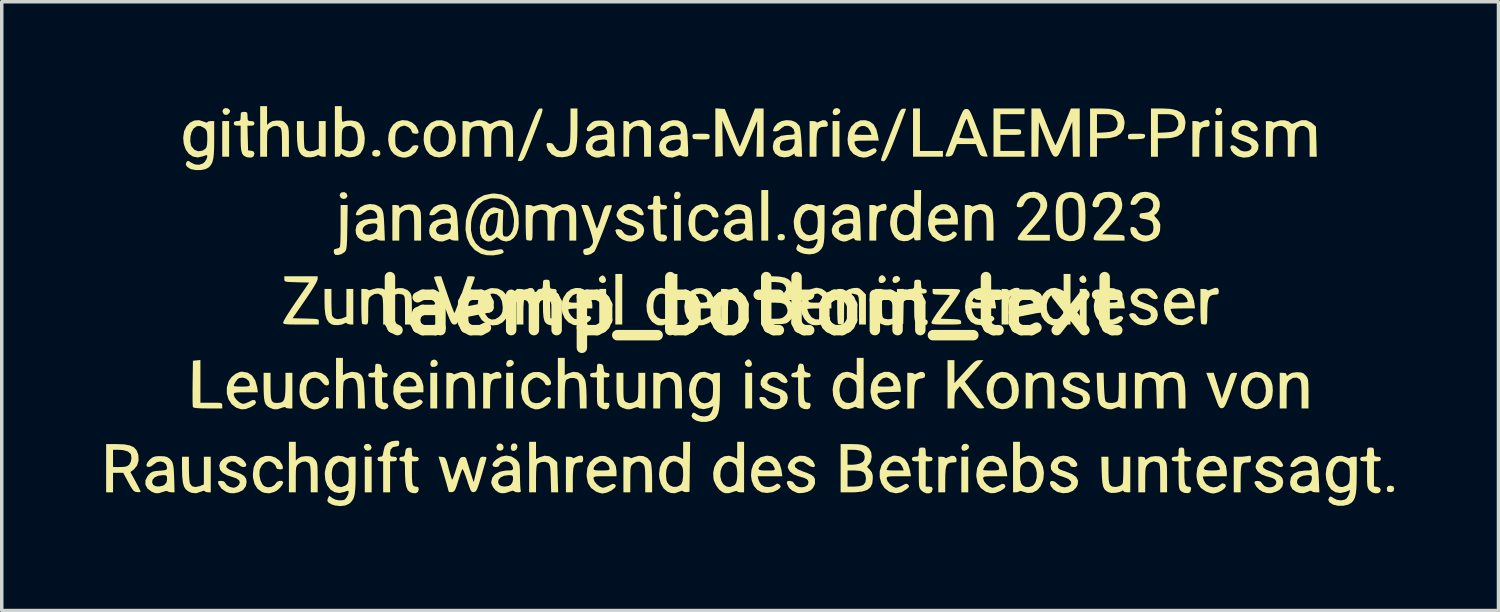
<source format=kicad_pcb>
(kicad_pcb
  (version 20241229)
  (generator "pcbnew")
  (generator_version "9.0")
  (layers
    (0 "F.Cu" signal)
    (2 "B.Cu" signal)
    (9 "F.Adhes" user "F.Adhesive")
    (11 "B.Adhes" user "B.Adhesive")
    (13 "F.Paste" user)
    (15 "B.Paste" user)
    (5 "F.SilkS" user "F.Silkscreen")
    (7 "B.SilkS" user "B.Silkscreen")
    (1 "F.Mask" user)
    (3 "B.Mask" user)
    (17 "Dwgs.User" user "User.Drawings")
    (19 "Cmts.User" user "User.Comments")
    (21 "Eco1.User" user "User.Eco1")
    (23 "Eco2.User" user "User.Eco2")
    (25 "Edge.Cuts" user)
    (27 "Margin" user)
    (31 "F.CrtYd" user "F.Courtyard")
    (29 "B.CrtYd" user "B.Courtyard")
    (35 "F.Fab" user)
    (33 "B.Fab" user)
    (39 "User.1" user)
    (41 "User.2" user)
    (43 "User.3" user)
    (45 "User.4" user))
  (footprint "laemp_bottom_text"
    (layer "F.Cu")
    (at 18.497 5.747)
    (property "Reference" "laemp_bottom_text" (at 0 0 0) (layer "F.SilkS") (effects (font (size 1.524 1.524) (thickness 0.3))))
    (attr board_only exclude_from_pos_files exclude_from_bom)
    (fp_poly (pts (xy -14.963 -4.294) (xy -15.161 -4.294) (xy -15.161 -5.318) (xy -14.963 -5.318)) (stroke (width 0) (type solid)) (fill yes) (layer "F.SilkS"))
    (fp_poly (pts (xy -10.867 5.351) (xy -11.065 5.351) (xy -11.065 4.327) (xy -10.867 4.327)) (stroke (width 0) (type solid)) (fill yes) (layer "F.SilkS"))
    (fp_poly (pts (xy -8.984 2.94) (xy -9.182 2.94) (xy -9.182 1.916) (xy -8.984 1.916)) (stroke (width 0) (type solid)) (fill yes) (layer "F.SilkS"))
    (fp_poly (pts (xy -6.804 2.94) (xy -7.002 2.94) (xy -7.002 1.916) (xy -6.804 1.916)) (stroke (width 0) (type solid)) (fill yes) (layer "F.SilkS"))
    (fp_poly (pts (xy -4.129 0.528) (xy -4.327 0.528) (xy -4.327 -0.495) (xy -4.129 -0.495)) (stroke (width 0) (type solid)) (fill yes) (layer "F.SilkS"))
    (fp_poly (pts (xy -3.666 0.528) (xy -3.865 0.528) (xy -3.865 -0.925) (xy -3.666 -0.925)) (stroke (width 0) (type solid)) (fill yes) (layer "F.SilkS"))
    (fp_poly (pts (xy -1.982 -1.883) (xy -2.18 -1.883) (xy -2.18 -2.907) (xy -1.982 -2.907)) (stroke (width 0) (type solid)) (fill yes) (layer "F.SilkS"))
    (fp_poly (pts (xy 0.066 2.94) (xy -0.132 2.94) (xy -0.132 1.916) (xy 0.066 1.916)) (stroke (width 0) (type solid)) (fill yes) (layer "F.SilkS"))
    (fp_poly (pts (xy 0.528 -1.883) (xy 0.33 -1.883) (xy 0.33 -3.336) (xy 0.528 -3.336)) (stroke (width 0) (type solid)) (fill yes) (layer "F.SilkS"))
    (fp_poly (pts (xy 2.576 -4.294) (xy 2.378 -4.294) (xy 2.378 -5.318) (xy 2.576 -5.318)) (stroke (width 0) (type solid)) (fill yes) (layer "F.SilkS"))
    (fp_poly (pts (xy 6.276 5.351) (xy 6.078 5.351) (xy 6.078 4.327) (xy 6.276 4.327)) (stroke (width 0) (type solid)) (fill yes) (layer "F.SilkS"))
    (fp_poly (pts (xy 9.678 0.528) (xy 9.48 0.528) (xy 9.48 -0.495) (xy 9.678 -0.495)) (stroke (width 0) (type solid)) (fill yes) (layer "F.SilkS"))
    (fp_poly (pts (xy 13.575 -4.294) (xy 13.377 -4.294) (xy 13.377 -5.318) (xy 13.575 -5.318)) (stroke (width 0) (type solid)) (fill yes) (layer "F.SilkS"))
    (fp_poly (pts (xy 4.888 -4.459) (xy 5.549 -4.459) (xy 5.549 -4.294) (xy 4.69 -4.294) (xy 4.69 -5.681) (xy 4.888 -5.681)) (stroke (width 0) (type solid)) (fill yes) (layer "F.SilkS"))
    (fp_poly (pts (xy -10.66 -4.476) (xy -10.624 -4.443) (xy -10.618 -4.36) (xy -10.668 -4.307) (xy -10.735 -4.294) (xy -10.809 -4.31) (xy -10.846 -4.343) (xy -10.851 -4.426) (xy -10.802 -4.479) (xy -10.735 -4.492)) (stroke (width 0) (type solid)) (fill yes) (layer "F.SilkS"))
    (fp_poly (pts (xy -7.141 3.952) (xy -7.089 4) (xy -7.075 4.076) (xy -7.11 4.135) (xy -7.176 4.156) (xy -7.244 4.135) (xy -7.262 4.118) (xy -7.285 4.047) (xy -7.255 3.979) (xy -7.21 3.949)) (stroke (width 0) (type solid)) (fill yes) (layer "F.SilkS"))
    (fp_poly (pts (xy -14.975 -5.665) (xy -14.933 -5.618) (xy -14.947 -5.564) (xy -14.95 -5.559) (xy -15.013 -5.499) (xy -15.084 -5.497) (xy -15.12 -5.522) (xy -15.155 -5.589) (xy -15.14 -5.649) (xy -15.09 -5.687) (xy -15.02 -5.688)) (stroke (width 0) (type solid)) (fill yes) (layer "F.SilkS"))
    (fp_poly (pts (xy -11.592 -3.242) (xy -11.564 -3.175) (xy -11.565 -3.152) (xy -11.604 -3.097) (xy -11.672 -3.078) (xy -11.742 -3.102) (xy -11.751 -3.11) (xy -11.789 -3.181) (xy -11.764 -3.244) (xy -11.73 -3.268) (xy -11.655 -3.278)) (stroke (width 0) (type solid)) (fill yes) (layer "F.SilkS"))
    (fp_poly (pts (xy -10.898 3.992) (xy -10.87 4.059) (xy -10.872 4.081) (xy -10.91 4.137) (xy -10.978 4.156) (xy -11.048 4.132) (xy -11.057 4.123) (xy -11.096 4.053) (xy -11.07 3.99) (xy -11.037 3.966) (xy -10.961 3.956)) (stroke (width 0) (type solid)) (fill yes) (layer "F.SilkS"))
    (fp_poly (pts (xy -9.009 1.557) (xy -8.97 1.612) (xy -8.971 1.678) (xy -8.988 1.705) (xy -9.05 1.744) (xy -9.124 1.747) (xy -9.16 1.729) (xy -9.182 1.667) (xy -9.165 1.593) (xy -9.137 1.556) (xy -9.07 1.533)) (stroke (width 0) (type solid)) (fill yes) (layer "F.SilkS"))
    (fp_poly (pts (xy -6.808 1.57) (xy -6.779 1.624) (xy -6.791 1.674) (xy -6.847 1.725) (xy -6.92 1.747) (xy -6.978 1.731) (xy -6.979 1.73) (xy -7.003 1.667) (xy -6.982 1.595) (xy -6.941 1.555) (xy -6.868 1.542)) (stroke (width 0) (type solid)) (fill yes) (layer "F.SilkS"))
    (fp_poly (pts (xy -6.687 3.991) (xy -6.679 4.059) (xy -6.71 4.125) (xy -6.77 4.161) (xy -6.833 4.152) (xy -6.847 4.141) (xy -6.87 4.083) (xy -6.862 4.009) (xy -6.83 3.957) (xy -6.821 3.952) (xy -6.738 3.945)) (stroke (width 0) (type solid)) (fill yes) (layer "F.SilkS"))
    (fp_poly (pts (xy -4.16 -0.834) (xy -4.133 -0.758) (xy -4.139 -0.715) (xy -4.185 -0.669) (xy -4.252 -0.666) (xy -4.313 -0.705) (xy -4.326 -0.724) (xy -4.34 -0.79) (xy -4.307 -0.841) (xy -4.251 -0.879) (xy -4.218 -0.883)) (stroke (width 0) (type solid)) (fill yes) (layer "F.SilkS"))
    (fp_poly (pts (xy -1.997 -3.243) (xy -1.988 -3.175) (xy -2.02 -3.108) (xy -2.08 -3.073) (xy -2.143 -3.082) (xy -2.157 -3.092) (xy -2.179 -3.151) (xy -2.172 -3.224) (xy -2.14 -3.277) (xy -2.13 -3.282) (xy -2.048 -3.288)) (stroke (width 0) (type solid)) (fill yes) (layer "F.SilkS"))
    (fp_poly (pts (xy 0.035 1.577) (xy 0.061 1.653) (xy 0.056 1.697) (xy 0.01 1.742) (xy -0.057 1.745) (xy -0.118 1.706) (xy -0.131 1.687) (xy -0.145 1.621) (xy -0.112 1.57) (xy -0.056 1.532) (xy -0.023 1.528)) (stroke (width 0) (type solid)) (fill yes) (layer "F.SilkS"))
    (fp_poly (pts (xy 0.985 -2.054) (xy 1.007 -2) (xy 1.007 -1.982) (xy 0.993 -1.918) (xy 0.937 -1.892) (xy 0.916 -1.889) (xy 0.834 -1.898) (xy 0.806 -1.93) (xy 0.798 -2.015) (xy 0.843 -2.066) (xy 0.916 -2.075)) (stroke (width 0) (type solid)) (fill yes) (layer "F.SilkS"))
    (fp_poly (pts (xy 2.573 -5.664) (xy 2.602 -5.61) (xy 2.589 -5.559) (xy 2.533 -5.508) (xy 2.461 -5.486) (xy 2.403 -5.503) (xy 2.402 -5.504) (xy 2.378 -5.567) (xy 2.398 -5.639) (xy 2.44 -5.679) (xy 2.512 -5.692)) (stroke (width 0) (type solid)) (fill yes) (layer "F.SilkS"))
    (fp_poly (pts (xy 4.29 -0.841) (xy 4.319 -0.788) (xy 4.307 -0.737) (xy 4.251 -0.686) (xy 4.178 -0.664) (xy 4.12 -0.68) (xy 4.119 -0.681) (xy 4.095 -0.745) (xy 4.116 -0.816) (xy 4.157 -0.856) (xy 4.23 -0.869)) (stroke (width 0) (type solid)) (fill yes) (layer "F.SilkS"))
    (fp_poly (pts (xy 6.272 3.981) (xy 6.301 4.035) (xy 6.289 4.086) (xy 6.232 4.136) (xy 6.16 4.158) (xy 6.102 4.142) (xy 6.101 4.141) (xy 6.077 4.078) (xy 6.098 4.006) (xy 6.139 3.966) (xy 6.212 3.953)) (stroke (width 0) (type solid)) (fill yes) (layer "F.SilkS"))
    (fp_poly (pts (xy 9.646 -0.834) (xy 9.673 -0.758) (xy 9.668 -0.715) (xy 9.622 -0.669) (xy 9.555 -0.666) (xy 9.493 -0.705) (xy 9.481 -0.724) (xy 9.466 -0.79) (xy 9.5 -0.841) (xy 9.556 -0.879) (xy 9.588 -0.883)) (stroke (width 0) (type solid)) (fill yes) (layer "F.SilkS"))
    (fp_poly (pts (xy 13.561 -5.654) (xy 13.569 -5.586) (xy 13.537 -5.519) (xy 13.477 -5.484) (xy 13.414 -5.493) (xy 13.401 -5.504) (xy 13.378 -5.562) (xy 13.385 -5.635) (xy 13.417 -5.688) (xy 13.427 -5.693) (xy 13.51 -5.7)) (stroke (width 0) (type solid)) (fill yes) (layer "F.SilkS"))
    (fp_poly (pts (xy 18.49 5.18) (xy 18.513 5.233) (xy 18.513 5.252) (xy 18.499 5.315) (xy 18.443 5.342) (xy 18.422 5.345) (xy 18.34 5.335) (xy 18.311 5.304) (xy 18.304 5.219) (xy 18.349 5.167) (xy 18.422 5.159)) (stroke (width 0) (type solid)) (fill yes) (layer "F.SilkS"))
    (fp_poly (pts (xy 3.84 -0.877) (xy 3.879 -0.84) (xy 3.912 -0.78) (xy 3.896 -0.724) (xy 3.841 -0.674) (xy 3.769 -0.661) (xy 3.721 -0.683) (xy 3.699 -0.741) (xy 3.708 -0.815) (xy 3.743 -0.867) (xy 3.752 -0.872) (xy 3.805 -0.889)) (stroke (width 0) (type solid)) (fill yes) (layer "F.SilkS"))
    (fp_poly (pts (xy 11.243 -4.953) (xy 11.317 -4.947) (xy 11.351 -4.932) (xy 11.359 -4.904) (xy 11.356 -4.88) (xy 11.345 -4.841) (xy 11.316 -4.818) (xy 11.253 -4.805) (xy 11.143 -4.798) (xy 11.106 -4.796) (xy 10.983 -4.792) (xy 10.911 -4.795) (xy 10.878 -4.81) (xy 10.868 -4.841) (xy 10.867 -4.87) (xy 10.87 -4.913) (xy 10.888 -4.938) (xy 10.934 -4.95) (xy 11.024 -4.954) (xy 11.117 -4.954)) (stroke (width 0) (type solid)) (fill yes) (layer "F.SilkS"))
    (fp_poly (pts (xy -1.278 -4.953) (xy -1.204 -4.947) (xy -1.168 -4.931) (xy -1.157 -4.901) (xy -1.156 -4.872) (xy -1.16 -4.828) (xy -1.18 -4.804) (xy -1.231 -4.792) (xy -1.329 -4.789) (xy -1.382 -4.789) (xy -1.498 -4.792) (xy -1.587 -4.8) (xy -1.629 -4.811) (xy -1.629 -4.811) (xy -1.648 -4.86) (xy -1.651 -4.894) (xy -1.644 -4.925) (xy -1.613 -4.943) (xy -1.545 -4.952) (xy -1.425 -4.954) (xy -1.404 -4.954)) (stroke (width 0) (type solid)) (fill yes) (layer "F.SilkS"))
    (fp_poly (pts (xy 14.396 4.319) (xy 14.401 4.385) (xy 14.401 4.389) (xy 14.393 4.462) (xy 14.358 4.489) (xy 14.316 4.492) (xy 14.232 4.496) (xy 14.174 4.516) (xy 14.136 4.561) (xy 14.115 4.642) (xy 14.106 4.768) (xy 14.104 4.949) (xy 14.104 4.956) (xy 14.104 5.351) (xy 13.906 5.351) (xy 13.906 4.326) (xy 14.046 4.329) (xy 14.165 4.326) (xy 14.278 4.313) (xy 14.294 4.309) (xy 14.367 4.298)) (stroke (width 0) (type solid)) (fill yes) (layer "F.SilkS"))
    (fp_poly (pts (xy -15.788 2.775) (xy -15.475 2.775) (xy -15.329 2.775) (xy -15.237 2.779) (xy -15.187 2.789) (xy -15.166 2.81) (xy -15.161 2.843) (xy -15.161 2.857) (xy -15.161 2.94) (xy -15.575 2.94) (xy -15.762 2.938) (xy -15.89 2.931) (xy -15.968 2.919) (xy -16.002 2.902) (xy -16.005 2.897) (xy -16.009 2.852) (xy -16.013 2.752) (xy -16.014 2.608) (xy -16.014 2.431) (xy -16.012 2.231) (xy -16.012 2.212) (xy -16.003 1.569) (xy -15.788 1.548)) (stroke (width 0) (type solid)) (fill yes) (layer "F.SilkS"))
    (fp_poly (pts (xy -7.201 1.897) (xy -7.15 1.953) (xy -7.141 1.99) (xy -7.14 2.051) (xy -7.17 2.076) (xy -7.243 2.081) (xy -7.33 2.089) (xy -7.391 2.118) (xy -7.431 2.179) (xy -7.453 2.281) (xy -7.463 2.432) (xy -7.465 2.571) (xy -7.465 2.94) (xy -7.663 2.94) (xy -7.663 1.916) (xy -7.564 1.916) (xy -7.494 1.926) (xy -7.465 1.949) (xy -7.465 1.95) (xy -7.442 1.958) (xy -7.386 1.932) (xy -7.384 1.93) (xy -7.284 1.888)) (stroke (width 0) (type solid)) (fill yes) (layer "F.SilkS"))
    (fp_poly (pts (xy -6.243 -0.515) (xy -6.192 -0.458) (xy -6.183 -0.421) (xy -6.182 -0.36) (xy -6.212 -0.335) (xy -6.285 -0.33) (xy -6.372 -0.322) (xy -6.433 -0.293) (xy -6.473 -0.232) (xy -6.495 -0.13) (xy -6.505 0.021) (xy -6.507 0.159) (xy -6.507 0.528) (xy -6.705 0.528) (xy -6.705 -0.495) (xy -6.606 -0.495) (xy -6.536 -0.486) (xy -6.507 -0.462) (xy -6.507 -0.462) (xy -6.484 -0.453) (xy -6.428 -0.479) (xy -6.426 -0.481) (xy -6.326 -0.523)) (stroke (width 0) (type solid)) (fill yes) (layer "F.SilkS"))
    (fp_poly (pts (xy -4.81 4.306) (xy -4.791 4.356) (xy -4.789 4.393) (xy -4.798 4.463) (xy -4.836 4.489) (xy -4.886 4.492) (xy -4.965 4.499) (xy -5.02 4.528) (xy -5.056 4.586) (xy -5.076 4.685) (xy -5.085 4.834) (xy -5.087 4.973) (xy -5.087 5.351) (xy -5.285 5.351) (xy -5.285 4.327) (xy -5.186 4.327) (xy -5.116 4.337) (xy -5.087 4.361) (xy -5.087 4.362) (xy -5.064 4.371) (xy -5.013 4.345) (xy -4.929 4.306) (xy -4.865 4.294)) (stroke (width 0) (type solid)) (fill yes) (layer "F.SilkS"))
    (fp_poly (pts (xy -0.371 -0.518) (xy -0.322 -0.472) (xy -0.314 -0.429) (xy -0.327 -0.368) (xy -0.378 -0.341) (xy -0.413 -0.336) (xy -0.498 -0.32) (xy -0.558 -0.288) (xy -0.596 -0.229) (xy -0.617 -0.133) (xy -0.626 0.01) (xy -0.628 0.154) (xy -0.628 0.528) (xy -0.826 0.528) (xy -0.826 -0.495) (xy -0.727 -0.495) (xy -0.657 -0.486) (xy -0.628 -0.462) (xy -0.628 -0.462) (xy -0.605 -0.453) (xy -0.549 -0.479) (xy -0.547 -0.481) (xy -0.451 -0.522)) (stroke (width 0) (type solid)) (fill yes) (layer "F.SilkS"))
    (fp_poly (pts (xy 2.179 -5.337) (xy 2.231 -5.281) (xy 2.24 -5.243) (xy 2.24 -5.182) (xy 2.21 -5.157) (xy 2.138 -5.153) (xy 2.051 -5.145) (xy 1.99 -5.115) (xy 1.95 -5.054) (xy 1.927 -4.953) (xy 1.917 -4.801) (xy 1.916 -4.663) (xy 1.916 -4.294) (xy 1.718 -4.294) (xy 1.718 -5.318) (xy 1.817 -5.318) (xy 1.886 -5.308) (xy 1.916 -5.284) (xy 1.916 -5.284) (xy 1.939 -5.276) (xy 1.994 -5.302) (xy 1.996 -5.303) (xy 2.097 -5.345)) (stroke (width 0) (type solid)) (fill yes) (layer "F.SilkS"))
    (fp_poly (pts (xy 3.91 -2.927) (xy 3.929 -2.877) (xy 3.931 -2.841) (xy 3.922 -2.77) (xy 3.884 -2.744) (xy 3.837 -2.741) (xy 3.757 -2.732) (xy 3.7 -2.698) (xy 3.664 -2.631) (xy 3.643 -2.521) (xy 3.634 -2.359) (xy 3.633 -2.252) (xy 3.633 -1.883) (xy 3.435 -1.883) (xy 3.435 -2.907) (xy 3.534 -2.907) (xy 3.604 -2.897) (xy 3.633 -2.872) (xy 3.633 -2.872) (xy 3.656 -2.862) (xy 3.707 -2.888) (xy 3.791 -2.928) (xy 3.855 -2.94)) (stroke (width 0) (type solid)) (fill yes) (layer "F.SilkS"))
    (fp_poly (pts (xy 4.98 1.893) (xy 5.029 1.939) (xy 5.037 1.982) (xy 5.024 2.043) (xy 4.973 2.07) (xy 4.938 2.075) (xy 4.852 2.091) (xy 4.793 2.123) (xy 4.755 2.182) (xy 4.734 2.278) (xy 4.725 2.422) (xy 4.723 2.565) (xy 4.723 2.94) (xy 4.525 2.94) (xy 4.525 1.916) (xy 4.624 1.916) (xy 4.694 1.926) (xy 4.723 1.949) (xy 4.723 1.95) (xy 4.746 1.958) (xy 4.802 1.932) (xy 4.804 1.93) (xy 4.9 1.889)) (stroke (width 0) (type solid)) (fill yes) (layer "F.SilkS"))
    (fp_poly (pts (xy 5.879 4.308) (xy 5.93 4.364) (xy 5.939 4.401) (xy 5.94 4.463) (xy 5.91 4.488) (xy 5.837 4.492) (xy 5.75 4.5) (xy 5.689 4.53) (xy 5.649 4.591) (xy 5.627 4.692) (xy 5.617 4.844) (xy 5.615 4.982) (xy 5.615 5.351) (xy 5.417 5.351) (xy 5.417 4.327) (xy 5.516 4.327) (xy 5.586 4.337) (xy 5.615 4.36) (xy 5.615 4.361) (xy 5.638 4.369) (xy 5.694 4.343) (xy 5.696 4.342) (xy 5.796 4.299)) (stroke (width 0) (type solid)) (fill yes) (layer "F.SilkS"))
    (fp_poly (pts (xy 7.735 -0.519) (xy 7.759 -0.478) (xy 7.762 -0.429) (xy 7.755 -0.362) (xy 7.721 -0.335) (xy 7.652 -0.33) (xy 7.566 -0.322) (xy 7.505 -0.292) (xy 7.466 -0.23) (xy 7.443 -0.128) (xy 7.433 0.025) (xy 7.432 0.159) (xy 7.432 0.528) (xy 7.234 0.528) (xy 7.234 -0.495) (xy 7.333 -0.495) (xy 7.402 -0.485) (xy 7.432 -0.461) (xy 7.432 -0.461) (xy 7.454 -0.451) (xy 7.505 -0.477) (xy 7.596 -0.517) (xy 7.67 -0.528)) (stroke (width 0) (type solid)) (fill yes) (layer "F.SilkS"))
    (fp_poly (pts (xy 7.894 -5.516) (xy 7.201 -5.516) (xy 7.201 -5.087) (xy 7.498 -5.087) (xy 7.639 -5.086) (xy 7.726 -5.082) (xy 7.773 -5.07) (xy 7.791 -5.048) (xy 7.795 -5.011) (xy 7.795 -5.004) (xy 7.793 -4.965) (xy 7.777 -4.941) (xy 7.736 -4.928) (xy 7.655 -4.922) (xy 7.524 -4.921) (xy 7.498 -4.921) (xy 7.201 -4.921) (xy 7.201 -4.459) (xy 7.894 -4.459) (xy 7.894 -4.294) (xy 7.002 -4.294) (xy 7.002 -5.681) (xy 7.894 -5.681)) (stroke (width 0) (type solid)) (fill yes) (layer "F.SilkS"))
    (fp_poly (pts (xy 13.191 -5.338) (xy 13.211 -5.289) (xy 13.212 -5.252) (xy 13.204 -5.182) (xy 13.165 -5.156) (xy 13.115 -5.153) (xy 13.036 -5.145) (xy 12.981 -5.117) (xy 12.945 -5.058) (xy 12.925 -4.959) (xy 12.916 -4.811) (xy 12.915 -4.671) (xy 12.915 -4.294) (xy 12.717 -4.294) (xy 12.717 -5.318) (xy 12.816 -5.318) (xy 12.885 -5.308) (xy 12.915 -5.283) (xy 12.915 -5.283) (xy 12.937 -5.273) (xy 12.988 -5.299) (xy 13.073 -5.339) (xy 13.137 -5.351)) (stroke (width 0) (type solid)) (fill yes) (layer "F.SilkS"))
    (fp_poly (pts (xy -11.567 -2.263) (xy -11.571 -2.04) (xy -11.575 -1.874) (xy -11.582 -1.754) (xy -11.591 -1.672) (xy -11.603 -1.617) (xy -11.621 -1.582) (xy -11.643 -1.555) (xy -11.732 -1.496) (xy -11.834 -1.467) (xy -11.916 -1.475) (xy -11.947 -1.517) (xy -11.957 -1.572) (xy -11.942 -1.633) (xy -11.885 -1.651) (xy -11.878 -1.651) (xy -11.809 -1.671) (xy -11.779 -1.704) (xy -11.772 -1.753) (xy -11.766 -1.856) (xy -11.762 -2.001) (xy -11.759 -2.177) (xy -11.759 -2.331) (xy -11.759 -2.907) (xy -11.557 -2.907)) (stroke (width 0) (type solid)) (fill yes) (layer "F.SilkS"))
    (fp_poly (pts (xy -6.144 4.395) (xy -6.046 4.344) (xy -5.898 4.297) (xy -5.761 4.314) (xy -5.642 4.389) (xy -5.535 4.484) (xy -5.508 5.351) (xy -5.709 5.351) (xy -5.72 4.952) (xy -5.726 4.78) (xy -5.733 4.663) (xy -5.745 4.587) (xy -5.763 4.54) (xy -5.789 4.51) (xy -5.797 4.504) (xy -5.886 4.473) (xy -5.995 4.481) (xy -6.091 4.523) (xy -6.099 4.529) (xy -6.12 4.567) (xy -6.134 4.647) (xy -6.141 4.775) (xy -6.144 4.959) (xy -6.144 5.351) (xy -6.342 5.351) (xy -6.342 3.898) (xy -6.144 3.898)) (stroke (width 0) (type solid)) (fill yes) (layer "F.SilkS"))
    (fp_poly (pts (xy -16.119 4.672) (xy -16.116 4.824) (xy -16.108 4.96) (xy -16.097 5.059) (xy -16.088 5.096) (xy -16.029 5.173) (xy -15.932 5.199) (xy -15.808 5.173) (xy -15.8 5.169) (xy -15.689 5.123) (xy -15.689 4.327) (xy -15.491 4.327) (xy -15.491 5.351) (xy -15.571 5.351) (xy -15.637 5.338) (xy -15.662 5.316) (xy -15.697 5.303) (xy -15.772 5.332) (xy -15.916 5.379) (xy -16.053 5.362) (xy -16.141 5.319) (xy -16.211 5.262) (xy -16.26 5.183) (xy -16.292 5.069) (xy -16.31 4.913) (xy -16.316 4.702) (xy -16.317 4.665) (xy -16.317 4.327) (xy -16.119 4.327)) (stroke (width 0) (type solid)) (fill yes) (layer "F.SilkS"))
    (fp_poly (pts (xy -12.816 -4.957) (xy -12.814 -4.805) (xy -12.809 -4.673) (xy -12.801 -4.579) (xy -12.795 -4.542) (xy -12.737 -4.475) (xy -12.641 -4.448) (xy -12.526 -4.465) (xy -12.5 -4.474) (xy -12.386 -4.522) (xy -12.386 -5.318) (xy -12.188 -5.318) (xy -12.188 -4.294) (xy -12.269 -4.294) (xy -12.339 -4.307) (xy -12.371 -4.329) (xy -12.408 -4.344) (xy -12.432 -4.33) (xy -12.513 -4.294) (xy -12.627 -4.276) (xy -12.742 -4.28) (xy -12.816 -4.302) (xy -12.896 -4.361) (xy -12.953 -4.449) (xy -12.99 -4.575) (xy -13.009 -4.749) (xy -13.014 -4.946) (xy -13.014 -5.318) (xy -12.816 -5.318)) (stroke (width 0) (type solid)) (fill yes) (layer "F.SilkS"))
    (fp_poly (pts (xy -12.023 -0.135) (xy -12.021 0.018) (xy -12.016 0.149) (xy -12.009 0.244) (xy -12.002 0.281) (xy -11.944 0.347) (xy -11.849 0.374) (xy -11.733 0.358) (xy -11.708 0.348) (xy -11.593 0.301) (xy -11.593 -0.495) (xy -11.395 -0.495) (xy -11.395 0.528) (xy -11.476 0.528) (xy -11.546 0.516) (xy -11.578 0.494) (xy -11.616 0.478) (xy -11.639 0.492) (xy -11.72 0.529) (xy -11.834 0.546) (xy -11.949 0.542) (xy -12.023 0.521) (xy -12.103 0.461) (xy -12.16 0.373) (xy -12.197 0.247) (xy -12.216 0.073) (xy -12.221 -0.124) (xy -12.221 -0.495) (xy -12.023 -0.495)) (stroke (width 0) (type solid)) (fill yes) (layer "F.SilkS"))
    (fp_poly (pts (xy 4.47 -5.674) (xy 4.487 -5.655) (xy 4.357 -5.309) (xy 4.248 -5.02) (xy 4.157 -4.783) (xy 4.082 -4.593) (xy 4.021 -4.446) (xy 3.972 -4.335) (xy 3.932 -4.257) (xy 3.9 -4.205) (xy 3.873 -4.176) (xy 3.85 -4.163) (xy 3.838 -4.162) (xy 3.781 -4.172) (xy 3.773 -4.215) (xy 3.778 -4.236) (xy 3.795 -4.288) (xy 3.832 -4.391) (xy 3.886 -4.536) (xy 3.952 -4.712) (xy 4.027 -4.909) (xy 4.058 -4.988) (xy 4.143 -5.209) (xy 4.21 -5.377) (xy 4.261 -5.498) (xy 4.3 -5.58) (xy 4.332 -5.631) (xy 4.361 -5.66) (xy 4.389 -5.672) (xy 4.409 -5.675)) (stroke (width 0) (type solid)) (fill yes) (layer "F.SilkS"))
    (fp_poly (pts (xy -11.693 1.983) (xy -11.595 1.933) (xy -11.441 1.886) (xy -11.29 1.904) (xy -11.255 1.918) (xy -11.19 1.956) (xy -11.144 2.009) (xy -11.111 2.089) (xy -11.09 2.205) (xy -11.077 2.369) (xy -11.071 2.519) (xy -11.057 2.94) (xy -11.263 2.94) (xy -11.263 2.595) (xy -11.267 2.394) (xy -11.28 2.25) (xy -11.306 2.153) (xy -11.345 2.094) (xy -11.402 2.064) (xy -11.408 2.062) (xy -11.506 2.065) (xy -11.607 2.105) (xy -11.667 2.16) (xy -11.677 2.206) (xy -11.685 2.303) (xy -11.69 2.437) (xy -11.692 2.568) (xy -11.693 2.94) (xy -11.891 2.94) (xy -11.891 1.486) (xy -11.693 1.486)) (stroke (width 0) (type solid)) (fill yes) (layer "F.SilkS"))
    (fp_poly (pts (xy -5.318 1.983) (xy -5.22 1.933) (xy -5.072 1.887) (xy -4.936 1.903) (xy -4.823 1.974) (xy -4.743 2.096) (xy -4.722 2.163) (xy -4.709 2.256) (xy -4.698 2.391) (xy -4.692 2.546) (xy -4.691 2.618) (xy -4.69 2.94) (xy -4.881 2.94) (xy -4.893 2.541) (xy -4.899 2.369) (xy -4.907 2.251) (xy -4.919 2.175) (xy -4.937 2.128) (xy -4.964 2.098) (xy -4.971 2.093) (xy -5.06 2.062) (xy -5.169 2.069) (xy -5.266 2.112) (xy -5.273 2.118) (xy -5.294 2.156) (xy -5.308 2.235) (xy -5.316 2.364) (xy -5.318 2.547) (xy -5.318 2.94) (xy -5.516 2.94) (xy -5.516 1.486) (xy -5.318 1.486)) (stroke (width 0) (type solid)) (fill yes) (layer "F.SilkS"))
    (fp_poly (pts (xy -4.954 -5.152) (xy -4.957 -4.91) (xy -4.966 -4.724) (xy -4.984 -4.586) (xy -5.012 -4.485) (xy -5.052 -4.413) (xy -5.107 -4.361) (xy -5.125 -4.348) (xy -5.242 -4.3) (xy -5.388 -4.278) (xy -5.53 -4.286) (xy -5.567 -4.295) (xy -5.699 -4.366) (xy -5.795 -4.482) (xy -5.833 -4.584) (xy -5.843 -4.657) (xy -5.821 -4.685) (xy -5.757 -4.69) (xy -5.681 -4.676) (xy -5.631 -4.622) (xy -5.613 -4.585) (xy -5.539 -4.49) (xy -5.43 -4.449) (xy -5.318 -4.458) (xy -5.261 -4.481) (xy -5.219 -4.521) (xy -5.189 -4.59) (xy -5.169 -4.694) (xy -5.158 -4.842) (xy -5.154 -5.044) (xy -5.153 -5.161) (xy -5.153 -5.681) (xy -4.954 -5.681)) (stroke (width 0) (type solid)) (fill yes) (layer "F.SilkS"))
    (fp_poly (pts (xy 10.178 2.31) (xy 10.188 2.511) (xy 10.202 2.653) (xy 10.222 2.733) (xy 10.231 2.746) (xy 10.297 2.775) (xy 10.394 2.783) (xy 10.492 2.769) (xy 10.554 2.741) (xy 10.576 2.707) (xy 10.591 2.643) (xy 10.599 2.537) (xy 10.602 2.379) (xy 10.603 2.308) (xy 10.603 1.916) (xy 10.801 1.916) (xy 10.801 2.94) (xy 10.721 2.94) (xy 10.655 2.927) (xy 10.629 2.905) (xy 10.594 2.892) (xy 10.519 2.921) (xy 10.401 2.965) (xy 10.287 2.96) (xy 10.184 2.925) (xy 10.112 2.885) (xy 10.061 2.831) (xy 10.025 2.752) (xy 10.002 2.637) (xy 9.988 2.475) (xy 9.981 2.32) (xy 9.967 1.916) (xy 10.166 1.916)) (stroke (width 0) (type solid)) (fill yes) (layer "F.SilkS"))
    (fp_poly (pts (xy 10.332 -5.669) (xy 10.515 -5.629) (xy 10.645 -5.561) (xy 10.727 -5.459) (xy 10.764 -5.323) (xy 10.768 -5.252) (xy 10.741 -5.087) (xy 10.662 -4.963) (xy 10.53 -4.877) (xy 10.344 -4.831) (xy 10.191 -4.822) (xy 9.975 -4.822) (xy 9.975 -4.294) (xy 9.777 -4.294) (xy 9.777 -4.98) (xy 9.975 -4.98) (xy 10.204 -4.993) (xy 10.355 -5.009) (xy 10.455 -5.038) (xy 10.501 -5.068) (xy 10.559 -5.161) (xy 10.568 -5.274) (xy 10.527 -5.386) (xy 10.488 -5.435) (xy 10.433 -5.48) (xy 10.369 -5.505) (xy 10.274 -5.515) (xy 10.191 -5.516) (xy 9.975 -5.516) (xy 9.975 -4.98) (xy 9.777 -4.98) (xy 9.777 -5.681) (xy 10.092 -5.681)) (stroke (width 0) (type solid)) (fill yes) (layer "F.SilkS"))
    (fp_poly (pts (xy -5.988 -5.681) (xy -5.967 -5.675) (xy -5.957 -5.657) (xy -5.959 -5.621) (xy -5.975 -5.558) (xy -6.007 -5.462) (xy -6.057 -5.327) (xy -6.126 -5.146) (xy -6.217 -4.91) (xy -6.238 -4.855) (xy -6.323 -4.634) (xy -6.39 -4.466) (xy -6.441 -4.345) (xy -6.48 -4.263) (xy -6.512 -4.212) (xy -6.541 -4.183) (xy -6.569 -4.171) (xy -6.589 -4.167) (xy -6.65 -4.17) (xy -6.667 -4.189) (xy -6.653 -4.228) (xy -6.618 -4.32) (xy -6.566 -4.455) (xy -6.501 -4.625) (xy -6.426 -4.82) (xy -6.375 -4.951) (xy -6.286 -5.183) (xy -6.216 -5.36) (xy -6.162 -5.49) (xy -6.12 -5.579) (xy -6.088 -5.636) (xy -6.06 -5.667) (xy -6.034 -5.679) (xy -6.017 -5.681)) (stroke (width 0) (type solid)) (fill yes) (layer "F.SilkS"))
    (fp_poly (pts (xy 12.082 -5.669) (xy 12.265 -5.629) (xy 12.395 -5.561) (xy 12.477 -5.459) (xy 12.515 -5.323) (xy 12.518 -5.252) (xy 12.492 -5.087) (xy 12.413 -4.963) (xy 12.28 -4.877) (xy 12.095 -4.831) (xy 11.941 -4.822) (xy 11.726 -4.822) (xy 11.726 -4.294) (xy 11.527 -4.294) (xy 11.527 -4.98) (xy 11.726 -4.98) (xy 11.961 -4.993) (xy 12.092 -5.004) (xy 12.175 -5.022) (xy 12.229 -5.053) (xy 12.258 -5.083) (xy 12.313 -5.198) (xy 12.308 -5.32) (xy 12.244 -5.43) (xy 12.239 -5.435) (xy 12.184 -5.48) (xy 12.12 -5.505) (xy 12.025 -5.515) (xy 11.942 -5.516) (xy 11.726 -5.516) (xy 11.726 -4.98) (xy 11.527 -4.98) (xy 11.527 -5.681) (xy 11.842 -5.681)) (stroke (width 0) (type solid)) (fill yes) (layer "F.SilkS"))
    (fp_poly (pts (xy 13.437 -0.522) (xy 13.473 -0.469) (xy 13.476 -0.429) (xy 13.468 -0.359) (xy 13.429 -0.333) (xy 13.377 -0.33) (xy 13.286 -0.32) (xy 13.222 -0.283) (xy 13.18 -0.211) (xy 13.156 -0.096) (xy 13.147 0.073) (xy 13.146 0.165) (xy 13.145 0.324) (xy 13.142 0.428) (xy 13.134 0.489) (xy 13.118 0.518) (xy 13.093 0.528) (xy 13.069 0.528) (xy 12.999 0.52) (xy 12.97 0.506) (xy 12.962 0.467) (xy 12.955 0.374) (xy 12.951 0.24) (xy 12.948 0.075) (xy 12.948 -0.006) (xy 12.948 -0.495) (xy 13.047 -0.495) (xy 13.116 -0.486) (xy 13.146 -0.462) (xy 13.146 -0.462) (xy 13.171 -0.451) (xy 13.234 -0.474) (xy 13.243 -0.478) (xy 13.361 -0.525)) (stroke (width 0) (type solid)) (fill yes) (layer "F.SilkS"))
    (fp_poly (pts (xy 13.446 2.287) (xy 13.562 2.659) (xy 13.687 2.287) (xy 13.741 2.13) (xy 13.78 2.025) (xy 13.811 1.961) (xy 13.841 1.929) (xy 13.875 1.917) (xy 13.908 1.916) (xy 13.977 1.918) (xy 14.005 1.924) (xy 13.994 1.957) (xy 13.965 2.04) (xy 13.921 2.165) (xy 13.866 2.32) (xy 13.827 2.428) (xy 13.759 2.616) (xy 13.707 2.75) (xy 13.666 2.84) (xy 13.634 2.895) (xy 13.604 2.922) (xy 13.571 2.933) (xy 13.57 2.933) (xy 13.532 2.932) (xy 13.5 2.911) (xy 13.468 2.86) (xy 13.429 2.767) (xy 13.381 2.636) (xy 13.322 2.473) (xy 13.261 2.307) (xy 13.208 2.163) (xy 13.193 2.122) (xy 13.116 1.916) (xy 13.33 1.916)) (stroke (width 0) (type solid)) (fill yes) (layer "F.SilkS"))
    (fp_poly (pts (xy -13.773 2.308) (xy -13.771 2.495) (xy -13.762 2.627) (xy -13.741 2.711) (xy -13.704 2.759) (xy -13.647 2.779) (xy -13.571 2.782) (xy -13.482 2.771) (xy -13.419 2.74) (xy -13.379 2.679) (xy -13.356 2.577) (xy -13.346 2.425) (xy -13.344 2.29) (xy -13.344 1.916) (xy -13.146 1.916) (xy -13.146 2.94) (xy -13.245 2.94) (xy -13.315 2.931) (xy -13.344 2.909) (xy -13.344 2.908) (xy -13.37 2.899) (xy -13.436 2.916) (xy -13.459 2.925) (xy -13.579 2.964) (xy -13.679 2.964) (xy -13.788 2.923) (xy -13.794 2.92) (xy -13.863 2.877) (xy -13.912 2.819) (xy -13.944 2.735) (xy -13.962 2.615) (xy -13.97 2.447) (xy -13.972 2.311) (xy -13.972 1.916) (xy -13.773 1.916)) (stroke (width 0) (type solid)) (fill yes) (layer "F.SilkS"))
    (fp_poly (pts (xy -3.022 -5.327) (xy -2.953 -5.27) (xy -2.941 -5.258) (xy -2.841 -5.158) (xy -2.841 -4.294) (xy -3.039 -4.294) (xy -3.039 -4.706) (xy -3.04 -4.879) (xy -3.043 -4.997) (xy -3.052 -5.073) (xy -3.066 -5.118) (xy -3.088 -5.143) (xy -3.103 -5.152) (xy -3.22 -5.184) (xy -3.33 -5.151) (xy -3.387 -5.105) (xy -3.423 -5.065) (xy -3.446 -5.021) (xy -3.46 -4.959) (xy -3.466 -4.865) (xy -3.468 -4.725) (xy -3.468 -4.659) (xy -3.468 -4.294) (xy -3.633 -4.294) (xy -3.633 -5.318) (xy -3.551 -5.318) (xy -3.483 -5.3) (xy -3.468 -5.263) (xy -3.463 -5.228) (xy -3.436 -5.239) (xy -3.403 -5.267) (xy -3.331 -5.307) (xy -3.227 -5.337) (xy -3.19 -5.342) (xy -3.09 -5.347)) (stroke (width 0) (type solid)) (fill yes) (layer "F.SilkS"))
    (fp_poly (pts (xy -13.873 -5.208) (xy -13.803 -5.271) (xy -13.717 -5.318) (xy -13.588 -5.334) (xy -13.569 -5.334) (xy -13.46 -5.328) (xy -13.389 -5.302) (xy -13.328 -5.246) (xy -13.325 -5.242) (xy -13.292 -5.2) (xy -13.27 -5.155) (xy -13.256 -5.095) (xy -13.248 -5.006) (xy -13.245 -4.875) (xy -13.245 -4.721) (xy -13.245 -4.294) (xy -13.443 -4.294) (xy -13.443 -4.688) (xy -13.445 -4.866) (xy -13.451 -4.989) (xy -13.463 -5.069) (xy -13.482 -5.118) (xy -13.495 -5.134) (xy -13.584 -5.18) (xy -13.691 -5.17) (xy -13.786 -5.117) (xy -13.823 -5.085) (xy -13.848 -5.05) (xy -13.863 -4.998) (xy -13.87 -4.917) (xy -13.872 -4.792) (xy -13.873 -4.671) (xy -13.873 -4.294) (xy -14.071 -4.294) (xy -14.071 -5.747) (xy -13.873 -5.747)) (stroke (width 0) (type solid)) (fill yes) (layer "F.SilkS"))
    (fp_poly (pts (xy -13.047 4.436) (xy -12.977 4.373) (xy -12.891 4.327) (xy -12.762 4.311) (xy -12.743 4.31) (xy -12.635 4.317) (xy -12.564 4.343) (xy -12.503 4.399) (xy -12.499 4.403) (xy -12.466 4.445) (xy -12.444 4.49) (xy -12.43 4.55) (xy -12.423 4.639) (xy -12.42 4.77) (xy -12.419 4.923) (xy -12.419 5.351) (xy -12.617 5.351) (xy -12.617 4.957) (xy -12.619 4.779) (xy -12.625 4.656) (xy -12.637 4.576) (xy -12.656 4.527) (xy -12.669 4.511) (xy -12.758 4.464) (xy -12.865 4.475) (xy -12.96 4.527) (xy -12.997 4.56) (xy -13.022 4.595) (xy -13.037 4.647) (xy -13.044 4.728) (xy -13.047 4.853) (xy -13.047 4.973) (xy -13.047 5.351) (xy -13.245 5.351) (xy -13.245 3.898) (xy -13.047 3.898)) (stroke (width 0) (type solid)) (fill yes) (layer "F.SilkS"))
    (fp_poly (pts (xy -10.089 3.874) (xy -10.075 3.907) (xy -10.074 3.943) (xy -10.088 4.009) (xy -10.137 4.03) (xy -10.142 4.03) (xy -10.256 4.052) (xy -10.321 4.12) (xy -10.338 4.212) (xy -10.333 4.29) (xy -10.304 4.321) (xy -10.239 4.327) (xy -10.167 4.337) (xy -10.141 4.376) (xy -10.14 4.393) (xy -10.156 4.441) (xy -10.214 4.458) (xy -10.239 4.459) (xy -10.338 4.459) (xy -10.338 5.351) (xy -10.537 5.351) (xy -10.537 4.459) (xy -10.619 4.459) (xy -10.684 4.444) (xy -10.702 4.393) (xy -10.681 4.34) (xy -10.623 4.327) (xy -10.574 4.319) (xy -10.547 4.282) (xy -10.531 4.201) (xy -10.528 4.175) (xy -10.491 4.03) (xy -10.415 3.936) (xy -10.292 3.884) (xy -10.226 3.873) (xy -10.134 3.865)) (stroke (width 0) (type solid)) (fill yes) (layer "F.SilkS"))
    (fp_poly (pts (xy 3.798 -0.082) (xy 3.799 0.09) (xy 3.802 0.207) (xy 3.809 0.281) (xy 3.823 0.324) (xy 3.845 0.347) (xy 3.874 0.361) (xy 3.966 0.377) (xy 4.041 0.372) (xy 4.116 0.348) (xy 4.169 0.3) (xy 4.202 0.22) (xy 4.221 0.098) (xy 4.228 -0.078) (xy 4.228 -0.139) (xy 4.228 -0.495) (xy 4.428 -0.495) (xy 4.409 0.512) (xy 4.319 0.522) (xy 4.253 0.52) (xy 4.228 0.499) (xy 4.201 0.488) (xy 4.131 0.507) (xy 4.113 0.514) (xy 3.993 0.553) (xy 3.891 0.552) (xy 3.776 0.513) (xy 3.693 0.463) (xy 3.637 0.403) (xy 3.636 0.401) (xy 3.622 0.342) (xy 3.61 0.232) (xy 3.603 0.084) (xy 3.6 -0.08) (xy 3.6 -0.495) (xy 3.798 -0.495)) (stroke (width 0) (type solid)) (fill yes) (layer "F.SilkS"))
    (fp_poly (pts (xy 10.305 4.688) (xy 10.307 4.871) (xy 10.313 5) (xy 10.327 5.085) (xy 10.351 5.138) (xy 10.388 5.17) (xy 10.425 5.187) (xy 10.519 5.197) (xy 10.62 5.173) (xy 10.697 5.124) (xy 10.709 5.109) (xy 10.719 5.062) (xy 10.727 4.964) (xy 10.732 4.83) (xy 10.734 4.699) (xy 10.735 4.327) (xy 10.933 4.327) (xy 10.933 5.351) (xy 10.834 5.351) (xy 10.764 5.34) (xy 10.735 5.314) (xy 10.735 5.314) (xy 10.721 5.294) (xy 10.692 5.312) (xy 10.619 5.345) (xy 10.511 5.365) (xy 10.401 5.369) (xy 10.322 5.354) (xy 10.246 5.314) (xy 10.192 5.263) (xy 10.155 5.189) (xy 10.132 5.081) (xy 10.119 4.928) (xy 10.112 4.753) (xy 10.101 4.327) (xy 10.305 4.327)) (stroke (width 0) (type solid)) (fill yes) (layer "F.SilkS"))
    (fp_poly (pts (xy -8.146 1.897) (xy -8.028 1.953) (xy -7.946 2.05) (xy -7.931 2.085) (xy -7.916 2.16) (xy -7.904 2.284) (xy -7.896 2.436) (xy -7.894 2.565) (xy -7.894 2.94) (xy -8.092 2.94) (xy -8.092 2.56) (xy -8.094 2.392) (xy -8.099 2.278) (xy -8.109 2.202) (xy -8.128 2.153) (xy -8.156 2.117) (xy -8.158 2.114) (xy -8.248 2.057) (xy -8.343 2.062) (xy -8.435 2.116) (xy -8.472 2.149) (xy -8.497 2.184) (xy -8.512 2.235) (xy -8.519 2.317) (xy -8.521 2.442) (xy -8.522 2.562) (xy -8.522 2.94) (xy -8.72 2.94) (xy -8.72 1.916) (xy -8.621 1.916) (xy -8.551 1.926) (xy -8.522 1.949) (xy -8.522 1.95) (xy -8.497 1.96) (xy -8.433 1.938) (xy -8.424 1.933) (xy -8.283 1.889)) (stroke (width 0) (type solid)) (fill yes) (layer "F.SilkS"))
    (fp_poly (pts (xy -3.633 2.31) (xy -3.632 2.478) (xy -3.629 2.593) (xy -3.62 2.667) (xy -3.604 2.712) (xy -3.579 2.742) (xy -3.561 2.755) (xy -3.461 2.788) (xy -3.348 2.768) (xy -3.262 2.715) (xy -3.236 2.683) (xy -3.219 2.632) (xy -3.209 2.55) (xy -3.205 2.423) (xy -3.204 2.29) (xy -3.204 1.916) (xy -3.006 1.916) (xy -3.006 2.94) (xy -3.105 2.94) (xy -3.174 2.931) (xy -3.204 2.909) (xy -3.204 2.908) (xy -3.23 2.899) (xy -3.296 2.916) (xy -3.318 2.925) (xy -3.438 2.964) (xy -3.54 2.963) (xy -3.658 2.923) (xy -3.658 2.923) (xy -3.724 2.886) (xy -3.772 2.833) (xy -3.803 2.754) (xy -3.821 2.638) (xy -3.83 2.475) (xy -3.831 2.31) (xy -3.831 1.916) (xy -3.633 1.916)) (stroke (width 0) (type solid)) (fill yes) (layer "F.SilkS"))
    (fp_poly (pts (xy -3.059 4.309) (xy -2.942 4.364) (xy -2.859 4.461) (xy -2.844 4.496) (xy -2.829 4.572) (xy -2.817 4.695) (xy -2.81 4.847) (xy -2.808 4.976) (xy -2.808 5.351) (xy -3.006 5.351) (xy -3.006 4.971) (xy -3.007 4.804) (xy -3.012 4.689) (xy -3.023 4.613) (xy -3.041 4.564) (xy -3.069 4.528) (xy -3.072 4.525) (xy -3.161 4.468) (xy -3.256 4.473) (xy -3.348 4.527) (xy -3.386 4.56) (xy -3.41 4.595) (xy -3.425 4.647) (xy -3.432 4.728) (xy -3.435 4.853) (xy -3.435 4.973) (xy -3.435 5.351) (xy -3.633 5.351) (xy -3.633 4.327) (xy -3.534 4.327) (xy -3.465 4.337) (xy -3.435 4.36) (xy -3.435 4.361) (xy -3.41 4.371) (xy -3.347 4.349) (xy -3.338 4.344) (xy -3.197 4.301)) (stroke (width 0) (type solid)) (fill yes) (layer "F.SilkS"))
    (fp_poly (pts (xy -2.201 1.897) (xy -2.083 1.953) (xy -2 2.05) (xy -1.985 2.085) (xy -1.97 2.16) (xy -1.958 2.284) (xy -1.951 2.436) (xy -1.949 2.565) (xy -1.949 2.94) (xy -2.147 2.94) (xy -2.147 2.56) (xy -2.148 2.392) (xy -2.153 2.278) (xy -2.164 2.202) (xy -2.182 2.153) (xy -2.21 2.117) (xy -2.213 2.114) (xy -2.302 2.057) (xy -2.398 2.062) (xy -2.489 2.116) (xy -2.527 2.149) (xy -2.552 2.184) (xy -2.566 2.235) (xy -2.574 2.317) (xy -2.576 2.442) (xy -2.576 2.562) (xy -2.576 2.94) (xy -2.775 2.94) (xy -2.775 1.916) (xy -2.675 1.916) (xy -2.606 1.926) (xy -2.576 1.949) (xy -2.576 1.95) (xy -2.551 1.96) (xy -2.488 1.938) (xy -2.479 1.933) (xy -2.338 1.889)) (stroke (width 0) (type solid)) (fill yes) (layer "F.SilkS"))
    (fp_poly (pts (xy 6.75 -2.925) (xy 6.868 -2.87) (xy 6.951 -2.773) (xy 6.966 -2.738) (xy 6.981 -2.662) (xy 6.993 -2.539) (xy 7 -2.386) (xy 7.002 -2.258) (xy 7.002 -1.883) (xy 6.804 -1.883) (xy 6.804 -2.263) (xy 6.803 -2.43) (xy 6.798 -2.545) (xy 6.787 -2.62) (xy 6.769 -2.669) (xy 6.741 -2.706) (xy 6.738 -2.708) (xy 6.649 -2.766) (xy 6.553 -2.76) (xy 6.462 -2.706) (xy 6.424 -2.674) (xy 6.4 -2.639) (xy 6.385 -2.587) (xy 6.377 -2.505) (xy 6.375 -2.381) (xy 6.375 -2.26) (xy 6.375 -1.883) (xy 6.177 -1.883) (xy 6.177 -2.907) (xy 6.276 -2.907) (xy 6.345 -2.897) (xy 6.375 -2.873) (xy 6.375 -2.873) (xy 6.4 -2.862) (xy 6.463 -2.885) (xy 6.472 -2.889) (xy 6.613 -2.933)) (stroke (width 0) (type solid)) (fill yes) (layer "F.SilkS"))
    (fp_poly (pts (xy 8.555 -5.153) (xy 8.624 -4.98) (xy 8.686 -4.831) (xy 8.736 -4.716) (xy 8.77 -4.644) (xy 8.783 -4.625) (xy 8.801 -4.654) (xy 8.839 -4.735) (xy 8.892 -4.857) (xy 8.957 -5.011) (xy 9.015 -5.153) (xy 9.227 -5.681) (xy 9.48 -5.681) (xy 9.48 -4.294) (xy 9.283 -4.294) (xy 9.265 -5.299) (xy 9.067 -4.797) (xy 8.992 -4.61) (xy 8.936 -4.475) (xy 8.894 -4.386) (xy 8.86 -4.331) (xy 8.83 -4.304) (xy 8.799 -4.295) (xy 8.786 -4.294) (xy 8.753 -4.299) (xy 8.723 -4.319) (xy 8.691 -4.362) (xy 8.652 -4.438) (xy 8.601 -4.555) (xy 8.533 -4.723) (xy 8.505 -4.792) (xy 8.307 -5.29) (xy 8.298 -4.792) (xy 8.289 -4.294) (xy 8.092 -4.294) (xy 8.092 -5.681) (xy 8.345 -5.681)) (stroke (width 0) (type solid)) (fill yes) (layer "F.SilkS"))
    (fp_poly (pts (xy -0.855 -5.675) (xy -0.72 -5.665) (xy -0.503 -5.123) (xy -0.287 -4.582) (xy 0.149 -5.681) (xy 0.396 -5.681) (xy 0.396 -4.294) (xy 0.192 -4.294) (xy 0.203 -4.806) (xy 0.207 -4.981) (xy 0.21 -5.131) (xy 0.211 -5.243) (xy 0.211 -5.307) (xy 0.211 -5.318) (xy 0.197 -5.289) (xy 0.164 -5.209) (xy 0.114 -5.087) (xy 0.051 -4.935) (xy -0.002 -4.804) (xy -0.079 -4.615) (xy -0.137 -4.48) (xy -0.18 -4.389) (xy -0.214 -4.334) (xy -0.243 -4.307) (xy -0.272 -4.299) (xy -0.29 -4.301) (xy -0.323 -4.311) (xy -0.355 -4.339) (xy -0.391 -4.393) (xy -0.436 -4.482) (xy -0.495 -4.615) (xy -0.572 -4.799) (xy -0.582 -4.822) (xy -0.793 -5.334) (xy -0.776 -4.31) (xy -0.884 -4.3) (xy -0.991 -4.29) (xy -0.991 -5.685)) (stroke (width 0) (type solid)) (fill yes) (layer "F.SilkS"))
    (fp_poly (pts (xy -12.419 -0.776) (xy -12.439 -0.717) (xy -12.495 -0.611) (xy -12.585 -0.464) (xy -12.706 -0.281) (xy -12.779 -0.173) (xy -13.139 0.347) (xy -12.763 0.356) (xy -12.601 0.361) (xy -12.493 0.366) (xy -12.43 0.375) (xy -12.398 0.391) (xy -12.387 0.417) (xy -12.386 0.447) (xy -12.386 0.528) (xy -12.898 0.528) (xy -13.093 0.528) (xy -13.231 0.526) (xy -13.322 0.52) (xy -13.376 0.511) (xy -13.402 0.496) (xy -13.41 0.476) (xy -13.41 0.468) (xy -13.392 0.423) (xy -13.342 0.334) (xy -13.265 0.209) (xy -13.167 0.058) (xy -13.054 -0.11) (xy -13.036 -0.135) (xy -12.663 -0.677) (xy -13.02 -0.686) (xy -13.177 -0.691) (xy -13.279 -0.697) (xy -13.339 -0.707) (xy -13.368 -0.724) (xy -13.376 -0.752) (xy -13.377 -0.777) (xy -13.377 -0.859) (xy -12.419 -0.859)) (stroke (width 0) (type solid)) (fill yes) (layer "F.SilkS"))
    (fp_poly (pts (xy -9.662 -2.917) (xy -9.591 -2.891) (xy -9.53 -2.835) (xy -9.526 -2.83) (xy -9.493 -2.789) (xy -9.471 -2.744) (xy -9.457 -2.684) (xy -9.45 -2.594) (xy -9.447 -2.463) (xy -9.447 -2.31) (xy -9.447 -1.883) (xy -9.645 -1.883) (xy -9.645 -2.277) (xy -9.647 -2.455) (xy -9.653 -2.578) (xy -9.665 -2.658) (xy -9.684 -2.706) (xy -9.697 -2.723) (xy -9.786 -2.769) (xy -9.893 -2.759) (xy -9.987 -2.706) (xy -10.025 -2.674) (xy -10.049 -2.639) (xy -10.064 -2.587) (xy -10.071 -2.505) (xy -10.074 -2.381) (xy -10.074 -2.26) (xy -10.074 -1.883) (xy -10.272 -1.883) (xy -10.272 -2.907) (xy -10.173 -2.907) (xy -10.097 -2.894) (xy -10.074 -2.852) (xy -10.074 -2.852) (xy -10.068 -2.819) (xy -10.04 -2.83) (xy -10.005 -2.86) (xy -9.919 -2.907) (xy -9.789 -2.923) (xy -9.771 -2.923)) (stroke (width 0) (type solid)) (fill yes) (layer "F.SilkS"))
    (fp_poly (pts (xy 5.879 2.213) (xy 6.18 1.883) (xy 6.304 1.748) (xy 6.394 1.656) (xy 6.46 1.598) (xy 6.513 1.567) (xy 6.561 1.554) (xy 6.596 1.552) (xy 6.711 1.552) (xy 6.617 1.666) (xy 6.548 1.748) (xy 6.454 1.856) (xy 6.356 1.969) (xy 6.35 1.976) (xy 6.177 2.172) (xy 6.457 2.542) (xy 6.558 2.675) (xy 6.643 2.79) (xy 6.705 2.875) (xy 6.736 2.92) (xy 6.738 2.925) (xy 6.709 2.935) (xy 6.638 2.94) (xy 6.627 2.94) (xy 6.576 2.936) (xy 6.531 2.917) (xy 6.481 2.876) (xy 6.416 2.804) (xy 6.328 2.69) (xy 6.275 2.62) (xy 6.035 2.301) (xy 5.957 2.391) (xy 5.914 2.452) (xy 5.89 2.522) (xy 5.881 2.624) (xy 5.879 2.71) (xy 5.879 2.94) (xy 5.681 2.94) (xy 5.681 1.552) (xy 5.879 1.552)) (stroke (width 0) (type solid)) (fill yes) (layer "F.SilkS"))
    (fp_poly (pts (xy 8.538 1.906) (xy 8.609 1.931) (xy 8.669 1.988) (xy 8.673 1.992) (xy 8.706 2.034) (xy 8.728 2.078) (xy 8.742 2.139) (xy 8.75 2.228) (xy 8.752 2.359) (xy 8.753 2.512) (xy 8.753 2.94) (xy 8.555 2.94) (xy 8.555 2.546) (xy 8.553 2.368) (xy 8.547 2.245) (xy 8.535 2.164) (xy 8.516 2.116) (xy 8.503 2.1) (xy 8.414 2.053) (xy 8.307 2.063) (xy 8.212 2.116) (xy 8.175 2.149) (xy 8.15 2.184) (xy 8.135 2.235) (xy 8.128 2.317) (xy 8.126 2.442) (xy 8.125 2.562) (xy 8.125 2.94) (xy 7.927 2.94) (xy 7.927 1.916) (xy 8.026 1.916) (xy 8.102 1.928) (xy 8.125 1.97) (xy 8.125 1.97) (xy 8.131 2.004) (xy 8.159 1.993) (xy 8.195 1.962) (xy 8.281 1.916) (xy 8.41 1.899) (xy 8.429 1.899)) (stroke (width 0) (type solid)) (fill yes) (layer "F.SilkS"))
    (fp_poly (pts (xy 11.775 4.317) (xy 11.845 4.343) (xy 11.906 4.399) (xy 11.91 4.403) (xy 11.943 4.445) (xy 11.965 4.49) (xy 11.979 4.55) (xy 11.986 4.639) (xy 11.989 4.77) (xy 11.99 4.923) (xy 11.99 5.351) (xy 11.792 5.351) (xy 11.792 4.939) (xy 11.791 4.766) (xy 11.787 4.648) (xy 11.779 4.572) (xy 11.764 4.527) (xy 11.742 4.502) (xy 11.728 4.493) (xy 11.61 4.461) (xy 11.5 4.494) (xy 11.443 4.54) (xy 11.408 4.58) (xy 11.384 4.624) (xy 11.371 4.685) (xy 11.364 4.779) (xy 11.362 4.92) (xy 11.362 4.986) (xy 11.362 5.351) (xy 11.164 5.351) (xy 11.164 4.327) (xy 11.263 4.327) (xy 11.339 4.34) (xy 11.362 4.381) (xy 11.362 4.382) (xy 11.368 4.415) (xy 11.396 4.404) (xy 11.432 4.373) (xy 11.518 4.327) (xy 11.647 4.311) (xy 11.666 4.31)) (stroke (width 0) (type solid)) (fill yes) (layer "F.SilkS"))
    (fp_poly (pts (xy 15.837 1.906) (xy 15.908 1.931) (xy 15.969 1.988) (xy 15.973 1.992) (xy 16.006 2.034) (xy 16.028 2.078) (xy 16.042 2.139) (xy 16.049 2.228) (xy 16.052 2.359) (xy 16.053 2.512) (xy 16.053 2.94) (xy 15.854 2.94) (xy 15.854 2.546) (xy 15.853 2.368) (xy 15.846 2.245) (xy 15.834 2.164) (xy 15.815 2.116) (xy 15.802 2.1) (xy 15.714 2.053) (xy 15.611 2.062) (xy 15.511 2.124) (xy 15.506 2.129) (xy 15.47 2.169) (xy 15.447 2.212) (xy 15.433 2.274) (xy 15.427 2.368) (xy 15.425 2.509) (xy 15.425 2.575) (xy 15.425 2.94) (xy 15.227 2.94) (xy 15.227 1.916) (xy 15.326 1.916) (xy 15.402 1.928) (xy 15.425 1.97) (xy 15.425 1.97) (xy 15.431 2.004) (xy 15.459 1.993) (xy 15.494 1.962) (xy 15.58 1.916) (xy 15.71 1.899) (xy 15.729 1.899)) (stroke (width 0) (type solid)) (fill yes) (layer "F.SilkS"))
    (fp_poly (pts (xy -4.302 1.658) (xy -4.241 1.674) (xy -4.212 1.717) (xy -4.201 1.792) (xy -4.188 1.874) (xy -4.158 1.909) (xy -4.11 1.916) (xy -4.046 1.932) (xy -4.03 1.982) (xy -4.049 2.034) (xy -4.112 2.048) (xy -4.195 2.048) (xy -4.195 2.775) (xy -4.11 2.775) (xy -4.05 2.784) (xy -4.033 2.826) (xy -4.036 2.865) (xy -4.069 2.939) (xy -4.139 2.968) (xy -4.231 2.95) (xy -4.304 2.906) (xy -4.342 2.874) (xy -4.367 2.84) (xy -4.382 2.79) (xy -4.39 2.713) (xy -4.393 2.593) (xy -4.393 2.442) (xy -4.393 2.048) (xy -4.492 2.048) (xy -4.565 2.037) (xy -4.59 1.999) (xy -4.591 1.982) (xy -4.576 1.933) (xy -4.518 1.916) (xy -4.492 1.916) (xy -4.429 1.911) (xy -4.401 1.883) (xy -4.393 1.814) (xy -4.393 1.781) (xy -4.39 1.696) (xy -4.371 1.66) (xy -4.324 1.655)) (stroke (width 0) (type solid)) (fill yes) (layer "F.SilkS"))
    (fp_poly (pts (xy -7.242 -0.506) (xy -7.101 -0.436) (xy -6.993 -0.318) (xy -6.925 -0.159) (xy -6.903 0.017) (xy -6.929 0.199) (xy -6.999 0.35) (xy -7.104 0.465) (xy -7.235 0.536) (xy -7.383 0.556) (xy -7.537 0.518) (xy -7.563 0.505) (xy -7.703 0.401) (xy -7.791 0.258) (xy -7.824 0.086) (xy -7.629 0.086) (xy -7.605 0.212) (xy -7.593 0.243) (xy -7.518 0.342) (xy -7.418 0.386) (xy -7.307 0.373) (xy -7.198 0.3) (xy -7.198 0.3) (xy -7.14 0.232) (xy -7.111 0.161) (xy -7.102 0.061) (xy -7.101 0.022) (xy -7.123 -0.14) (xy -7.182 -0.263) (xy -7.273 -0.339) (xy -7.386 -0.363) (xy -7.48 -0.343) (xy -7.546 -0.285) (xy -7.596 -0.182) (xy -7.625 -0.052) (xy -7.629 0.086) (xy -7.824 0.086) (xy -7.827 0.074) (xy -7.828 0.027) (xy -7.805 -0.177) (xy -7.735 -0.336) (xy -7.623 -0.448) (xy -7.47 -0.51) (xy -7.408 -0.52)) (stroke (width 0) (type solid)) (fill yes) (layer "F.SilkS"))
    (fp_poly (pts (xy -5.783 -0.754) (xy -5.755 -0.726) (xy -5.747 -0.656) (xy -5.747 -0.628) (xy -5.743 -0.543) (xy -5.722 -0.505) (xy -5.669 -0.496) (xy -5.648 -0.495) (xy -5.576 -0.485) (xy -5.55 -0.446) (xy -5.549 -0.429) (xy -5.564 -0.381) (xy -5.622 -0.364) (xy -5.649 -0.363) (xy -5.749 -0.363) (xy -5.74 -0.008) (xy -5.731 0.347) (xy -5.64 0.357) (xy -5.571 0.379) (xy -5.549 0.433) (xy -5.549 0.445) (xy -5.574 0.521) (xy -5.644 0.556) (xy -5.751 0.546) (xy -5.805 0.527) (xy -5.863 0.49) (xy -5.903 0.425) (xy -5.928 0.323) (xy -5.942 0.174) (xy -5.945 -0.019) (xy -5.945 -0.363) (xy -6.028 -0.363) (xy -6.093 -0.379) (xy -6.111 -0.429) (xy -6.091 -0.481) (xy -6.028 -0.495) (xy -5.975 -0.503) (xy -5.951 -0.537) (xy -5.945 -0.616) (xy -5.945 -0.628) (xy -5.941 -0.712) (xy -5.92 -0.75) (xy -5.868 -0.759) (xy -5.846 -0.76)) (stroke (width 0) (type solid)) (fill yes) (layer "F.SilkS"))
    (fp_poly (pts (xy -2.612 -3.166) (xy -2.584 -3.137) (xy -2.576 -3.067) (xy -2.576 -3.039) (xy -2.572 -2.954) (xy -2.551 -2.916) (xy -2.499 -2.907) (xy -2.477 -2.907) (xy -2.405 -2.896) (xy -2.379 -2.858) (xy -2.378 -2.841) (xy -2.394 -2.792) (xy -2.451 -2.775) (xy -2.478 -2.775) (xy -2.579 -2.775) (xy -2.569 -2.419) (xy -2.56 -2.064) (xy -2.469 -2.054) (xy -2.4 -2.032) (xy -2.378 -1.978) (xy -2.378 -1.967) (xy -2.403 -1.89) (xy -2.474 -1.856) (xy -2.58 -1.865) (xy -2.635 -1.884) (xy -2.692 -1.921) (xy -2.732 -1.986) (xy -2.758 -2.088) (xy -2.771 -2.237) (xy -2.775 -2.43) (xy -2.775 -2.775) (xy -2.857 -2.775) (xy -2.922 -2.79) (xy -2.94 -2.841) (xy -2.92 -2.892) (xy -2.857 -2.907) (xy -2.804 -2.914) (xy -2.78 -2.948) (xy -2.775 -3.027) (xy -2.775 -3.039) (xy -2.771 -3.123) (xy -2.749 -3.161) (xy -2.697 -3.171) (xy -2.675 -3.171)) (stroke (width 0) (type solid)) (fill yes) (layer "F.SilkS"))
    (fp_poly (pts (xy 4.886 -0.754) (xy 4.914 -0.726) (xy 4.921 -0.656) (xy 4.921 -0.628) (xy 4.926 -0.542) (xy 4.947 -0.505) (xy 4.997 -0.495) (xy 5.004 -0.495) (xy 5.069 -0.48) (xy 5.087 -0.429) (xy 5.067 -0.378) (xy 5.004 -0.363) (xy 4.921 -0.363) (xy 4.921 0.359) (xy 5.012 0.369) (xy 5.09 0.4) (xy 5.114 0.442) (xy 5.103 0.511) (xy 5.047 0.551) (xy 4.963 0.558) (xy 4.868 0.529) (xy 4.81 0.493) (xy 4.773 0.462) (xy 4.749 0.427) (xy 4.734 0.377) (xy 4.726 0.298) (xy 4.724 0.177) (xy 4.723 0.031) (xy 4.723 -0.363) (xy 4.624 -0.363) (xy 4.552 -0.374) (xy 4.526 -0.412) (xy 4.525 -0.429) (xy 4.541 -0.478) (xy 4.599 -0.495) (xy 4.624 -0.495) (xy 4.688 -0.501) (xy 4.716 -0.529) (xy 4.723 -0.599) (xy 4.723 -0.628) (xy 4.727 -0.712) (xy 4.748 -0.75) (xy 4.801 -0.759) (xy 4.822 -0.76)) (stroke (width 0) (type solid)) (fill yes) (layer "F.SilkS"))
    (fp_poly (pts (xy -8.698 -5.296) (xy -8.572 -5.202) (xy -8.546 -5.169) (xy -8.49 -5.052) (xy -8.456 -4.901) (xy -8.45 -4.744) (xy -8.457 -4.685) (xy -8.515 -4.514) (xy -8.618 -4.383) (xy -8.757 -4.301) (xy -8.92 -4.272) (xy -9.074 -4.296) (xy -9.203 -4.368) (xy -9.3 -4.492) (xy -9.358 -4.657) (xy -9.373 -4.769) (xy -9.372 -4.789) (xy -9.182 -4.789) (xy -9.176 -4.676) (xy -9.149 -4.599) (xy -9.091 -4.528) (xy -9.086 -4.523) (xy -8.998 -4.45) (xy -8.919 -4.429) (xy -8.824 -4.455) (xy -8.806 -4.463) (xy -8.722 -4.531) (xy -8.67 -4.647) (xy -8.65 -4.815) (xy -8.65 -4.915) (xy -8.681 -5.029) (xy -8.756 -5.123) (xy -8.855 -5.178) (xy -8.908 -5.185) (xy -9.032 -5.155) (xy -9.12 -5.072) (xy -9.17 -4.935) (xy -9.182 -4.789) (xy -9.372 -4.789) (xy -9.363 -4.965) (xy -9.305 -5.121) (xy -9.197 -5.243) (xy -9.153 -5.276) (xy -9.007 -5.337) (xy -8.849 -5.342)) (stroke (width 0) (type solid)) (fill yes) (layer "F.SilkS"))
    (fp_poly (pts (xy 3.27 2.94) (xy 3.174 2.94) (xy 3.101 2.929) (xy 3.066 2.905) (xy 3.03 2.892) (xy 2.956 2.921) (xy 2.819 2.967) (xy 2.689 2.952) (xy 2.659 2.941) (xy 2.536 2.857) (xy 2.447 2.727) (xy 2.393 2.567) (xy 2.383 2.435) (xy 2.576 2.435) (xy 2.598 2.593) (xy 2.66 2.709) (xy 2.75 2.771) (xy 2.866 2.785) (xy 2.971 2.747) (xy 3.023 2.697) (xy 3.055 2.611) (xy 3.07 2.471) (xy 3.072 2.406) (xy 3.069 2.284) (xy 3.057 2.208) (xy 3.03 2.158) (xy 2.985 2.116) (xy 2.869 2.055) (xy 2.764 2.055) (xy 2.676 2.109) (xy 2.612 2.215) (xy 2.579 2.364) (xy 2.576 2.435) (xy 2.383 2.435) (xy 2.38 2.389) (xy 2.411 2.208) (xy 2.442 2.124) (xy 2.534 1.99) (xy 2.657 1.909) (xy 2.801 1.885) (xy 2.953 1.923) (xy 2.974 1.933) (xy 3.072 1.983) (xy 3.072 1.486) (xy 3.27 1.486)) (stroke (width 0) (type solid)) (fill yes) (layer "F.SilkS"))
    (fp_poly (pts (xy -17.98 3.972) (xy -17.818 4.002) (xy -17.702 4.055) (xy -17.625 4.138) (xy -17.578 4.254) (xy -17.572 4.278) (xy -17.564 4.436) (xy -17.607 4.579) (xy -17.696 4.689) (xy -17.704 4.696) (xy -17.801 4.767) (xy -17.653 5.037) (xy -17.589 5.158) (xy -17.539 5.256) (xy -17.51 5.318) (xy -17.506 5.332) (xy -17.534 5.345) (xy -17.604 5.345) (xy -17.609 5.345) (xy -17.662 5.334) (xy -17.706 5.306) (xy -17.752 5.249) (xy -17.811 5.152) (xy -17.86 5.062) (xy -18.007 4.789) (xy -18.299 4.789) (xy -18.299 5.351) (xy -18.497 5.351) (xy -18.497 4.624) (xy -18.299 4.624) (xy -18.1 4.624) (xy -17.973 4.618) (xy -17.892 4.597) (xy -17.836 4.558) (xy -17.79 4.476) (xy -17.77 4.37) (xy -17.781 4.271) (xy -17.795 4.241) (xy -17.877 4.175) (xy -18.009 4.137) (xy -18.131 4.129) (xy -18.299 4.129) (xy -18.299 4.624) (xy -18.497 4.624) (xy -18.497 3.964) (xy -18.198 3.964)) (stroke (width 0) (type solid)) (fill yes) (layer "F.SilkS"))
    (fp_poly (pts (xy -12.325 1.921) (xy -12.307 1.929) (xy -12.189 2.004) (xy -12.112 2.106) (xy -12.089 2.204) (xy -12.11 2.265) (xy -12.161 2.282) (xy -12.226 2.257) (xy -12.287 2.191) (xy -12.293 2.181) (xy -12.373 2.095) (xy -12.474 2.057) (xy -12.579 2.067) (xy -12.669 2.122) (xy -12.717 2.198) (xy -12.744 2.325) (xy -12.746 2.473) (xy -12.724 2.611) (xy -12.701 2.674) (xy -12.625 2.759) (xy -12.524 2.796) (xy -12.417 2.785) (xy -12.324 2.726) (xy -12.287 2.675) (xy -12.238 2.629) (xy -12.173 2.609) (xy -12.115 2.619) (xy -12.089 2.659) (xy -12.089 2.66) (xy -12.119 2.755) (xy -12.199 2.846) (xy -12.313 2.916) (xy -12.323 2.92) (xy -12.443 2.961) (xy -12.536 2.968) (xy -12.629 2.94) (xy -12.681 2.915) (xy -12.808 2.827) (xy -12.89 2.711) (xy -12.933 2.554) (xy -12.941 2.466) (xy -12.93 2.266) (xy -12.873 2.103) (xy -12.777 1.981) (xy -12.65 1.906) (xy -12.497 1.884)) (stroke (width 0) (type solid)) (fill yes) (layer "F.SilkS"))
    (fp_poly (pts (xy -0.165 5.351) (xy -0.264 5.351) (xy -0.334 5.342) (xy -0.363 5.32) (xy -0.363 5.319) (xy -0.39 5.311) (xy -0.455 5.327) (xy -0.478 5.336) (xy -0.602 5.376) (xy -0.702 5.376) (xy -0.792 5.342) (xy -0.886 5.266) (xy -0.971 5.149) (xy -1.031 5.017) (xy -1.043 4.967) (xy -1.048 4.889) (xy -0.849 4.889) (xy -0.818 5.022) (xy -0.756 5.123) (xy -0.669 5.183) (xy -0.567 5.197) (xy -0.458 5.154) (xy -0.421 5.126) (xy -0.387 5.063) (xy -0.367 4.956) (xy -0.359 4.828) (xy -0.366 4.702) (xy -0.387 4.598) (xy -0.415 4.544) (xy -0.519 4.477) (xy -0.624 4.47) (xy -0.721 4.517) (xy -0.798 4.613) (xy -0.839 4.733) (xy -0.849 4.889) (xy -1.048 4.889) (xy -1.053 4.787) (xy -1.019 4.623) (xy -0.948 4.484) (xy -0.849 4.378) (xy -0.728 4.314) (xy -0.593 4.299) (xy -0.465 4.337) (xy -0.363 4.388) (xy -0.363 3.898) (xy -0.165 3.898)) (stroke (width 0) (type solid)) (fill yes) (layer "F.SilkS"))
    (fp_poly (pts (xy 1.523 1.662) (xy 1.549 1.704) (xy 1.559 1.775) (xy 1.572 1.859) (xy 1.605 1.897) (xy 1.66 1.91) (xy 1.731 1.934) (xy 1.751 1.984) (xy 1.734 2.031) (xy 1.673 2.047) (xy 1.651 2.048) (xy 1.552 2.048) (xy 1.552 2.359) (xy 1.554 2.532) (xy 1.562 2.65) (xy 1.579 2.722) (xy 1.608 2.76) (xy 1.652 2.774) (xy 1.674 2.775) (xy 1.732 2.785) (xy 1.747 2.828) (xy 1.745 2.865) (xy 1.72 2.936) (xy 1.659 2.963) (xy 1.651 2.964) (xy 1.559 2.955) (xy 1.503 2.934) (xy 1.456 2.903) (xy 1.424 2.865) (xy 1.404 2.808) (xy 1.393 2.72) (xy 1.389 2.589) (xy 1.388 2.436) (xy 1.387 2.048) (xy 1.288 2.048) (xy 1.215 2.037) (xy 1.19 1.998) (xy 1.189 1.984) (xy 1.213 1.931) (xy 1.28 1.91) (xy 1.341 1.893) (xy 1.37 1.85) (xy 1.381 1.775) (xy 1.394 1.693) (xy 1.424 1.658) (xy 1.47 1.651)) (stroke (width 0) (type solid)) (fill yes) (layer "F.SilkS"))
    (fp_poly (pts (xy 7.388 1.904) (xy 7.529 1.974) (xy 7.648 2.098) (xy 7.663 2.122) (xy 7.712 2.252) (xy 7.731 2.412) (xy 7.718 2.574) (xy 7.676 2.711) (xy 7.664 2.731) (xy 7.552 2.861) (xy 7.411 2.94) (xy 7.255 2.964) (xy 7.099 2.931) (xy 7.069 2.917) (xy 6.929 2.812) (xy 6.842 2.669) (xy 6.805 2.485) (xy 6.804 2.438) (xy 6.805 2.425) (xy 7.002 2.425) (xy 7.021 2.594) (xy 7.077 2.713) (xy 7.146 2.769) (xy 7.254 2.802) (xy 7.347 2.781) (xy 7.434 2.711) (xy 7.495 2.639) (xy 7.523 2.563) (xy 7.531 2.453) (xy 7.531 2.445) (xy 7.513 2.281) (xy 7.464 2.155) (xy 7.388 2.077) (xy 7.349 2.061) (xy 7.216 2.055) (xy 7.112 2.106) (xy 7.04 2.209) (xy 7.005 2.36) (xy 7.002 2.425) (xy 6.805 2.425) (xy 6.812 2.314) (xy 6.832 2.204) (xy 6.851 2.154) (xy 6.956 2.013) (xy 7.089 1.924) (xy 7.237 1.887)) (stroke (width 0) (type solid)) (fill yes) (layer "F.SilkS"))
    (fp_poly (pts (xy 17.9 4.068) (xy 17.928 4.096) (xy 17.935 4.166) (xy 17.935 4.195) (xy 17.939 4.28) (xy 17.96 4.317) (xy 18.013 4.327) (xy 18.034 4.327) (xy 18.107 4.337) (xy 18.132 4.376) (xy 18.133 4.393) (xy 18.118 4.441) (xy 18.06 4.458) (xy 18.034 4.459) (xy 17.935 4.459) (xy 17.935 5.181) (xy 18.026 5.192) (xy 18.104 5.222) (xy 18.128 5.264) (xy 18.117 5.333) (xy 18.062 5.373) (xy 17.981 5.381) (xy 17.891 5.355) (xy 17.818 5.303) (xy 17.783 5.264) (xy 17.76 5.221) (xy 17.746 5.162) (xy 17.739 5.07) (xy 17.737 4.934) (xy 17.737 4.84) (xy 17.737 4.459) (xy 17.638 4.459) (xy 17.565 4.449) (xy 17.54 4.41) (xy 17.539 4.393) (xy 17.554 4.345) (xy 17.612 4.328) (xy 17.638 4.327) (xy 17.702 4.322) (xy 17.73 4.293) (xy 17.737 4.223) (xy 17.737 4.195) (xy 17.741 4.11) (xy 17.762 4.072) (xy 17.815 4.063) (xy 17.836 4.063)) (stroke (width 0) (type solid)) (fill yes) (layer "F.SilkS"))
    (fp_poly (pts (xy -14.47 -5.577) (xy -14.441 -5.549) (xy -14.434 -5.478) (xy -14.434 -5.45) (xy -14.43 -5.365) (xy -14.409 -5.328) (xy -14.356 -5.318) (xy -14.335 -5.318) (xy -14.262 -5.307) (xy -14.237 -5.269) (xy -14.236 -5.252) (xy -14.251 -5.204) (xy -14.309 -5.186) (xy -14.336 -5.186) (xy -14.436 -5.186) (xy -14.427 -4.831) (xy -14.418 -4.476) (xy -14.327 -4.465) (xy -14.258 -4.443) (xy -14.236 -4.389) (xy -14.236 -4.378) (xy -14.261 -4.302) (xy -14.331 -4.267) (xy -14.437 -4.276) (xy -14.49 -4.294) (xy -14.548 -4.329) (xy -14.588 -4.384) (xy -14.614 -4.471) (xy -14.628 -4.601) (xy -14.632 -4.784) (xy -14.632 -4.82) (xy -14.632 -5.186) (xy -14.731 -5.186) (xy -14.804 -5.196) (xy -14.829 -5.235) (xy -14.83 -5.252) (xy -14.815 -5.3) (xy -14.757 -5.317) (xy -14.731 -5.318) (xy -14.668 -5.323) (xy -14.64 -5.351) (xy -14.632 -5.422) (xy -14.632 -5.45) (xy -14.628 -5.535) (xy -14.607 -5.572) (xy -14.554 -5.582) (xy -14.533 -5.582)) (stroke (width 0) (type solid)) (fill yes) (layer "F.SilkS"))
    (fp_poly (pts (xy -13.634 4.35) (xy -13.516 4.437) (xy -13.438 4.557) (xy -13.425 4.599) (xy -13.416 4.662) (xy -13.442 4.687) (xy -13.506 4.69) (xy -13.586 4.677) (xy -13.608 4.641) (xy -13.636 4.569) (xy -13.704 4.503) (xy -13.787 4.463) (xy -13.819 4.459) (xy -13.929 4.489) (xy -14.021 4.571) (xy -14.079 4.687) (xy -14.087 4.72) (xy -14.092 4.867) (xy -14.062 5.008) (xy -14.006 5.122) (xy -13.953 5.174) (xy -13.853 5.206) (xy -13.747 5.194) (xy -13.659 5.142) (xy -13.625 5.094) (xy -13.581 5.046) (xy -13.515 5.021) (xy -13.451 5.021) (xy -13.413 5.05) (xy -13.41 5.066) (xy -13.436 5.139) (xy -13.503 5.223) (xy -13.592 5.299) (xy -13.662 5.338) (xy -13.809 5.379) (xy -13.948 5.365) (xy -14.024 5.337) (xy -14.146 5.249) (xy -14.232 5.112) (xy -14.276 4.936) (xy -14.281 4.841) (xy -14.259 4.641) (xy -14.195 4.486) (xy -14.084 4.372) (xy -14.061 4.357) (xy -13.922 4.304) (xy -13.774 4.304)) (stroke (width 0) (type solid)) (fill yes) (layer "F.SilkS"))
    (fp_poly (pts (xy -10.677 1.658) (xy -10.616 1.674) (xy -10.587 1.717) (xy -10.576 1.792) (xy -10.563 1.874) (xy -10.533 1.909) (xy -10.485 1.916) (xy -10.421 1.932) (xy -10.404 1.982) (xy -10.424 2.034) (xy -10.487 2.048) (xy -10.57 2.048) (xy -10.57 2.411) (xy -10.569 2.57) (xy -10.566 2.674) (xy -10.558 2.735) (xy -10.542 2.764) (xy -10.516 2.774) (xy -10.491 2.775) (xy -10.418 2.798) (xy -10.385 2.855) (xy -10.404 2.923) (xy -10.408 2.927) (xy -10.481 2.968) (xy -10.578 2.96) (xy -10.681 2.904) (xy -10.718 2.873) (xy -10.742 2.838) (xy -10.757 2.788) (xy -10.765 2.709) (xy -10.767 2.588) (xy -10.768 2.442) (xy -10.768 2.048) (xy -10.867 2.048) (xy -10.939 2.037) (xy -10.965 1.999) (xy -10.966 1.982) (xy -10.95 1.933) (xy -10.892 1.916) (xy -10.867 1.916) (xy -10.804 1.911) (xy -10.775 1.883) (xy -10.768 1.814) (xy -10.768 1.781) (xy -10.764 1.696) (xy -10.746 1.66) (xy -10.699 1.655)) (stroke (width 0) (type solid)) (fill yes) (layer "F.SilkS"))
    (fp_poly (pts (xy -1.725 4.616) (xy -1.734 5.334) (xy -1.813 5.345) (xy -1.882 5.34) (xy -1.915 5.32) (xy -1.953 5.303) (xy -2.027 5.33) (xy -2.034 5.333) (xy -2.153 5.377) (xy -2.267 5.37) (xy -2.369 5.33) (xy -2.475 5.243) (xy -2.555 5.108) (xy -2.601 4.94) (xy -2.607 4.857) (xy -2.41 4.857) (xy -2.396 4.997) (xy -2.373 5.067) (xy -2.304 5.149) (xy -2.204 5.191) (xy -2.095 5.191) (xy -1.999 5.145) (xy -1.964 5.108) (xy -1.933 5.024) (xy -1.917 4.89) (xy -1.916 4.83) (xy -1.92 4.707) (xy -1.936 4.627) (xy -1.971 4.569) (xy -1.997 4.54) (xy -2.103 4.47) (xy -2.21 4.462) (xy -2.306 4.515) (xy -2.363 4.594) (xy -2.399 4.711) (xy -2.41 4.857) (xy -2.607 4.857) (xy -2.609 4.825) (xy -2.586 4.638) (xy -2.522 4.486) (xy -2.424 4.374) (xy -2.301 4.309) (xy -2.16 4.298) (xy -2.013 4.344) (xy -1.916 4.395) (xy -1.916 3.898) (xy -1.716 3.898)) (stroke (width 0) (type solid)) (fill yes) (layer "F.SilkS"))
    (fp_poly (pts (xy 3.155 -0.505) (xy 3.224 -0.447) (xy 3.235 -0.436) (xy 3.336 -0.335) (xy 3.336 0.528) (xy 3.138 0.528) (xy 3.138 0.117) (xy 3.137 -0.056) (xy 3.133 -0.175) (xy 3.125 -0.25) (xy 3.111 -0.295) (xy 3.088 -0.32) (xy 3.074 -0.329) (xy 2.956 -0.361) (xy 2.846 -0.328) (xy 2.79 -0.282) (xy 2.754 -0.242) (xy 2.731 -0.199) (xy 2.717 -0.137) (xy 2.71 -0.043) (xy 2.709 0.098) (xy 2.708 0.164) (xy 2.708 0.323) (xy 2.705 0.427) (xy 2.697 0.488) (xy 2.681 0.518) (xy 2.656 0.528) (xy 2.631 0.528) (xy 2.562 0.52) (xy 2.532 0.506) (xy 2.525 0.467) (xy 2.518 0.374) (xy 2.513 0.24) (xy 2.511 0.075) (xy 2.51 -0.006) (xy 2.51 -0.495) (xy 2.609 -0.495) (xy 2.685 -0.483) (xy 2.708 -0.441) (xy 2.708 -0.441) (xy 2.714 -0.406) (xy 2.74 -0.416) (xy 2.773 -0.445) (xy 2.846 -0.485) (xy 2.95 -0.514) (xy 2.986 -0.52) (xy 3.086 -0.525)) (stroke (width 0) (type solid)) (fill yes) (layer "F.SilkS"))
    (fp_poly (pts (xy 5.018 4.068) (xy 5.046 4.096) (xy 5.053 4.166) (xy 5.054 4.195) (xy 5.057 4.28) (xy 5.079 4.317) (xy 5.131 4.327) (xy 5.153 4.327) (xy 5.225 4.337) (xy 5.251 4.376) (xy 5.252 4.393) (xy 5.236 4.441) (xy 5.178 4.458) (xy 5.153 4.459) (xy 5.054 4.459) (xy 5.054 5.186) (xy 5.153 5.186) (xy 5.224 5.195) (xy 5.25 5.233) (xy 5.252 5.265) (xy 5.226 5.34) (xy 5.162 5.379) (xy 5.074 5.38) (xy 4.981 5.339) (xy 4.936 5.303) (xy 4.902 5.264) (xy 4.878 5.221) (xy 4.865 5.162) (xy 4.858 5.07) (xy 4.856 4.934) (xy 4.855 4.84) (xy 4.855 4.459) (xy 4.756 4.459) (xy 4.684 4.449) (xy 4.658 4.41) (xy 4.657 4.393) (xy 4.673 4.345) (xy 4.731 4.328) (xy 4.756 4.327) (xy 4.82 4.322) (xy 4.848 4.293) (xy 4.855 4.223) (xy 4.855 4.195) (xy 4.859 4.11) (xy 4.881 4.072) (xy 4.933 4.063) (xy 4.954 4.063)) (stroke (width 0) (type solid)) (fill yes) (layer "F.SilkS"))
    (fp_poly (pts (xy 14.691 1.904) (xy 14.83 1.973) (xy 14.947 2.094) (xy 14.982 2.154) (xy 15.018 2.273) (xy 15.029 2.423) (xy 15.015 2.577) (xy 14.978 2.705) (xy 14.964 2.731) (xy 14.852 2.86) (xy 14.712 2.939) (xy 14.557 2.965) (xy 14.402 2.932) (xy 14.37 2.917) (xy 14.242 2.826) (xy 14.161 2.709) (xy 14.119 2.552) (xy 14.112 2.469) (xy 14.112 2.445) (xy 14.302 2.445) (xy 14.308 2.557) (xy 14.335 2.634) (xy 14.393 2.705) (xy 14.398 2.711) (xy 14.486 2.783) (xy 14.565 2.804) (xy 14.66 2.778) (xy 14.677 2.771) (xy 14.766 2.696) (xy 14.817 2.571) (xy 14.83 2.425) (xy 14.814 2.285) (xy 14.772 2.166) (xy 14.71 2.086) (xy 14.68 2.068) (xy 14.55 2.046) (xy 14.442 2.082) (xy 14.362 2.172) (xy 14.314 2.31) (xy 14.302 2.445) (xy 14.112 2.445) (xy 14.112 2.316) (xy 14.136 2.201) (xy 14.16 2.148) (xy 14.263 2.009) (xy 14.395 1.922) (xy 14.542 1.887)) (stroke (width 0) (type solid)) (fill yes) (layer "F.SilkS"))
    (fp_poly (pts (xy -8.869 -0.859) (xy -8.687 -0.33) (xy -8.626 -0.156) (xy -8.572 -0.006) (xy -8.528 0.109) (xy -8.499 0.18) (xy -8.488 0.198) (xy -8.473 0.169) (xy -8.44 0.087) (xy -8.393 -0.038) (xy -8.337 -0.194) (xy -8.29 -0.33) (xy -8.109 -0.858) (xy -7.998 -0.859) (xy -7.919 -0.849) (xy -7.901 -0.819) (xy -7.902 -0.817) (xy -7.917 -0.775) (xy -7.952 -0.681) (xy -8.002 -0.544) (xy -8.065 -0.375) (xy -8.135 -0.183) (xy -8.157 -0.124) (xy -8.238 0.093) (xy -8.3 0.256) (xy -8.347 0.372) (xy -8.383 0.449) (xy -8.413 0.496) (xy -8.44 0.519) (xy -8.467 0.528) (xy -8.488 0.528) (xy -8.519 0.526) (xy -8.546 0.513) (xy -8.573 0.483) (xy -8.605 0.426) (xy -8.644 0.336) (xy -8.696 0.204) (xy -8.764 0.023) (xy -8.818 -0.124) (xy -8.891 -0.321) (xy -8.956 -0.497) (xy -9.011 -0.645) (xy -9.051 -0.753) (xy -9.072 -0.811) (xy -9.075 -0.817) (xy -9.06 -0.848) (xy -8.985 -0.859) (xy -8.979 -0.859)) (stroke (width 0) (type solid)) (fill yes) (layer "F.SilkS"))
    (fp_poly (pts (xy -2.081 0.528) (xy -2.18 0.528) (xy -2.25 0.519) (xy -2.279 0.498) (xy -2.279 0.497) (xy -2.305 0.488) (xy -2.371 0.505) (xy -2.394 0.514) (xy -2.522 0.554) (xy -2.629 0.551) (xy -2.692 0.53) (xy -2.814 0.446) (xy -2.904 0.316) (xy -2.958 0.156) (xy -2.966 0.037) (xy -2.772 0.037) (xy -2.753 0.174) (xy -2.732 0.231) (xy -2.657 0.321) (xy -2.556 0.368) (xy -2.45 0.368) (xy -2.356 0.319) (xy -2.328 0.286) (xy -2.296 0.2) (xy -2.28 0.06) (xy -2.279 -0.005) (xy -2.282 -0.127) (xy -2.294 -0.203) (xy -2.321 -0.253) (xy -2.366 -0.295) (xy -2.483 -0.356) (xy -2.592 -0.355) (xy -2.684 -0.292) (xy -2.726 -0.229) (xy -2.763 -0.108) (xy -2.772 0.037) (xy -2.966 0.037) (xy -2.971 -0.022) (xy -2.94 -0.203) (xy -2.909 -0.287) (xy -2.817 -0.421) (xy -2.693 -0.502) (xy -2.55 -0.526) (xy -2.398 -0.489) (xy -2.377 -0.478) (xy -2.279 -0.428) (xy -2.279 -0.925) (xy -2.081 -0.925)) (stroke (width 0) (type solid)) (fill yes) (layer "F.SilkS"))
    (fp_poly (pts (xy 7.762 4.395) (xy 7.859 4.344) (xy 8.006 4.298) (xy 8.143 4.311) (xy 8.262 4.373) (xy 8.358 4.478) (xy 8.423 4.617) (xy 8.451 4.783) (xy 8.436 4.967) (xy 8.424 5.014) (xy 8.355 5.177) (xy 8.251 5.294) (xy 8.123 5.36) (xy 7.979 5.369) (xy 7.87 5.337) (xy 7.79 5.311) (xy 7.746 5.318) (xy 7.744 5.32) (xy 7.7 5.344) (xy 7.644 5.351) (xy 7.564 5.351) (xy 7.564 4.836) (xy 7.762 4.836) (xy 7.769 4.987) (xy 7.793 5.087) (xy 7.842 5.151) (xy 7.921 5.193) (xy 7.927 5.195) (xy 8.015 5.2) (xy 8.112 5.169) (xy 8.148 5.146) (xy 8.211 5.059) (xy 8.243 4.934) (xy 8.246 4.794) (xy 8.22 4.661) (xy 8.165 4.555) (xy 8.136 4.526) (xy 8.035 4.469) (xy 7.944 4.471) (xy 7.849 4.527) (xy 7.804 4.569) (xy 7.777 4.617) (xy 7.765 4.689) (xy 7.762 4.806) (xy 7.762 4.836) (xy 7.564 4.836) (xy 7.564 3.898) (xy 7.762 3.898)) (stroke (width 0) (type solid)) (fill yes) (layer "F.SilkS"))
    (fp_poly (pts (xy 8.297 -3.26) (xy 8.415 -3.194) (xy 8.502 -3.089) (xy 8.543 -2.968) (xy 8.546 -2.871) (xy 8.521 -2.771) (xy 8.463 -2.658) (xy 8.365 -2.522) (xy 8.224 -2.353) (xy 8.21 -2.337) (xy 7.955 -2.048) (xy 8.621 -2.048) (xy 8.621 -1.883) (xy 8.158 -1.883) (xy 7.976 -1.883) (xy 7.849 -1.885) (xy 7.767 -1.891) (xy 7.722 -1.902) (xy 7.701 -1.919) (xy 7.696 -1.944) (xy 7.696 -1.952) (xy 7.718 -2.004) (xy 7.779 -2.094) (xy 7.872 -2.212) (xy 7.978 -2.333) (xy 8.132 -2.508) (xy 8.241 -2.647) (xy 8.31 -2.758) (xy 8.344 -2.847) (xy 8.348 -2.924) (xy 8.337 -2.965) (xy 8.275 -3.061) (xy 8.183 -3.111) (xy 8.079 -3.115) (xy 7.98 -3.075) (xy 7.905 -2.99) (xy 7.889 -2.953) (xy 7.85 -2.875) (xy 7.797 -2.844) (xy 7.755 -2.841) (xy 7.69 -2.848) (xy 7.667 -2.878) (xy 7.681 -2.947) (xy 7.698 -2.995) (xy 7.777 -3.129) (xy 7.89 -3.222) (xy 8.022 -3.274) (xy 8.162 -3.287)) (stroke (width 0) (type solid)) (fill yes) (layer "F.SilkS"))
    (fp_poly (pts (xy 4.914 -2.618) (xy 4.905 -1.899) (xy 4.814 -1.889) (xy 4.746 -1.892) (xy 4.723 -1.929) (xy 4.723 -1.935) (xy 4.719 -1.973) (xy 4.694 -1.965) (xy 4.661 -1.936) (xy 4.553 -1.878) (xy 4.419 -1.864) (xy 4.287 -1.894) (xy 4.27 -1.902) (xy 4.164 -1.991) (xy 4.084 -2.127) (xy 4.038 -2.296) (xy 4.032 -2.377) (xy 4.229 -2.377) (xy 4.244 -2.236) (xy 4.266 -2.166) (xy 4.335 -2.084) (xy 4.435 -2.042) (xy 4.544 -2.043) (xy 4.64 -2.088) (xy 4.675 -2.125) (xy 4.706 -2.21) (xy 4.722 -2.343) (xy 4.723 -2.404) (xy 4.719 -2.527) (xy 4.703 -2.606) (xy 4.668 -2.665) (xy 4.642 -2.693) (xy 4.536 -2.763) (xy 4.429 -2.771) (xy 4.333 -2.718) (xy 4.276 -2.64) (xy 4.24 -2.522) (xy 4.229 -2.377) (xy 4.032 -2.377) (xy 4.03 -2.408) (xy 4.053 -2.595) (xy 4.117 -2.748) (xy 4.215 -2.86) (xy 4.338 -2.925) (xy 4.479 -2.936) (xy 4.626 -2.889) (xy 4.723 -2.839) (xy 4.723 -3.336) (xy 4.923 -3.336)) (stroke (width 0) (type solid)) (fill yes) (layer "F.SilkS"))
    (fp_poly (pts (xy -9.718 4.092) (xy -9.711 4.16) (xy -9.711 4.193) (xy -9.707 4.278) (xy -9.687 4.317) (xy -9.635 4.327) (xy -9.612 4.327) (xy -9.539 4.337) (xy -9.514 4.376) (xy -9.513 4.393) (xy -9.528 4.441) (xy -9.586 4.458) (xy -9.612 4.459) (xy -9.711 4.459) (xy -9.711 4.77) (xy -9.709 4.944) (xy -9.701 5.061) (xy -9.684 5.134) (xy -9.656 5.172) (xy -9.612 5.185) (xy -9.592 5.186) (xy -9.53 5.201) (xy -9.513 5.259) (xy -9.513 5.265) (xy -9.538 5.342) (xy -9.605 5.378) (xy -9.706 5.368) (xy -9.768 5.344) (xy -9.828 5.291) (xy -9.871 5.195) (xy -9.897 5.049) (xy -9.908 4.847) (xy -9.909 4.765) (xy -9.909 4.622) (xy -9.914 4.532) (xy -9.925 4.483) (xy -9.946 4.463) (xy -9.981 4.459) (xy -9.992 4.459) (xy -10.056 4.444) (xy -10.074 4.393) (xy -10.054 4.341) (xy -9.994 4.327) (xy -9.939 4.317) (xy -9.913 4.276) (xy -9.903 4.203) (xy -9.889 4.12) (xy -9.857 4.081) (xy -9.802 4.069) (xy -9.744 4.067)) (stroke (width 0) (type solid)) (fill yes) (layer "F.SilkS"))
    (fp_poly (pts (xy 9.215 0.528) (xy 9.116 0.528) (xy 9.047 0.519) (xy 9.017 0.498) (xy 9.017 0.497) (xy 8.991 0.488) (xy 8.925 0.505) (xy 8.903 0.514) (xy 8.783 0.553) (xy 8.688 0.553) (xy 8.587 0.51) (xy 8.561 0.495) (xy 8.47 0.414) (xy 8.395 0.303) (xy 8.388 0.288) (xy 8.335 0.115) (xy 8.329 -0.053) (xy 8.533 -0.053) (xy 8.536 0.091) (xy 8.558 0.179) (xy 8.626 0.299) (xy 8.72 0.365) (xy 8.829 0.372) (xy 8.943 0.317) (xy 8.959 0.304) (xy 8.992 0.26) (xy 9.01 0.186) (xy 9.017 0.067) (xy 9.017 0.018) (xy 9.01 -0.14) (xy 8.986 -0.244) (xy 8.937 -0.308) (xy 8.859 -0.343) (xy 8.829 -0.35) (xy 8.722 -0.342) (xy 8.632 -0.282) (xy 8.567 -0.181) (xy 8.533 -0.053) (xy 8.329 -0.053) (xy 8.329 -0.053) (xy 8.362 -0.209) (xy 8.43 -0.342) (xy 8.525 -0.446) (xy 8.642 -0.51) (xy 8.775 -0.526) (xy 8.918 -0.485) (xy 8.926 -0.481) (xy 9.017 -0.433) (xy 9.017 -0.925) (xy 9.215 -0.925)) (stroke (width 0) (type solid)) (fill yes) (layer "F.SilkS"))
    (fp_poly (pts (xy -4.689 -2.905) (xy -4.653 -2.891) (xy -4.623 -2.854) (xy -4.591 -2.783) (xy -4.551 -2.667) (xy -4.523 -2.585) (xy -4.477 -2.447) (xy -4.438 -2.332) (xy -4.41 -2.256) (xy -4.4 -2.233) (xy -4.384 -2.25) (xy -4.355 -2.319) (xy -4.316 -2.428) (xy -4.278 -2.546) (xy -4.232 -2.697) (xy -4.197 -2.797) (xy -4.168 -2.855) (xy -4.137 -2.885) (xy -4.098 -2.897) (xy -4.069 -2.9) (xy -3.997 -2.903) (xy -3.964 -2.895) (xy -3.964 -2.894) (xy -3.975 -2.84) (xy -4.007 -2.737) (xy -4.055 -2.597) (xy -4.115 -2.433) (xy -4.181 -2.254) (xy -4.25 -2.075) (xy -4.317 -1.905) (xy -4.378 -1.757) (xy -4.427 -1.643) (xy -4.461 -1.575) (xy -4.47 -1.563) (xy -4.562 -1.499) (xy -4.666 -1.467) (xy -4.748 -1.475) (xy -4.78 -1.517) (xy -4.789 -1.572) (xy -4.774 -1.633) (xy -4.718 -1.651) (xy -4.709 -1.651) (xy -4.608 -1.682) (xy -4.532 -1.765) (xy -4.506 -1.833) (xy -4.51 -1.901) (xy -4.54 -2.026) (xy -4.595 -2.204) (xy -4.666 -2.408) (xy -4.846 -2.907) (xy -4.738 -2.907)) (stroke (width 0) (type solid)) (fill yes) (layer "F.SilkS"))
    (fp_poly (pts (xy -1.115 -2.883) (xy -0.998 -2.797) (xy -0.92 -2.676) (xy -0.907 -2.634) (xy -0.898 -2.571) (xy -0.924 -2.547) (xy -0.987 -2.543) (xy -1.068 -2.557) (xy -1.09 -2.593) (xy -1.119 -2.666) (xy -1.19 -2.732) (xy -1.28 -2.771) (xy -1.315 -2.775) (xy -1.418 -2.745) (xy -1.489 -2.689) (xy -1.534 -2.63) (xy -1.559 -2.562) (xy -1.568 -2.462) (xy -1.569 -2.389) (xy -1.566 -2.269) (xy -1.553 -2.193) (xy -1.523 -2.14) (xy -1.476 -2.095) (xy -1.403 -2.042) (xy -1.344 -2.015) (xy -1.337 -2.015) (xy -1.248 -2.035) (xy -1.162 -2.083) (xy -1.108 -2.143) (xy -1.105 -2.152) (xy -1.059 -2.201) (xy -0.986 -2.213) (xy -0.919 -2.207) (xy -0.901 -2.178) (xy -0.91 -2.139) (xy -0.983 -2.008) (xy -1.111 -1.911) (xy -1.147 -1.895) (xy -1.288 -1.854) (xy -1.418 -1.867) (xy -1.518 -1.908) (xy -1.649 -2.008) (xy -1.731 -2.154) (xy -1.765 -2.344) (xy -1.766 -2.395) (xy -1.743 -2.596) (xy -1.675 -2.751) (xy -1.561 -2.865) (xy -1.543 -2.877) (xy -1.404 -2.929) (xy -1.256 -2.929)) (stroke (width 0) (type solid)) (fill yes) (layer "F.SilkS"))
    (fp_poly (pts (xy -9.843 -5.334) (xy -9.706 -5.277) (xy -9.596 -5.182) (xy -9.53 -5.054) (xy -9.528 -5.045) (xy -9.518 -4.982) (xy -9.545 -4.958) (xy -9.608 -4.954) (xy -9.688 -4.968) (xy -9.711 -5.004) (xy -9.74 -5.078) (xy -9.811 -5.143) (xy -9.901 -5.182) (xy -9.936 -5.186) (xy -10.039 -5.156) (xy -10.11 -5.1) (xy -10.155 -5.042) (xy -10.179 -4.973) (xy -10.189 -4.873) (xy -10.19 -4.8) (xy -10.187 -4.68) (xy -10.174 -4.604) (xy -10.144 -4.551) (xy -10.097 -4.506) (xy -10.024 -4.453) (xy -9.965 -4.427) (xy -9.958 -4.426) (xy -9.869 -4.446) (xy -9.783 -4.494) (xy -9.729 -4.554) (xy -9.726 -4.563) (xy -9.68 -4.613) (xy -9.607 -4.624) (xy -9.54 -4.618) (xy -9.522 -4.59) (xy -9.531 -4.55) (xy -9.604 -4.42) (xy -9.732 -4.323) (xy -9.768 -4.306) (xy -9.871 -4.272) (xy -9.967 -4.268) (xy -10.088 -4.295) (xy -10.097 -4.297) (xy -10.221 -4.365) (xy -10.313 -4.476) (xy -10.37 -4.617) (xy -10.393 -4.775) (xy -10.38 -4.937) (xy -10.333 -5.088) (xy -10.249 -5.216) (xy -10.136 -5.303) (xy -9.992 -5.345)) (stroke (width 0) (type solid)) (fill yes) (layer "F.SilkS"))
    (fp_poly (pts (xy -6.029 1.897) (xy -5.93 1.932) (xy -5.842 1.993) (xy -5.771 2.067) (xy -5.725 2.144) (xy -5.709 2.212) (xy -5.732 2.261) (xy -5.797 2.279) (xy -5.859 2.267) (xy -5.879 2.245) (xy -5.906 2.185) (xy -5.972 2.121) (xy -6.054 2.069) (xy -6.127 2.048) (xy -6.21 2.071) (xy -6.294 2.129) (xy -6.297 2.133) (xy -6.342 2.183) (xy -6.366 2.236) (xy -6.374 2.312) (xy -6.37 2.43) (xy -6.369 2.446) (xy -6.351 2.605) (xy -6.314 2.708) (xy -6.252 2.765) (xy -6.156 2.787) (xy -6.123 2.788) (xy -6.019 2.771) (xy -5.941 2.71) (xy -5.931 2.699) (xy -5.863 2.638) (xy -5.792 2.611) (xy -5.737 2.619) (xy -5.715 2.667) (xy -5.715 2.667) (xy -5.746 2.754) (xy -5.825 2.842) (xy -5.936 2.914) (xy -5.958 2.924) (xy -6.078 2.964) (xy -6.176 2.965) (xy -6.283 2.927) (xy -6.308 2.915) (xy -6.446 2.814) (xy -6.533 2.675) (xy -6.57 2.494) (xy -6.572 2.431) (xy -6.548 2.23) (xy -6.48 2.071) (xy -6.373 1.959) (xy -6.232 1.897) (xy -6.062 1.892)) (stroke (width 0) (type solid)) (fill yes) (layer "F.SilkS"))
    (fp_poly (pts (xy 5.817 -0.494) (xy 5.93 -0.49) (xy 5.999 -0.482) (xy 6.033 -0.468) (xy 6.044 -0.446) (xy 6.044 -0.441) (xy 6.025 -0.395) (xy 5.973 -0.309) (xy 5.895 -0.193) (xy 5.798 -0.058) (xy 5.764 -0.012) (xy 5.484 0.361) (xy 5.772 0.37) (xy 5.911 0.376) (xy 5.997 0.385) (xy 6.044 0.4) (xy 6.065 0.425) (xy 6.072 0.454) (xy 6.074 0.484) (xy 6.064 0.505) (xy 6.031 0.518) (xy 5.966 0.525) (xy 5.857 0.528) (xy 5.694 0.528) (xy 5.65 0.528) (xy 5.474 0.528) (xy 5.353 0.525) (xy 5.278 0.518) (xy 5.237 0.506) (xy 5.221 0.487) (xy 5.219 0.468) (xy 5.238 0.419) (xy 5.29 0.331) (xy 5.368 0.214) (xy 5.464 0.081) (xy 5.483 0.056) (xy 5.581 -0.075) (xy 5.662 -0.187) (xy 5.72 -0.268) (xy 5.746 -0.31) (xy 5.747 -0.313) (xy 5.717 -0.321) (xy 5.637 -0.327) (xy 5.523 -0.33) (xy 5.499 -0.33) (xy 5.373 -0.331) (xy 5.3 -0.338) (xy 5.264 -0.353) (xy 5.253 -0.384) (xy 5.252 -0.413) (xy 5.252 -0.495) (xy 5.648 -0.495)) (stroke (width 0) (type solid)) (fill yes) (layer "F.SilkS"))
    (fp_poly (pts (xy 6.757 -0.512) (xy 6.886 -0.447) (xy 6.983 -0.327) (xy 7.044 -0.156) (xy 7.057 -0.083) (xy 7.077 0.066) (xy 6.368 0.066) (xy 6.39 0.157) (xy 6.431 0.251) (xy 6.476 0.313) (xy 6.567 0.364) (xy 6.684 0.379) (xy 6.8 0.357) (xy 6.867 0.317) (xy 6.925 0.277) (xy 6.97 0.285) (xy 6.985 0.297) (xy 7.028 0.345) (xy 7.021 0.39) (xy 6.959 0.446) (xy 6.941 0.459) (xy 6.804 0.522) (xy 6.642 0.546) (xy 6.485 0.527) (xy 6.483 0.526) (xy 6.357 0.456) (xy 6.262 0.339) (xy 6.202 0.189) (xy 6.181 0.02) (xy 6.204 -0.147) (xy 6.391 -0.147) (xy 6.421 -0.116) (xy 6.508 -0.102) (xy 6.626 -0.099) (xy 6.752 -0.1) (xy 6.824 -0.106) (xy 6.856 -0.12) (xy 6.86 -0.147) (xy 6.853 -0.173) (xy 6.796 -0.279) (xy 6.71 -0.341) (xy 6.61 -0.356) (xy 6.515 -0.317) (xy 6.485 -0.289) (xy 6.414 -0.203) (xy 6.391 -0.147) (xy 6.204 -0.147) (xy 6.205 -0.154) (xy 6.236 -0.24) (xy 6.325 -0.385) (xy 6.444 -0.475) (xy 6.599 -0.519)) (stroke (width 0) (type solid)) (fill yes) (layer "F.SilkS"))
    (fp_poly (pts (xy 12.456 4.07) (xy 12.48 4.104) (xy 12.485 4.183) (xy 12.485 4.195) (xy 12.489 4.28) (xy 12.51 4.317) (xy 12.563 4.327) (xy 12.584 4.327) (xy 12.657 4.337) (xy 12.682 4.376) (xy 12.683 4.393) (xy 12.668 4.441) (xy 12.61 4.458) (xy 12.584 4.459) (xy 12.485 4.459) (xy 12.486 4.748) (xy 12.488 4.928) (xy 12.497 5.052) (xy 12.515 5.129) (xy 12.545 5.17) (xy 12.59 5.185) (xy 12.607 5.186) (xy 12.665 5.196) (xy 12.68 5.24) (xy 12.677 5.277) (xy 12.653 5.348) (xy 12.592 5.375) (xy 12.584 5.375) (xy 12.492 5.367) (xy 12.436 5.345) (xy 12.389 5.314) (xy 12.357 5.276) (xy 12.337 5.219) (xy 12.326 5.132) (xy 12.322 5) (xy 12.321 4.847) (xy 12.32 4.459) (xy 12.221 4.459) (xy 12.149 4.449) (xy 12.123 4.41) (xy 12.122 4.393) (xy 12.138 4.345) (xy 12.195 4.328) (xy 12.221 4.327) (xy 12.285 4.322) (xy 12.313 4.293) (xy 12.32 4.223) (xy 12.32 4.195) (xy 12.325 4.11) (xy 12.346 4.072) (xy 12.396 4.063) (xy 12.403 4.063)) (stroke (width 0) (type solid)) (fill yes) (layer "F.SilkS"))
    (fp_poly (pts (xy -11.726 -5.512) (xy -11.724 -5.391) (xy -11.717 -5.324) (xy -11.702 -5.298) (xy -11.674 -5.302) (xy -11.668 -5.305) (xy -11.563 -5.332) (xy -11.436 -5.333) (xy -11.315 -5.311) (xy -11.229 -5.268) (xy -11.229 -5.268) (xy -11.142 -5.153) (xy -11.087 -5.002) (xy -11.065 -4.834) (xy -11.075 -4.665) (xy -11.117 -4.511) (xy -11.19 -4.389) (xy -11.245 -4.341) (xy -11.36 -4.293) (xy -11.494 -4.275) (xy -11.577 -4.283) (xy -11.656 -4.32) (xy -11.701 -4.352) (xy -11.744 -4.385) (xy -11.758 -4.371) (xy -11.759 -4.349) (xy -11.786 -4.304) (xy -11.841 -4.294) (xy -11.924 -4.294) (xy -11.924 -4.522) (xy -11.726 -4.522) (xy -11.624 -4.479) (xy -11.492 -4.449) (xy -11.386 -4.478) (xy -11.309 -4.565) (xy -11.308 -4.568) (xy -11.273 -4.681) (xy -11.264 -4.817) (xy -11.279 -4.952) (xy -11.316 -5.066) (xy -11.36 -5.125) (xy -11.472 -5.179) (xy -11.588 -5.169) (xy -11.652 -5.134) (xy -11.688 -5.103) (xy -11.71 -5.059) (xy -11.721 -4.988) (xy -11.725 -4.874) (xy -11.726 -4.802) (xy -11.726 -4.522) (xy -11.924 -4.522) (xy -11.924 -5.747) (xy -11.726 -5.747)) (stroke (width 0) (type solid)) (fill yes) (layer "F.SilkS"))
    (fp_poly (pts (xy 0.636 4.314) (xy 0.759 4.39) (xy 0.851 4.519) (xy 0.907 4.7) (xy 0.913 4.739) (xy 0.934 4.888) (xy 0.224 4.888) (xy 0.246 4.979) (xy 0.287 5.073) (xy 0.333 5.135) (xy 0.423 5.186) (xy 0.541 5.201) (xy 0.656 5.179) (xy 0.723 5.139) (xy 0.781 5.099) (xy 0.826 5.108) (xy 0.842 5.119) (xy 0.884 5.168) (xy 0.877 5.212) (xy 0.815 5.269) (xy 0.797 5.281) (xy 0.661 5.344) (xy 0.499 5.369) (xy 0.344 5.35) (xy 0.341 5.349) (xy 0.211 5.279) (xy 0.116 5.165) (xy 0.057 5.023) (xy 0.034 4.865) (xy 0.048 4.705) (xy 0.058 4.675) (xy 0.248 4.675) (xy 0.278 4.707) (xy 0.365 4.721) (xy 0.482 4.723) (xy 0.608 4.722) (xy 0.681 4.717) (xy 0.713 4.702) (xy 0.716 4.675) (xy 0.709 4.649) (xy 0.653 4.544) (xy 0.566 4.481) (xy 0.467 4.467) (xy 0.371 4.506) (xy 0.341 4.533) (xy 0.27 4.619) (xy 0.248 4.675) (xy 0.058 4.675) (xy 0.098 4.555) (xy 0.185 4.43) (xy 0.309 4.343) (xy 0.318 4.34) (xy 0.487 4.297)) (stroke (width 0) (type solid)) (fill yes) (layer "F.SilkS"))
    (fp_poly (pts (xy 3.089 3.968) (xy 3.222 3.983) (xy 3.319 4.014) (xy 3.394 4.063) (xy 3.432 4.1) (xy 3.487 4.202) (xy 3.502 4.331) (xy 3.477 4.459) (xy 3.434 4.535) (xy 3.368 4.62) (xy 3.451 4.703) (xy 3.506 4.776) (xy 3.531 4.864) (xy 3.534 4.946) (xy 3.519 5.094) (xy 3.467 5.204) (xy 3.374 5.28) (xy 3.234 5.327) (xy 3.039 5.349) (xy 2.925 5.351) (xy 2.609 5.351) (xy 2.609 5.186) (xy 2.808 5.186) (xy 2.998 5.186) (xy 3.144 5.175) (xy 3.247 5.144) (xy 3.263 5.134) (xy 3.319 5.066) (xy 3.336 4.963) (xy 3.321 4.849) (xy 3.272 4.776) (xy 3.178 4.736) (xy 3.03 4.723) (xy 3.017 4.723) (xy 2.808 4.723) (xy 2.808 5.186) (xy 2.609 5.186) (xy 2.609 4.558) (xy 2.808 4.558) (xy 2.938 4.558) (xy 3.05 4.549) (xy 3.151 4.526) (xy 3.16 4.523) (xy 3.253 4.472) (xy 3.295 4.399) (xy 3.302 4.321) (xy 3.274 4.225) (xy 3.19 4.161) (xy 3.05 4.131) (xy 2.982 4.129) (xy 2.808 4.129) (xy 2.808 4.558) (xy 2.609 4.558) (xy 2.609 3.964) (xy 2.904 3.964)) (stroke (width 0) (type solid)) (fill yes) (layer "F.SilkS"))
    (fp_poly (pts (xy 3.447 -5.305) (xy 3.555 -5.225) (xy 3.634 -5.086) (xy 3.682 -4.897) (xy 3.705 -4.756) (xy 3.355 -4.756) (xy 3.2 -4.755) (xy 3.098 -4.751) (xy 3.04 -4.742) (xy 3.013 -4.725) (xy 3.006 -4.699) (xy 3.006 -4.695) (xy 3.034 -4.605) (xy 3.105 -4.518) (xy 3.198 -4.455) (xy 3.238 -4.442) (xy 3.342 -4.442) (xy 3.456 -4.49) (xy 3.544 -4.533) (xy 3.6 -4.535) (xy 3.618 -4.524) (xy 3.649 -4.468) (xy 3.613 -4.407) (xy 3.512 -4.341) (xy 3.488 -4.328) (xy 3.366 -4.279) (xy 3.263 -4.267) (xy 3.145 -4.289) (xy 3.126 -4.295) (xy 2.98 -4.37) (xy 2.876 -4.494) (xy 2.819 -4.661) (xy 2.808 -4.796) (xy 2.827 -4.94) (xy 3.006 -4.94) (xy 3.036 -4.931) (xy 3.116 -4.924) (xy 3.23 -4.922) (xy 3.252 -4.921) (xy 3.498 -4.921) (xy 3.462 -5.023) (xy 3.399 -5.122) (xy 3.308 -5.173) (xy 3.206 -5.175) (xy 3.112 -5.127) (xy 3.056 -5.055) (xy 3.021 -4.983) (xy 3.006 -4.941) (xy 3.006 -4.94) (xy 2.827 -4.94) (xy 2.834 -4.996) (xy 2.913 -5.159) (xy 3.035 -5.276) (xy 3.179 -5.34) (xy 3.331 -5.341)) (stroke (width 0) (type solid)) (fill yes) (layer "F.SilkS"))
    (fp_poly (pts (xy -14.774 4.307) (xy -14.648 4.35) (xy -14.565 4.411) (xy -14.502 4.485) (xy -14.469 4.551) (xy -14.467 4.564) (xy -14.491 4.613) (xy -14.55 4.626) (xy -14.624 4.605) (xy -14.694 4.553) (xy -14.704 4.542) (xy -14.791 4.476) (xy -14.892 4.461) (xy -14.986 4.5) (xy -15.008 4.52) (xy -15.047 4.588) (xy -15.029 4.646) (xy -14.953 4.699) (xy -14.814 4.751) (xy -14.799 4.756) (xy -14.638 4.814) (xy -14.533 4.879) (xy -14.477 4.958) (xy -14.46 5.048) (xy -14.486 5.182) (xy -14.567 5.287) (xy -14.69 5.349) (xy -14.826 5.378) (xy -14.935 5.374) (xy -15.045 5.338) (xy -15.18 5.248) (xy -15.265 5.123) (xy -15.275 5.095) (xy -15.283 5.044) (xy -15.252 5.023) (xy -15.193 5.021) (xy -15.109 5.035) (xy -15.072 5.083) (xy -15.026 5.146) (xy -14.94 5.196) (xy -14.838 5.219) (xy -14.829 5.219) (xy -14.758 5.196) (xy -14.698 5.152) (xy -14.654 5.077) (xy -14.674 5.008) (xy -14.753 4.95) (xy -14.839 4.92) (xy -15.023 4.859) (xy -15.147 4.791) (xy -15.218 4.71) (xy -15.225 4.694) (xy -15.245 4.577) (xy -15.211 4.475) (xy -15.135 4.392) (xy -15.029 4.332) (xy -14.905 4.302)) (stroke (width 0) (type solid)) (fill yes) (layer "F.SilkS"))
    (fp_poly (pts (xy -3.345 -2.929) (xy -3.215 -2.878) (xy -3.111 -2.788) (xy -3.057 -2.684) (xy -3.05 -2.629) (xy -3.087 -2.61) (xy -3.118 -2.609) (xy -3.198 -2.632) (xy -3.279 -2.688) (xy -3.283 -2.692) (xy -3.389 -2.76) (xy -3.499 -2.768) (xy -3.581 -2.731) (xy -3.629 -2.668) (xy -3.615 -2.603) (xy -3.546 -2.543) (xy -3.484 -2.517) (xy -3.306 -2.451) (xy -3.182 -2.396) (xy -3.103 -2.343) (xy -3.059 -2.283) (xy -3.041 -2.211) (xy -3.039 -2.155) (xy -3.07 -2.049) (xy -3.156 -1.954) (xy -3.28 -1.885) (xy -3.404 -1.854) (xy -3.524 -1.865) (xy -3.65 -1.911) (xy -3.758 -1.984) (xy -3.835 -2.081) (xy -3.865 -2.181) (xy -3.865 -2.182) (xy -3.836 -2.204) (xy -3.773 -2.213) (xy -3.687 -2.189) (xy -3.649 -2.14) (xy -3.591 -2.071) (xy -3.504 -2.034) (xy -3.406 -2.027) (xy -3.317 -2.05) (xy -3.255 -2.102) (xy -3.237 -2.163) (xy -3.247 -2.219) (xy -3.284 -2.261) (xy -3.36 -2.297) (xy -3.486 -2.335) (xy -3.53 -2.346) (xy -3.667 -2.402) (xy -3.77 -2.484) (xy -3.826 -2.581) (xy -3.831 -2.624) (xy -3.81 -2.702) (xy -3.756 -2.79) (xy -3.74 -2.81) (xy -3.623 -2.897) (xy -3.487 -2.936)) (stroke (width 0) (type solid)) (fill yes) (layer "F.SilkS"))
    (fp_poly (pts (xy 0.775 1.894) (xy 0.908 1.94) (xy 0.997 2.011) (xy 1.07 2.109) (xy 1.086 2.175) (xy 1.046 2.209) (xy 1.004 2.213) (xy 0.911 2.183) (xy 0.853 2.13) (xy 0.767 2.066) (xy 0.664 2.049) (xy 0.569 2.082) (xy 0.547 2.1) (xy 0.502 2.166) (xy 0.512 2.223) (xy 0.579 2.277) (xy 0.709 2.329) (xy 0.758 2.345) (xy 0.913 2.399) (xy 1.013 2.457) (xy 1.069 2.526) (xy 1.089 2.617) (xy 1.09 2.649) (xy 1.061 2.777) (xy 0.982 2.877) (xy 0.866 2.943) (xy 0.726 2.969) (xy 0.575 2.949) (xy 0.512 2.926) (xy 0.377 2.836) (xy 0.292 2.712) (xy 0.282 2.684) (xy 0.275 2.631) (xy 0.307 2.612) (xy 0.359 2.609) (xy 0.444 2.628) (xy 0.478 2.672) (xy 0.53 2.74) (xy 0.622 2.783) (xy 0.729 2.794) (xy 0.783 2.783) (xy 0.852 2.744) (xy 0.875 2.676) (xy 0.875 2.657) (xy 0.871 2.608) (xy 0.849 2.572) (xy 0.796 2.54) (xy 0.7 2.503) (xy 0.628 2.478) (xy 0.462 2.41) (xy 0.358 2.337) (xy 0.31 2.252) (xy 0.314 2.149) (xy 0.322 2.121) (xy 0.391 2.008) (xy 0.501 1.931) (xy 0.634 1.892)) (stroke (width 0) (type solid)) (fill yes) (layer "F.SilkS"))
    (fp_poly (pts (xy 9.146 4.312) (xy 9.279 4.374) (xy 9.344 4.43) (xy 9.405 4.517) (xy 9.41 4.582) (xy 9.361 4.619) (xy 9.314 4.624) (xy 9.245 4.615) (xy 9.215 4.594) (xy 9.215 4.594) (xy 9.187 4.534) (xy 9.117 4.483) (xy 9.031 4.459) (xy 9.021 4.459) (xy 8.918 4.482) (xy 8.862 4.55) (xy 8.852 4.611) (xy 8.862 4.653) (xy 8.899 4.687) (xy 8.978 4.72) (xy 9.077 4.752) (xy 9.26 4.825) (xy 9.378 4.911) (xy 9.432 5.012) (xy 9.422 5.128) (xy 9.383 5.208) (xy 9.286 5.307) (xy 9.152 5.364) (xy 8.997 5.377) (xy 8.841 5.34) (xy 8.831 5.336) (xy 8.726 5.268) (xy 8.651 5.176) (xy 8.621 5.081) (xy 8.621 5.079) (xy 8.644 5.031) (xy 8.7 5.022) (xy 8.772 5.048) (xy 8.834 5.103) (xy 8.932 5.181) (xy 9.044 5.208) (xy 9.152 5.181) (xy 9.18 5.161) (xy 9.231 5.109) (xy 9.234 5.059) (xy 9.219 5.028) (xy 9.158 4.969) (xy 9.056 4.924) (xy 9.041 4.92) (xy 8.851 4.856) (xy 8.723 4.78) (xy 8.656 4.691) (xy 8.647 4.583) (xy 8.672 4.5) (xy 8.75 4.391) (xy 8.866 4.323) (xy 9.003 4.296)) (stroke (width 0) (type solid)) (fill yes) (layer "F.SilkS"))
    (fp_poly (pts (xy 13.499 4.354) (xy 13.611 4.456) (xy 13.683 4.6) (xy 13.707 4.772) (xy 13.707 4.888) (xy 13.361 4.888) (xy 13.218 4.889) (xy 13.104 4.892) (xy 13.032 4.896) (xy 13.014 4.9) (xy 13.024 4.936) (xy 13.047 5.008) (xy 13.05 5.017) (xy 13.113 5.115) (xy 13.21 5.18) (xy 13.322 5.207) (xy 13.431 5.191) (xy 13.511 5.134) (xy 13.579 5.09) (xy 13.648 5.109) (xy 13.67 5.131) (xy 13.677 5.183) (xy 13.635 5.243) (xy 13.557 5.302) (xy 13.458 5.351) (xy 13.351 5.38) (xy 13.301 5.384) (xy 13.227 5.369) (xy 13.129 5.333) (xy 13.095 5.318) (xy 12.961 5.225) (xy 12.877 5.1) (xy 12.839 4.934) (xy 12.835 4.836) (xy 12.857 4.674) (xy 13.045 4.674) (xy 13.087 4.706) (xy 13.188 4.721) (xy 13.278 4.723) (xy 13.406 4.719) (xy 13.486 4.705) (xy 13.509 4.688) (xy 13.49 4.621) (xy 13.447 4.541) (xy 13.399 4.486) (xy 13.397 4.484) (xy 13.306 4.46) (xy 13.203 4.486) (xy 13.128 4.54) (xy 13.06 4.62) (xy 13.045 4.674) (xy 12.857 4.674) (xy 12.861 4.643) (xy 12.933 4.486) (xy 13.043 4.373) (xy 13.184 4.31) (xy 13.351 4.304)) (stroke (width 0) (type solid)) (fill yes) (layer "F.SilkS"))
    (fp_poly (pts (xy 14.32 -5.337) (xy 14.465 -5.271) (xy 14.53 -5.215) (xy 14.59 -5.128) (xy 14.595 -5.062) (xy 14.546 -5.026) (xy 14.5 -5.021) (xy 14.431 -5.029) (xy 14.401 -5.051) (xy 14.401 -5.051) (xy 14.372 -5.111) (xy 14.303 -5.162) (xy 14.217 -5.185) (xy 14.207 -5.186) (xy 14.104 -5.162) (xy 14.047 -5.094) (xy 14.038 -5.034) (xy 14.047 -4.992) (xy 14.085 -4.958) (xy 14.164 -4.924) (xy 14.263 -4.892) (xy 14.446 -4.82) (xy 14.564 -4.734) (xy 14.618 -4.632) (xy 14.608 -4.517) (xy 14.569 -4.436) (xy 14.472 -4.338) (xy 14.337 -4.28) (xy 14.183 -4.268) (xy 14.027 -4.304) (xy 14.017 -4.308) (xy 13.912 -4.377) (xy 13.836 -4.469) (xy 13.807 -4.564) (xy 13.807 -4.565) (xy 13.829 -4.614) (xy 13.885 -4.623) (xy 13.956 -4.595) (xy 14.024 -4.535) (xy 14.099 -4.475) (xy 14.19 -4.447) (xy 14.282 -4.448) (xy 14.36 -4.474) (xy 14.41 -4.523) (xy 14.415 -4.591) (xy 14.404 -4.619) (xy 14.342 -4.675) (xy 14.221 -4.727) (xy 14.172 -4.742) (xy 14.006 -4.802) (xy 13.9 -4.873) (xy 13.848 -4.961) (xy 13.84 -5.024) (xy 13.863 -5.16) (xy 13.938 -5.259) (xy 14.004 -5.301) (xy 14.16 -5.348)) (stroke (width 0) (type solid)) (fill yes) (layer "F.SilkS"))
    (fp_poly (pts (xy -4.865 -0.517) (xy -4.735 -0.462) (xy -4.63 -0.358) (xy -4.589 -0.287) (xy -4.55 -0.176) (xy -4.527 -0.067) (xy -4.526 -0.041) (xy -4.525 0.066) (xy -4.872 0.066) (xy -5.041 0.069) (xy -5.157 0.079) (xy -5.214 0.093) (xy -5.219 0.101) (xy -5.194 0.186) (xy -5.135 0.278) (xy -5.06 0.349) (xy -5.029 0.367) (xy -4.901 0.384) (xy -4.775 0.348) (xy -4.72 0.31) (xy -4.656 0.282) (xy -4.593 0.293) (xy -4.559 0.337) (xy -4.558 0.348) (xy -4.588 0.41) (xy -4.667 0.467) (xy -4.776 0.514) (xy -4.898 0.543) (xy -5.016 0.548) (xy -5.07 0.539) (xy -5.21 0.469) (xy -5.317 0.353) (xy -5.386 0.203) (xy -5.412 0.032) (xy -5.393 -0.127) (xy -5.2 -0.127) (xy -5.178 -0.11) (xy -5.117 -0.102) (xy -5.005 -0.099) (xy -4.968 -0.099) (xy -4.842 -0.1) (xy -4.769 -0.106) (xy -4.738 -0.12) (xy -4.734 -0.147) (xy -4.741 -0.173) (xy -4.802 -0.286) (xy -4.888 -0.346) (xy -4.987 -0.356) (xy -5.084 -0.316) (xy -5.165 -0.225) (xy -5.196 -0.157) (xy -5.2 -0.127) (xy -5.393 -0.127) (xy -5.391 -0.147) (xy -5.353 -0.253) (xy -5.261 -0.391) (xy -5.141 -0.481) (xy -5.004 -0.523)) (stroke (width 0) (type solid)) (fill yes) (layer "F.SilkS"))
    (fp_poly (pts (xy 1.576 4.305) (xy 1.707 4.355) (xy 1.81 4.445) (xy 1.864 4.55) (xy 1.871 4.605) (xy 1.834 4.623) (xy 1.804 4.624) (xy 1.724 4.601) (xy 1.642 4.546) (xy 1.638 4.542) (xy 1.533 4.473) (xy 1.422 4.465) (xy 1.34 4.503) (xy 1.29 4.565) (xy 1.303 4.628) (xy 1.38 4.689) (xy 1.503 4.742) (xy 1.659 4.799) (xy 1.763 4.847) (xy 1.826 4.893) (xy 1.86 4.945) (xy 1.871 4.977) (xy 1.872 5.108) (xy 1.813 5.228) (xy 1.748 5.292) (xy 1.652 5.339) (xy 1.53 5.368) (xy 1.412 5.375) (xy 1.354 5.364) (xy 1.217 5.3) (xy 1.131 5.224) (xy 1.104 5.18) (xy 1.064 5.089) (xy 1.068 5.04) (xy 1.118 5.022) (xy 1.148 5.021) (xy 1.234 5.044) (xy 1.272 5.094) (xy 1.33 5.163) (xy 1.418 5.2) (xy 1.515 5.206) (xy 1.604 5.183) (xy 1.667 5.131) (xy 1.685 5.07) (xy 1.675 5.015) (xy 1.638 4.973) (xy 1.562 4.936) (xy 1.435 4.898) (xy 1.392 4.887) (xy 1.254 4.832) (xy 1.151 4.75) (xy 1.096 4.653) (xy 1.09 4.61) (xy 1.112 4.532) (xy 1.165 4.444) (xy 1.182 4.423) (xy 1.298 4.336) (xy 1.435 4.298)) (stroke (width 0) (type solid)) (fill yes) (layer "F.SilkS"))
    (fp_poly (pts (xy 2.069 -0.498) (xy 2.189 -0.414) (xy 2.282 -0.289) (xy 2.335 -0.136) (xy 2.344 -0.041) (xy 2.345 0.066) (xy 1.998 0.066) (xy 1.856 0.068) (xy 1.742 0.072) (xy 1.67 0.078) (xy 1.651 0.084) (xy 1.663 0.123) (xy 1.692 0.197) (xy 1.699 0.216) (xy 1.774 0.32) (xy 1.881 0.377) (xy 2.002 0.383) (xy 2.12 0.334) (xy 2.15 0.31) (xy 2.213 0.282) (xy 2.273 0.292) (xy 2.306 0.333) (xy 2.305 0.356) (xy 2.26 0.431) (xy 2.166 0.492) (xy 2.042 0.534) (xy 1.904 0.551) (xy 1.793 0.54) (xy 1.673 0.482) (xy 1.572 0.375) (xy 1.5 0.233) (xy 1.463 0.071) (xy 1.467 -0.072) (xy 1.494 -0.163) (xy 1.685 -0.163) (xy 1.691 -0.129) (xy 1.721 -0.11) (xy 1.788 -0.101) (xy 1.907 -0.099) (xy 1.916 -0.099) (xy 2.045 -0.103) (xy 2.118 -0.115) (xy 2.146 -0.137) (xy 2.147 -0.144) (xy 2.121 -0.219) (xy 2.059 -0.295) (xy 1.983 -0.35) (xy 1.934 -0.363) (xy 1.848 -0.341) (xy 1.762 -0.285) (xy 1.701 -0.215) (xy 1.685 -0.163) (xy 1.494 -0.163) (xy 1.52 -0.251) (xy 1.616 -0.392) (xy 1.746 -0.487) (xy 1.902 -0.528) (xy 1.931 -0.528)) (stroke (width 0) (type solid)) (fill yes) (layer "F.SilkS"))
    (fp_poly (pts (xy 4.33 4.32) (xy 4.455 4.398) (xy 4.545 4.53) (xy 4.602 4.719) (xy 4.607 4.748) (xy 4.63 4.888) (xy 4.28 4.888) (xy 4.125 4.889) (xy 4.024 4.893) (xy 3.966 4.902) (xy 3.939 4.919) (xy 3.931 4.945) (xy 3.931 4.957) (xy 3.957 5.034) (xy 4.023 5.116) (xy 4.108 5.184) (xy 4.189 5.218) (xy 4.201 5.219) (xy 4.279 5.202) (xy 4.373 5.16) (xy 4.389 5.15) (xy 4.466 5.109) (xy 4.512 5.103) (xy 4.55 5.131) (xy 4.577 5.169) (xy 4.562 5.207) (xy 4.51 5.257) (xy 4.36 5.35) (xy 4.2 5.379) (xy 4.034 5.343) (xy 3.997 5.326) (xy 3.869 5.227) (xy 3.779 5.086) (xy 3.732 4.92) (xy 3.733 4.743) (xy 3.744 4.705) (xy 3.931 4.705) (xy 3.961 4.714) (xy 4.041 4.72) (xy 4.155 4.723) (xy 4.177 4.723) (xy 4.423 4.723) (xy 4.387 4.622) (xy 4.324 4.523) (xy 4.233 4.472) (xy 4.131 4.469) (xy 4.037 4.517) (xy 3.981 4.59) (xy 3.946 4.661) (xy 3.931 4.704) (xy 3.931 4.705) (xy 3.744 4.705) (xy 3.785 4.57) (xy 3.79 4.559) (xy 3.873 4.445) (xy 3.988 4.354) (xy 4.111 4.301) (xy 4.168 4.294)) (stroke (width 0) (type solid)) (fill yes) (layer "F.SilkS"))
    (fp_poly (pts (xy 11.632 1.898) (xy 11.735 1.949) (xy 11.82 2.016) (xy 11.939 1.945) (xy 12.057 1.895) (xy 12.18 1.891) (xy 12.192 1.892) (xy 12.307 1.92) (xy 12.393 1.974) (xy 12.453 2.061) (xy 12.492 2.19) (xy 12.512 2.368) (xy 12.518 2.601) (xy 12.518 2.94) (xy 12.326 2.94) (xy 12.315 2.541) (xy 12.309 2.369) (xy 12.301 2.251) (xy 12.289 2.175) (xy 12.271 2.128) (xy 12.245 2.099) (xy 12.24 2.095) (xy 12.13 2.051) (xy 12.013 2.071) (xy 11.964 2.099) (xy 11.933 2.125) (xy 11.912 2.16) (xy 11.9 2.216) (xy 11.893 2.305) (xy 11.891 2.44) (xy 11.891 2.545) (xy 11.891 2.94) (xy 11.698 2.94) (xy 11.687 2.541) (xy 11.681 2.369) (xy 11.673 2.251) (xy 11.661 2.175) (xy 11.643 2.128) (xy 11.617 2.099) (xy 11.612 2.095) (xy 11.502 2.051) (xy 11.386 2.071) (xy 11.337 2.099) (xy 11.305 2.125) (xy 11.285 2.16) (xy 11.272 2.216) (xy 11.266 2.305) (xy 11.263 2.44) (xy 11.263 2.545) (xy 11.263 2.94) (xy 11.065 2.94) (xy 11.065 1.916) (xy 11.145 1.916) (xy 11.211 1.928) (xy 11.236 1.951) (xy 11.271 1.963) (xy 11.346 1.934) (xy 11.492 1.888)) (stroke (width 0) (type solid)) (fill yes) (layer "F.SilkS"))
    (fp_poly (pts (xy 12.482 -0.511) (xy 12.609 -0.443) (xy 12.705 -0.322) (xy 12.763 -0.155) (xy 12.772 -0.098) (xy 12.792 0.066) (xy 12.44 0.066) (xy 12.297 0.068) (xy 12.182 0.072) (xy 12.108 0.078) (xy 12.089 0.084) (xy 12.101 0.123) (xy 12.129 0.197) (xy 12.137 0.216) (xy 12.212 0.32) (xy 12.318 0.377) (xy 12.44 0.383) (xy 12.558 0.334) (xy 12.588 0.31) (xy 12.651 0.282) (xy 12.711 0.292) (xy 12.743 0.333) (xy 12.743 0.356) (xy 12.7 0.425) (xy 12.612 0.489) (xy 12.499 0.535) (xy 12.433 0.548) (xy 12.266 0.536) (xy 12.162 0.497) (xy 12.037 0.406) (xy 11.951 0.276) (xy 11.906 0.122) (xy 11.9 -0.042) (xy 11.926 -0.163) (xy 12.122 -0.163) (xy 12.129 -0.129) (xy 12.159 -0.11) (xy 12.226 -0.101) (xy 12.344 -0.099) (xy 12.353 -0.099) (xy 12.482 -0.103) (xy 12.556 -0.115) (xy 12.583 -0.137) (xy 12.584 -0.144) (xy 12.559 -0.219) (xy 12.496 -0.295) (xy 12.42 -0.35) (xy 12.372 -0.363) (xy 12.285 -0.341) (xy 12.2 -0.285) (xy 12.138 -0.215) (xy 12.122 -0.163) (xy 11.926 -0.163) (xy 11.934 -0.201) (xy 12.008 -0.341) (xy 12.121 -0.449) (xy 12.169 -0.475) (xy 12.333 -0.524)) (stroke (width 0) (type solid)) (fill yes) (layer "F.SilkS"))
    (fp_poly (pts (xy 10.44 -3.269) (xy 10.577 -3.204) (xy 10.664 -3.096) (xy 10.7 -2.946) (xy 10.702 -2.907) (xy 10.692 -2.809) (xy 10.658 -2.71) (xy 10.594 -2.6) (xy 10.495 -2.47) (xy 10.353 -2.31) (xy 10.309 -2.263) (xy 10.124 -2.064) (xy 10.446 -2.055) (xy 10.593 -2.05) (xy 10.687 -2.043) (xy 10.739 -2.031) (xy 10.762 -2.011) (xy 10.768 -1.978) (xy 10.768 -1.964) (xy 10.768 -1.883) (xy 10.322 -1.883) (xy 10.143 -1.883) (xy 10.02 -1.885) (xy 9.942 -1.891) (xy 9.899 -1.902) (xy 9.881 -1.92) (xy 9.877 -1.947) (xy 9.877 -1.957) (xy 9.899 -2.029) (xy 9.952 -2.114) (xy 9.968 -2.133) (xy 10.136 -2.324) (xy 10.265 -2.473) (xy 10.359 -2.587) (xy 10.425 -2.674) (xy 10.468 -2.739) (xy 10.491 -2.79) (xy 10.502 -2.835) (xy 10.504 -2.872) (xy 10.485 -3.003) (xy 10.425 -3.083) (xy 10.322 -3.117) (xy 10.288 -3.118) (xy 10.172 -3.092) (xy 10.085 -3.024) (xy 10.043 -2.927) (xy 10.041 -2.903) (xy 10.024 -2.857) (xy 9.961 -2.841) (xy 9.942 -2.841) (xy 9.871 -2.85) (xy 9.845 -2.888) (xy 9.843 -2.915) (xy 9.865 -3.007) (xy 9.919 -3.111) (xy 9.988 -3.198) (xy 10.031 -3.23) (xy 10.181 -3.277) (xy 10.35 -3.285)) (stroke (width 0) (type solid)) (fill yes) (layer "F.SilkS"))
    (fp_poly (pts (xy 10.466 -0.512) (xy 10.593 -0.444) (xy 10.69 -0.324) (xy 10.748 -0.156) (xy 10.758 -0.098) (xy 10.777 0.066) (xy 10.426 0.066) (xy 10.282 0.068) (xy 10.167 0.072) (xy 10.094 0.078) (xy 10.074 0.084) (xy 10.086 0.123) (xy 10.114 0.197) (xy 10.122 0.216) (xy 10.197 0.32) (xy 10.304 0.377) (xy 10.425 0.383) (xy 10.543 0.334) (xy 10.573 0.31) (xy 10.636 0.282) (xy 10.696 0.292) (xy 10.728 0.333) (xy 10.728 0.356) (xy 10.683 0.431) (xy 10.589 0.492) (xy 10.464 0.534) (xy 10.327 0.551) (xy 10.216 0.54) (xy 10.144 0.507) (xy 10.061 0.447) (xy 10.045 0.433) (xy 9.947 0.302) (xy 9.894 0.144) (xy 9.884 -0.024) (xy 9.911 -0.163) (xy 10.107 -0.163) (xy 10.114 -0.129) (xy 10.144 -0.11) (xy 10.211 -0.101) (xy 10.329 -0.099) (xy 10.338 -0.099) (xy 10.467 -0.103) (xy 10.541 -0.115) (xy 10.569 -0.137) (xy 10.57 -0.144) (xy 10.544 -0.219) (xy 10.481 -0.295) (xy 10.405 -0.35) (xy 10.357 -0.363) (xy 10.27 -0.341) (xy 10.185 -0.285) (xy 10.124 -0.215) (xy 10.107 -0.163) (xy 9.911 -0.163) (xy 9.916 -0.188) (xy 9.987 -0.333) (xy 10.097 -0.443) (xy 10.15 -0.473) (xy 10.316 -0.523)) (stroke (width 0) (type solid)) (fill yes) (layer "F.SilkS"))
    (fp_poly (pts (xy 15.995 -5.342) (xy 16.131 -5.277) (xy 16.159 -5.254) (xy 16.267 -5.158) (xy 16.279 -4.726) (xy 16.29 -4.294) (xy 16.086 -4.294) (xy 16.086 -4.674) (xy 16.084 -4.841) (xy 16.079 -4.956) (xy 16.069 -5.031) (xy 16.05 -5.08) (xy 16.022 -5.117) (xy 16.02 -5.12) (xy 15.922 -5.177) (xy 15.814 -5.175) (xy 15.722 -5.12) (xy 15.693 -5.084) (xy 15.674 -5.036) (xy 15.663 -4.963) (xy 15.658 -4.852) (xy 15.656 -4.69) (xy 15.656 -4.674) (xy 15.656 -4.294) (xy 15.458 -4.294) (xy 15.458 -4.674) (xy 15.457 -4.841) (xy 15.452 -4.956) (xy 15.441 -5.031) (xy 15.423 -5.08) (xy 15.395 -5.117) (xy 15.392 -5.12) (xy 15.293 -5.177) (xy 15.181 -5.173) (xy 15.102 -5.134) (xy 15.071 -5.108) (xy 15.05 -5.074) (xy 15.037 -5.018) (xy 15.031 -4.929) (xy 15.029 -4.793) (xy 15.029 -4.688) (xy 15.029 -4.294) (xy 14.83 -4.294) (xy 14.83 -5.318) (xy 14.93 -5.318) (xy 14.999 -5.309) (xy 15.029 -5.287) (xy 15.029 -5.287) (xy 15.053 -5.278) (xy 15.114 -5.3) (xy 15.119 -5.303) (xy 15.242 -5.342) (xy 15.372 -5.342) (xy 15.487 -5.307) (xy 15.561 -5.244) (xy 15.598 -5.24) (xy 15.668 -5.268) (xy 15.693 -5.282) (xy 15.846 -5.344)) (stroke (width 0) (type solid)) (fill yes) (layer "F.SilkS"))
    (fp_poly (pts (xy -1.243 -0.483) (xy -1.135 -0.402) (xy -1.057 -0.263) (xy -1.011 -0.074) (xy -0.99 0.066) (xy -1.337 0.066) (xy -1.492 0.067) (xy -1.592 0.071) (xy -1.65 0.08) (xy -1.677 0.097) (xy -1.684 0.124) (xy -1.685 0.135) (xy -1.658 0.211) (xy -1.592 0.294) (xy -1.507 0.362) (xy -1.426 0.395) (xy -1.415 0.396) (xy -1.336 0.379) (xy -1.242 0.337) (xy -1.227 0.329) (xy -1.143 0.287) (xy -1.089 0.287) (xy -1.072 0.298) (xy -1.041 0.354) (xy -1.076 0.415) (xy -1.177 0.481) (xy -1.202 0.494) (xy -1.325 0.543) (xy -1.428 0.555) (xy -1.545 0.533) (xy -1.564 0.528) (xy -1.711 0.452) (xy -1.813 0.329) (xy -1.87 0.16) (xy -1.883 0.01) (xy -1.865 -0.117) (xy -1.685 -0.117) (xy -1.654 -0.108) (xy -1.575 -0.102) (xy -1.462 -0.099) (xy -1.453 -0.099) (xy -1.332 -0.101) (xy -1.262 -0.109) (xy -1.23 -0.127) (xy -1.222 -0.16) (xy -1.222 -0.165) (xy -1.251 -0.259) (xy -1.326 -0.327) (xy -1.428 -0.358) (xy -1.534 -0.343) (xy -1.582 -0.303) (xy -1.635 -0.23) (xy -1.675 -0.155) (xy -1.685 -0.117) (xy -1.865 -0.117) (xy -1.857 -0.179) (xy -1.786 -0.333) (xy -1.679 -0.446) (xy -1.542 -0.51) (xy -1.385 -0.521)) (stroke (width 0) (type solid)) (fill yes) (layer "F.SilkS"))
    (fp_poly (pts (xy 0.841 -0.85) (xy 0.999 -0.822) (xy 1.11 -0.772) (xy 1.185 -0.696) (xy 1.203 -0.665) (xy 1.25 -0.526) (xy 1.235 -0.403) (xy 1.175 -0.307) (xy 1.095 -0.215) (xy 1.183 -0.122) (xy 1.241 -0.045) (xy 1.267 0.043) (xy 1.272 0.134) (xy 1.264 0.244) (xy 1.234 0.322) (xy 1.168 0.4) (xy 1.164 0.404) (xy 1.114 0.451) (xy 1.069 0.483) (xy 1.013 0.502) (xy 0.931 0.513) (xy 0.808 0.519) (xy 0.693 0.523) (xy 0.33 0.534) (xy 0.33 0.363) (xy 0.528 0.363) (xy 0.728 0.363) (xy 0.848 0.359) (xy 0.927 0.341) (xy 0.987 0.303) (xy 1.013 0.279) (xy 1.071 0.205) (xy 1.083 0.129) (xy 1.077 0.089) (xy 1.044 -0.004) (xy 0.984 -0.062) (xy 0.882 -0.091) (xy 0.737 -0.099) (xy 0.528 -0.099) (xy 0.528 0.363) (xy 0.33 0.363) (xy 0.33 -0.264) (xy 0.528 -0.264) (xy 0.675 -0.264) (xy 0.787 -0.271) (xy 0.884 -0.289) (xy 0.904 -0.296) (xy 0.993 -0.357) (xy 1.039 -0.444) (xy 1.038 -0.538) (xy 0.991 -0.62) (xy 0.937 -0.656) (xy 0.855 -0.679) (xy 0.742 -0.692) (xy 0.692 -0.694) (xy 0.528 -0.694) (xy 0.528 -0.264) (xy 0.33 -0.264) (xy 0.33 -0.859) (xy 0.629 -0.859)) (stroke (width 0) (type solid)) (fill yes) (layer "F.SilkS"))
    (fp_poly (pts (xy -9.664 1.903) (xy -9.613 1.925) (xy -9.503 2.014) (xy -9.422 2.145) (xy -9.382 2.295) (xy -9.38 2.333) (xy -9.38 2.477) (xy -9.711 2.477) (xy -9.861 2.478) (xy -9.957 2.482) (xy -10.011 2.491) (xy -10.035 2.51) (xy -10.041 2.54) (xy -10.041 2.554) (xy -10.013 2.646) (xy -9.941 2.732) (xy -9.848 2.788) (xy -9.832 2.792) (xy -9.725 2.79) (xy -9.6 2.74) (xy -9.54 2.702) (xy -9.482 2.68) (xy -9.432 2.707) (xy -9.398 2.744) (xy -9.409 2.783) (xy -9.437 2.817) (xy -9.533 2.891) (xy -9.657 2.947) (xy -9.776 2.971) (xy -9.784 2.971) (xy -9.869 2.957) (xy -9.959 2.926) (xy -10.104 2.828) (xy -10.201 2.689) (xy -10.247 2.514) (xy -10.238 2.309) (xy -10.235 2.289) (xy -10.225 2.261) (xy -10.041 2.261) (xy -10.029 2.289) (xy -9.983 2.304) (xy -9.891 2.311) (xy -9.81 2.312) (xy -9.688 2.31) (xy -9.619 2.302) (xy -9.587 2.284) (xy -9.579 2.251) (xy -9.579 2.246) (xy -9.608 2.161) (xy -9.679 2.088) (xy -9.771 2.05) (xy -9.795 2.048) (xy -9.876 2.072) (xy -9.959 2.13) (xy -10.021 2.203) (xy -10.041 2.261) (xy -10.225 2.261) (xy -10.178 2.13) (xy -10.08 2.006) (xy -9.954 1.921) (xy -9.811 1.885)) (stroke (width 0) (type solid)) (fill yes) (layer "F.SilkS"))
    (fp_poly (pts (xy 7.149 4.345) (xy 7.152 4.346) (xy 7.26 4.431) (xy 7.335 4.569) (xy 7.378 4.748) (xy 7.399 4.888) (xy 7.052 4.888) (xy 6.898 4.889) (xy 6.797 4.893) (xy 6.74 4.902) (xy 6.713 4.919) (xy 6.705 4.946) (xy 6.705 4.957) (xy 6.732 5.034) (xy 6.798 5.116) (xy 6.882 5.184) (xy 6.964 5.218) (xy 6.975 5.219) (xy 7.054 5.202) (xy 7.148 5.16) (xy 7.162 5.151) (xy 7.246 5.109) (xy 7.3 5.11) (xy 7.317 5.121) (xy 7.348 5.176) (xy 7.313 5.237) (xy 7.213 5.303) (xy 7.187 5.316) (xy 7.044 5.371) (xy 6.921 5.377) (xy 6.795 5.337) (xy 6.772 5.326) (xy 6.634 5.225) (xy 6.547 5.086) (xy 6.509 4.904) (xy 6.507 4.842) (xy 6.525 4.705) (xy 6.705 4.705) (xy 6.735 4.714) (xy 6.815 4.721) (xy 6.927 4.723) (xy 6.936 4.723) (xy 7.058 4.721) (xy 7.127 4.713) (xy 7.159 4.695) (xy 7.167 4.662) (xy 7.167 4.657) (xy 7.139 4.563) (xy 7.064 4.495) (xy 6.962 4.464) (xy 6.855 4.48) (xy 6.808 4.52) (xy 6.755 4.592) (xy 6.715 4.667) (xy 6.705 4.705) (xy 6.525 4.705) (xy 6.532 4.652) (xy 6.6 4.496) (xy 6.704 4.381) (xy 6.836 4.313) (xy 6.987 4.299)) (stroke (width 0) (type solid)) (fill yes) (layer "F.SilkS"))
    (fp_poly (pts (xy -14.429 1.911) (xy -14.303 1.994) (xy -14.213 2.133) (xy -14.159 2.325) (xy -14.157 2.337) (xy -14.136 2.477) (xy -14.483 2.477) (xy -14.638 2.478) (xy -14.738 2.482) (xy -14.796 2.491) (xy -14.823 2.508) (xy -14.83 2.535) (xy -14.83 2.546) (xy -14.804 2.622) (xy -14.738 2.705) (xy -14.653 2.773) (xy -14.572 2.807) (xy -14.56 2.807) (xy -14.482 2.79) (xy -14.388 2.748) (xy -14.373 2.74) (xy -14.289 2.698) (xy -14.235 2.699) (xy -14.218 2.709) (xy -14.187 2.765) (xy -14.222 2.826) (xy -14.323 2.892) (xy -14.348 2.905) (xy -14.492 2.959) (xy -14.614 2.966) (xy -14.74 2.926) (xy -14.764 2.915) (xy -14.892 2.816) (xy -14.982 2.675) (xy -15.029 2.509) (xy -15.028 2.332) (xy -15.017 2.294) (xy -14.83 2.294) (xy -14.8 2.303) (xy -14.721 2.309) (xy -14.608 2.312) (xy -14.599 2.312) (xy -14.478 2.31) (xy -14.408 2.302) (xy -14.376 2.284) (xy -14.368 2.251) (xy -14.368 2.246) (xy -14.397 2.152) (xy -14.472 2.084) (xy -14.573 2.053) (xy -14.68 2.068) (xy -14.728 2.109) (xy -14.781 2.181) (xy -14.821 2.256) (xy -14.83 2.294) (xy -15.017 2.294) (xy -14.976 2.159) (xy -14.971 2.148) (xy -14.887 2.033) (xy -14.771 1.941) (xy -14.647 1.889) (xy -14.591 1.883)) (stroke (width 0) (type solid)) (fill yes) (layer "F.SilkS"))
    (fp_poly (pts (xy -7.066 -5.339) (xy -6.939 -5.288) (xy -6.879 -5.235) (xy -6.848 -5.195) (xy -6.827 -5.149) (xy -6.814 -5.086) (xy -6.807 -4.991) (xy -6.805 -4.852) (xy -6.804 -4.721) (xy -6.804 -4.294) (xy -7.002 -4.294) (xy -7.002 -4.688) (xy -7.004 -4.866) (xy -7.01 -4.989) (xy -7.022 -5.069) (xy -7.041 -5.118) (xy -7.054 -5.134) (xy -7.143 -5.18) (xy -7.246 -5.172) (xy -7.346 -5.109) (xy -7.351 -5.105) (xy -7.386 -5.065) (xy -7.41 -5.021) (xy -7.423 -4.959) (xy -7.43 -4.865) (xy -7.432 -4.725) (xy -7.432 -4.659) (xy -7.432 -4.294) (xy -7.63 -4.294) (xy -7.63 -4.688) (xy -7.633 -4.884) (xy -7.644 -5.024) (xy -7.668 -5.114) (xy -7.708 -5.163) (xy -7.769 -5.18) (xy -7.854 -5.174) (xy -7.859 -5.173) (xy -7.938 -5.154) (xy -7.993 -5.12) (xy -8.029 -5.06) (xy -8.049 -4.963) (xy -8.058 -4.819) (xy -8.059 -4.667) (xy -8.059 -4.294) (xy -8.257 -4.294) (xy -8.257 -5.318) (xy -8.158 -5.318) (xy -8.089 -5.308) (xy -8.059 -5.284) (xy -8.059 -5.284) (xy -8.034 -5.275) (xy -7.971 -5.296) (xy -7.955 -5.304) (xy -7.833 -5.339) (xy -7.699 -5.338) (xy -7.579 -5.301) (xy -7.532 -5.27) (xy -7.49 -5.239) (xy -7.447 -5.239) (xy -7.379 -5.272) (xy -7.352 -5.288) (xy -7.21 -5.34)) (stroke (width 0) (type solid)) (fill yes) (layer "F.SilkS"))
    (fp_poly (pts (xy 9.382 -3.261) (xy 9.462 -3.224) (xy 9.536 -3.159) (xy 9.589 -3.071) (xy 9.622 -2.948) (xy 9.64 -2.78) (xy 9.645 -2.576) (xy 9.639 -2.356) (xy 9.62 -2.19) (xy 9.584 -2.07) (xy 9.53 -1.984) (xy 9.469 -1.933) (xy 9.325 -1.875) (xy 9.163 -1.866) (xy 9.053 -1.891) (xy 8.957 -1.937) (xy 8.887 -1.998) (xy 8.84 -2.087) (xy 8.811 -2.214) (xy 8.796 -2.39) (xy 8.791 -2.503) (xy 8.789 -2.729) (xy 8.792 -2.768) (xy 8.986 -2.768) (xy 8.988 -2.611) (xy 8.99 -2.55) (xy 8.995 -2.378) (xy 9.002 -2.26) (xy 9.013 -2.182) (xy 9.03 -2.132) (xy 9.055 -2.098) (xy 9.079 -2.078) (xy 9.181 -2.022) (xy 9.277 -2.032) (xy 9.365 -2.096) (xy 9.4 -2.134) (xy 9.423 -2.176) (xy 9.437 -2.234) (xy 9.444 -2.323) (xy 9.446 -2.456) (xy 9.447 -2.571) (xy 9.445 -2.746) (xy 9.44 -2.867) (xy 9.428 -2.949) (xy 9.41 -3.004) (xy 9.386 -3.041) (xy 9.297 -3.103) (xy 9.19 -3.116) (xy 9.088 -3.079) (xy 9.042 -3.037) (xy 9.016 -2.998) (xy 8.998 -2.948) (xy 8.989 -2.876) (xy 8.986 -2.768) (xy 8.792 -2.768) (xy 8.8 -2.9) (xy 8.826 -3.027) (xy 8.869 -3.12) (xy 8.933 -3.19) (xy 8.958 -3.209) (xy 9.085 -3.265) (xy 9.236 -3.283)) (stroke (width 0) (type solid)) (fill yes) (layer "F.SilkS"))
    (fp_poly (pts (xy 15.046 4.313) (xy 15.12 4.328) (xy 15.176 4.364) (xy 15.229 4.418) (xy 15.289 4.495) (xy 15.323 4.56) (xy 15.326 4.575) (xy 15.302 4.616) (xy 15.242 4.625) (xy 15.168 4.603) (xy 15.1 4.555) (xy 15.089 4.542) (xy 15.002 4.477) (xy 14.899 4.46) (xy 14.803 4.495) (xy 14.782 4.513) (xy 14.739 4.585) (xy 14.761 4.649) (xy 14.848 4.705) (xy 14.88 4.717) (xy 15.059 4.782) (xy 15.183 4.838) (xy 15.262 4.891) (xy 15.306 4.951) (xy 15.323 5.023) (xy 15.325 5.076) (xy 15.3 5.19) (xy 15.223 5.277) (xy 15.117 5.334) (xy 14.978 5.376) (xy 14.851 5.371) (xy 14.73 5.332) (xy 14.637 5.272) (xy 14.556 5.187) (xy 14.507 5.097) (xy 14.5 5.057) (xy 14.529 5.031) (xy 14.594 5.021) (xy 14.679 5.042) (xy 14.724 5.1) (xy 14.783 5.168) (xy 14.87 5.203) (xy 14.967 5.207) (xy 15.054 5.181) (xy 15.113 5.126) (xy 15.128 5.07) (xy 15.118 5.015) (xy 15.081 4.973) (xy 15.005 4.936) (xy 14.878 4.898) (xy 14.835 4.887) (xy 14.697 4.832) (xy 14.594 4.75) (xy 14.539 4.653) (xy 14.533 4.61) (xy 14.555 4.533) (xy 14.608 4.444) (xy 14.63 4.418) (xy 14.689 4.358) (xy 14.746 4.326) (xy 14.824 4.313) (xy 14.93 4.31)) (stroke (width 0) (type solid)) (fill yes) (layer "F.SilkS"))
    (fp_poly (pts (xy -8.674 -2.921) (xy -8.548 -2.869) (xy -8.456 -2.777) (xy -8.449 -2.766) (xy -8.431 -2.702) (xy -8.413 -2.587) (xy -8.399 -2.434) (xy -8.39 -2.287) (xy -8.373 -1.883) (xy -8.478 -1.883) (xy -8.554 -1.893) (xy -8.593 -1.916) (xy -8.594 -1.918) (xy -8.629 -1.93) (xy -8.704 -1.901) (xy -8.822 -1.858) (xy -8.936 -1.862) (xy -9.039 -1.898) (xy -9.149 -1.972) (xy -9.205 -2.082) (xy -9.213 -2.162) (xy -9.016 -2.162) (xy -8.983 -2.096) (xy -8.913 -2.056) (xy -8.814 -2.05) (xy -8.714 -2.075) (xy -8.654 -2.114) (xy -8.604 -2.197) (xy -8.588 -2.279) (xy -8.594 -2.344) (xy -8.624 -2.372) (xy -8.698 -2.378) (xy -8.712 -2.378) (xy -8.845 -2.359) (xy -8.946 -2.311) (xy -9.006 -2.242) (xy -9.016 -2.162) (xy -9.213 -2.162) (xy -9.215 -2.18) (xy -9.188 -2.32) (xy -9.107 -2.421) (xy -8.973 -2.485) (xy -8.785 -2.51) (xy -8.754 -2.51) (xy -8.653 -2.514) (xy -8.603 -2.53) (xy -8.588 -2.563) (xy -8.588 -2.569) (xy -8.615 -2.671) (xy -8.685 -2.741) (xy -8.779 -2.774) (xy -8.88 -2.763) (xy -8.969 -2.703) (xy -8.978 -2.692) (xy -9.061 -2.625) (xy -9.129 -2.609) (xy -9.191 -2.613) (xy -9.21 -2.635) (xy -9.192 -2.689) (xy -9.164 -2.746) (xy -9.078 -2.846) (xy -8.956 -2.909) (xy -8.816 -2.934)) (stroke (width 0) (type solid)) (fill yes) (layer "F.SilkS"))
    (fp_poly (pts (xy -4.161 4.306) (xy -4.03 4.36) (xy -3.924 4.458) (xy -3.854 4.594) (xy -3.831 4.745) (xy -3.831 4.888) (xy -4.162 4.888) (xy -4.312 4.889) (xy -4.408 4.893) (xy -4.462 4.903) (xy -4.486 4.922) (xy -4.492 4.951) (xy -4.492 4.957) (xy -4.465 5.034) (xy -4.399 5.116) (xy -4.315 5.184) (xy -4.234 5.218) (xy -4.222 5.219) (xy -4.143 5.202) (xy -4.049 5.16) (xy -4.035 5.151) (xy -3.954 5.11) (xy -3.901 5.108) (xy -3.877 5.123) (xy -3.849 5.159) (xy -3.867 5.202) (xy -3.888 5.228) (xy -3.984 5.302) (xy -4.11 5.36) (xy -4.23 5.384) (xy -4.235 5.384) (xy -4.315 5.369) (xy -4.411 5.333) (xy -4.425 5.326) (xy -4.563 5.225) (xy -4.65 5.086) (xy -4.688 4.904) (xy -4.69 4.842) (xy -4.671 4.672) (xy -4.492 4.672) (xy -4.48 4.7) (xy -4.434 4.716) (xy -4.342 4.722) (xy -4.261 4.723) (xy -4.139 4.721) (xy -4.07 4.713) (xy -4.038 4.695) (xy -4.03 4.662) (xy -4.03 4.657) (xy -4.059 4.572) (xy -4.13 4.499) (xy -4.222 4.461) (xy -4.246 4.459) (xy -4.327 4.483) (xy -4.41 4.541) (xy -4.472 4.614) (xy -4.492 4.672) (xy -4.671 4.672) (xy -4.669 4.648) (xy -4.601 4.497) (xy -4.485 4.382) (xy -4.451 4.36) (xy -4.305 4.304)) (stroke (width 0) (type solid)) (fill yes) (layer "F.SilkS"))
    (fp_poly (pts (xy 4.003 1.889) (xy 4.132 1.944) (xy 4.237 2.049) (xy 4.307 2.196) (xy 4.332 2.329) (xy 4.343 2.461) (xy 4.005 2.47) (xy 3.852 2.475) (xy 3.754 2.482) (xy 3.698 2.494) (xy 3.673 2.513) (xy 3.666 2.541) (xy 3.666 2.547) (xy 3.693 2.623) (xy 3.759 2.705) (xy 3.843 2.773) (xy 3.924 2.807) (xy 3.936 2.807) (xy 4.015 2.79) (xy 4.109 2.748) (xy 4.124 2.74) (xy 4.205 2.699) (xy 4.257 2.697) (xy 4.281 2.712) (xy 4.31 2.748) (xy 4.292 2.791) (xy 4.27 2.817) (xy 4.174 2.891) (xy 4.048 2.948) (xy 3.928 2.973) (xy 3.923 2.973) (xy 3.844 2.958) (xy 3.747 2.922) (xy 3.733 2.915) (xy 3.595 2.814) (xy 3.508 2.675) (xy 3.47 2.493) (xy 3.468 2.431) (xy 3.485 2.276) (xy 3.676 2.276) (xy 3.689 2.299) (xy 3.736 2.309) (xy 3.831 2.312) (xy 3.895 2.312) (xy 4.018 2.31) (xy 4.088 2.302) (xy 4.12 2.284) (xy 4.129 2.252) (xy 4.129 2.246) (xy 4.1 2.161) (xy 4.029 2.089) (xy 3.94 2.05) (xy 3.918 2.048) (xy 3.816 2.077) (xy 3.729 2.152) (xy 3.683 2.238) (xy 3.676 2.276) (xy 3.485 2.276) (xy 3.49 2.237) (xy 3.557 2.086) (xy 3.674 1.971) (xy 3.707 1.949) (xy 3.858 1.889)) (stroke (width 0) (type solid)) (fill yes) (layer "F.SilkS"))
    (fp_poly (pts (xy 9.497 1.902) (xy 9.571 1.917) (xy 9.627 1.952) (xy 9.68 2.007) (xy 9.74 2.084) (xy 9.774 2.149) (xy 9.777 2.164) (xy 9.752 2.205) (xy 9.693 2.214) (xy 9.619 2.192) (xy 9.551 2.144) (xy 9.54 2.13) (xy 9.453 2.065) (xy 9.35 2.049) (xy 9.254 2.083) (xy 9.233 2.101) (xy 9.189 2.167) (xy 9.202 2.225) (xy 9.276 2.278) (xy 9.409 2.33) (xy 9.581 2.396) (xy 9.694 2.467) (xy 9.757 2.55) (xy 9.777 2.653) (xy 9.777 2.658) (xy 9.748 2.781) (xy 9.669 2.878) (xy 9.553 2.942) (xy 9.413 2.968) (xy 9.262 2.949) (xy 9.196 2.926) (xy 9.106 2.869) (xy 9.024 2.79) (xy 8.966 2.707) (xy 8.951 2.654) (xy 8.98 2.62) (xy 9.045 2.609) (xy 9.13 2.631) (xy 9.175 2.689) (xy 9.24 2.76) (xy 9.343 2.794) (xy 9.461 2.786) (xy 9.493 2.776) (xy 9.558 2.737) (xy 9.575 2.676) (xy 9.573 2.651) (xy 9.56 2.601) (xy 9.528 2.564) (xy 9.461 2.53) (xy 9.345 2.49) (xy 9.333 2.486) (xy 9.188 2.436) (xy 9.095 2.39) (xy 9.04 2.338) (xy 9.009 2.27) (xy 8.998 2.225) (xy 8.994 2.147) (xy 9.024 2.077) (xy 9.077 2.011) (xy 9.138 1.949) (xy 9.195 1.915) (xy 9.272 1.902) (xy 9.38 1.899)) (stroke (width 0) (type solid)) (fill yes) (layer "F.SilkS"))
    (fp_poly (pts (xy 16.066 4.313) (xy 16.191 4.365) (xy 16.284 4.457) (xy 16.29 4.468) (xy 16.309 4.531) (xy 16.326 4.647) (xy 16.341 4.799) (xy 16.349 4.946) (xy 16.366 5.351) (xy 16.262 5.351) (xy 16.186 5.341) (xy 16.146 5.317) (xy 16.145 5.316) (xy 16.11 5.303) (xy 16.035 5.332) (xy 15.917 5.376) (xy 15.803 5.371) (xy 15.7 5.336) (xy 15.591 5.261) (xy 15.535 5.152) (xy 15.526 5.072) (xy 15.723 5.072) (xy 15.757 5.138) (xy 15.827 5.177) (xy 15.926 5.184) (xy 16.025 5.159) (xy 16.086 5.12) (xy 16.135 5.036) (xy 16.152 4.954) (xy 16.146 4.89) (xy 16.116 4.862) (xy 16.042 4.856) (xy 16.028 4.856) (xy 15.894 4.874) (xy 15.793 4.923) (xy 15.733 4.992) (xy 15.723 5.072) (xy 15.526 5.072) (xy 15.524 5.054) (xy 15.551 4.914) (xy 15.632 4.812) (xy 15.766 4.749) (xy 15.954 4.724) (xy 15.985 4.723) (xy 16.085 4.72) (xy 16.135 4.705) (xy 16.151 4.673) (xy 16.152 4.657) (xy 16.124 4.563) (xy 16.053 4.497) (xy 15.958 4.466) (xy 15.858 4.475) (xy 15.772 4.529) (xy 15.761 4.542) (xy 15.678 4.608) (xy 15.61 4.624) (xy 15.549 4.62) (xy 15.529 4.599) (xy 15.547 4.544) (xy 15.576 4.488) (xy 15.661 4.387) (xy 15.783 4.324) (xy 15.924 4.299)) (stroke (width 0) (type solid)) (fill yes) (layer "F.SilkS"))
    (fp_poly (pts (xy -10.775 -2.919) (xy -10.706 -2.892) (xy -10.635 -2.851) (xy -10.585 -2.805) (xy -10.551 -2.741) (xy -10.529 -2.649) (xy -10.515 -2.515) (xy -10.505 -2.329) (xy -10.504 -2.308) (xy -10.487 -1.883) (xy -10.592 -1.883) (xy -10.667 -1.893) (xy -10.707 -1.916) (xy -10.708 -1.918) (xy -10.743 -1.93) (xy -10.818 -1.901) (xy -10.936 -1.858) (xy -11.05 -1.862) (xy -11.153 -1.898) (xy -11.259 -1.969) (xy -11.315 -2.073) (xy -11.326 -2.162) (xy -11.13 -2.162) (xy -11.097 -2.096) (xy -11.026 -2.056) (xy -10.928 -2.05) (xy -10.828 -2.075) (xy -10.768 -2.114) (xy -10.718 -2.197) (xy -10.702 -2.279) (xy -10.707 -2.344) (xy -10.738 -2.372) (xy -10.812 -2.378) (xy -10.826 -2.378) (xy -10.959 -2.359) (xy -11.06 -2.311) (xy -11.12 -2.242) (xy -11.13 -2.162) (xy -11.326 -2.162) (xy -11.329 -2.194) (xy -11.3 -2.324) (xy -11.216 -2.422) (xy -11.08 -2.484) (xy -10.896 -2.51) (xy -10.865 -2.51) (xy -10.765 -2.514) (xy -10.716 -2.531) (xy -10.702 -2.564) (xy -10.702 -2.569) (xy -10.728 -2.673) (xy -10.797 -2.742) (xy -10.892 -2.77) (xy -10.996 -2.752) (xy -11.085 -2.692) (xy -11.164 -2.635) (xy -11.244 -2.609) (xy -11.248 -2.609) (xy -11.308 -2.614) (xy -11.325 -2.637) (xy -11.304 -2.694) (xy -11.281 -2.739) (xy -11.195 -2.84) (xy -11.068 -2.907) (xy -10.922 -2.935)) (stroke (width 0) (type solid)) (fill yes) (layer "F.SilkS"))
    (fp_poly (pts (xy -2.07 -5.338) (xy -1.942 -5.29) (xy -1.855 -5.199) (xy -1.807 -5.059) (xy -1.793 -4.937) (xy -1.786 -4.778) (xy -1.778 -4.602) (xy -1.774 -4.509) (xy -1.77 -4.393) (xy -1.774 -4.329) (xy -1.793 -4.301) (xy -1.831 -4.294) (xy -1.85 -4.294) (xy -1.928 -4.306) (xy -1.97 -4.328) (xy -2.023 -4.341) (xy -2.1 -4.312) (xy -2.228 -4.268) (xy -2.357 -4.279) (xy -2.411 -4.297) (xy -2.523 -4.371) (xy -2.589 -4.477) (xy -2.604 -4.573) (xy -2.41 -4.573) (xy -2.377 -4.507) (xy -2.308 -4.469) (xy -2.208 -4.462) (xy -2.105 -4.484) (xy -2.055 -4.51) (xy -1.997 -4.583) (xy -1.982 -4.676) (xy -1.986 -4.75) (xy -2.013 -4.782) (xy -2.082 -4.789) (xy -2.106 -4.789) (xy -2.239 -4.77) (xy -2.34 -4.722) (xy -2.4 -4.653) (xy -2.41 -4.573) (xy -2.604 -4.573) (xy -2.608 -4.597) (xy -2.579 -4.717) (xy -2.504 -4.819) (xy -2.426 -4.87) (xy -2.327 -4.901) (xy -2.202 -4.919) (xy -2.15 -4.921) (xy -2.051 -4.924) (xy -2.001 -4.938) (xy -1.983 -4.969) (xy -1.982 -4.999) (xy -2.009 -5.094) (xy -2.078 -5.157) (xy -2.172 -5.182) (xy -2.273 -5.163) (xy -2.359 -5.103) (xy -2.436 -5.042) (xy -2.509 -5.021) (xy -2.561 -5.04) (xy -2.576 -5.088) (xy -2.546 -5.18) (xy -2.465 -5.258) (xy -2.348 -5.315) (xy -2.21 -5.344)) (stroke (width 0) (type solid)) (fill yes) (layer "F.SilkS"))
    (fp_poly (pts (xy -0.146 -2.903) (xy -0.037 -2.849) (xy 0.013 -2.798) (xy 0.038 -2.724) (xy 0.057 -2.59) (xy 0.069 -2.393) (xy 0.073 -2.304) (xy 0.086 -1.883) (xy -0.007 -1.883) (xy -0.078 -1.897) (xy -0.099 -1.929) (xy -0.111 -1.952) (xy -0.156 -1.943) (xy -0.222 -1.912) (xy -0.33 -1.865) (xy -0.415 -1.855) (xy -0.507 -1.882) (xy -0.561 -1.908) (xy -0.679 -1.993) (xy -0.741 -2.095) (xy -0.751 -2.205) (xy -0.739 -2.239) (xy -0.547 -2.239) (xy -0.544 -2.148) (xy -0.529 -2.115) (xy -0.47 -2.066) (xy -0.377 -2.047) (xy -0.276 -2.059) (xy -0.193 -2.103) (xy -0.146 -2.18) (xy -0.132 -2.268) (xy -0.138 -2.342) (xy -0.168 -2.372) (xy -0.244 -2.378) (xy -0.246 -2.378) (xy -0.392 -2.361) (xy -0.494 -2.312) (xy -0.547 -2.239) (xy -0.739 -2.239) (xy -0.714 -2.311) (xy -0.634 -2.404) (xy -0.515 -2.473) (xy -0.363 -2.508) (xy -0.307 -2.51) (xy -0.128 -2.51) (xy -0.138 -2.617) (xy -0.163 -2.703) (xy -0.224 -2.75) (xy -0.235 -2.754) (xy -0.34 -2.77) (xy -0.437 -2.751) (xy -0.504 -2.704) (xy -0.519 -2.674) (xy -0.556 -2.629) (xy -0.619 -2.608) (xy -0.684 -2.612) (xy -0.723 -2.644) (xy -0.727 -2.661) (xy -0.699 -2.732) (xy -0.628 -2.81) (xy -0.532 -2.878) (xy -0.431 -2.921) (xy -0.415 -2.925) (xy -0.28 -2.93)) (stroke (width 0) (type solid)) (fill yes) (layer "F.SilkS"))
    (fp_poly (pts (xy 1.2 -5.333) (xy 1.325 -5.282) (xy 1.417 -5.192) (xy 1.426 -5.177) (xy 1.443 -5.116) (xy 1.46 -5.005) (xy 1.474 -4.86) (xy 1.485 -4.698) (xy 1.503 -4.294) (xy 1.396 -4.294) (xy 1.316 -4.305) (xy 1.289 -4.341) (xy 1.288 -4.349) (xy 1.283 -4.384) (xy 1.257 -4.374) (xy 1.226 -4.347) (xy 1.122 -4.292) (xy 0.989 -4.275) (xy 0.857 -4.299) (xy 0.837 -4.307) (xy 0.727 -4.384) (xy 0.671 -4.494) (xy 0.661 -4.585) (xy 0.86 -4.585) (xy 0.872 -4.513) (xy 0.9 -4.481) (xy 1.015 -4.461) (xy 1.134 -4.48) (xy 1.216 -4.526) (xy 1.276 -4.623) (xy 1.288 -4.696) (xy 1.288 -4.798) (xy 1.124 -4.782) (xy 1.018 -4.765) (xy 0.934 -4.738) (xy 0.909 -4.724) (xy 0.873 -4.665) (xy 0.86 -4.585) (xy 0.661 -4.585) (xy 0.661 -4.591) (xy 0.688 -4.731) (xy 0.769 -4.833) (xy 0.903 -4.896) (xy 1.09 -4.921) (xy 1.122 -4.921) (xy 1.223 -4.925) (xy 1.273 -4.941) (xy 1.288 -4.974) (xy 1.288 -4.98) (xy 1.261 -5.082) (xy 1.191 -5.152) (xy 1.097 -5.185) (xy 0.996 -5.174) (xy 0.907 -5.114) (xy 0.898 -5.103) (xy 0.815 -5.037) (xy 0.747 -5.021) (xy 0.685 -5.024) (xy 0.666 -5.046) (xy 0.684 -5.1) (xy 0.712 -5.157) (xy 0.797 -5.257) (xy 0.919 -5.32) (xy 1.058 -5.345)) (stroke (width 0) (type solid)) (fill yes) (layer "F.SilkS"))
    (fp_poly (pts (xy 2.959 -2.903) (xy 3.068 -2.849) (xy 3.118 -2.798) (xy 3.143 -2.724) (xy 3.162 -2.59) (xy 3.174 -2.393) (xy 3.177 -2.304) (xy 3.19 -1.883) (xy 3.098 -1.883) (xy 3.026 -1.897) (xy 3.006 -1.929) (xy 2.994 -1.952) (xy 2.948 -1.943) (xy 2.883 -1.912) (xy 2.775 -1.865) (xy 2.69 -1.855) (xy 2.598 -1.882) (xy 2.543 -1.908) (xy 2.426 -1.993) (xy 2.364 -2.095) (xy 2.354 -2.205) (xy 2.366 -2.239) (xy 2.558 -2.239) (xy 2.561 -2.148) (xy 2.576 -2.115) (xy 2.635 -2.066) (xy 2.728 -2.047) (xy 2.829 -2.059) (xy 2.912 -2.103) (xy 2.959 -2.18) (xy 2.973 -2.268) (xy 2.967 -2.342) (xy 2.937 -2.372) (xy 2.861 -2.378) (xy 2.859 -2.378) (xy 2.713 -2.361) (xy 2.61 -2.312) (xy 2.558 -2.239) (xy 2.366 -2.239) (xy 2.391 -2.311) (xy 2.471 -2.404) (xy 2.589 -2.473) (xy 2.742 -2.508) (xy 2.798 -2.51) (xy 2.977 -2.51) (xy 2.967 -2.617) (xy 2.942 -2.703) (xy 2.881 -2.75) (xy 2.87 -2.754) (xy 2.765 -2.77) (xy 2.668 -2.751) (xy 2.6 -2.704) (xy 2.586 -2.674) (xy 2.549 -2.629) (xy 2.485 -2.608) (xy 2.421 -2.612) (xy 2.381 -2.644) (xy 2.378 -2.661) (xy 2.406 -2.732) (xy 2.477 -2.81) (xy 2.573 -2.878) (xy 2.674 -2.921) (xy 2.69 -2.925) (xy 2.825 -2.93)) (stroke (width 0) (type solid)) (fill yes) (layer "F.SilkS"))
    (fp_poly (pts (xy 5.649 -2.927) (xy 5.78 -2.873) (xy 5.886 -2.775) (xy 5.956 -2.64) (xy 5.978 -2.489) (xy 5.978 -2.345) (xy 5.648 -2.345) (xy 5.498 -2.344) (xy 5.402 -2.34) (xy 5.348 -2.33) (xy 5.324 -2.312) (xy 5.318 -2.283) (xy 5.318 -2.277) (xy 5.344 -2.202) (xy 5.408 -2.12) (xy 5.489 -2.051) (xy 5.565 -2.016) (xy 5.578 -2.015) (xy 5.655 -2.027) (xy 5.737 -2.058) (xy 5.797 -2.094) (xy 5.813 -2.119) (xy 5.837 -2.145) (xy 5.888 -2.139) (xy 5.939 -2.106) (xy 5.941 -2.103) (xy 5.948 -2.051) (xy 5.906 -1.991) (xy 5.828 -1.931) (xy 5.729 -1.882) (xy 5.622 -1.854) (xy 5.572 -1.85) (xy 5.495 -1.864) (xy 5.399 -1.9) (xy 5.385 -1.908) (xy 5.246 -2.008) (xy 5.159 -2.148) (xy 5.122 -2.329) (xy 5.12 -2.391) (xy 5.139 -2.561) (xy 5.318 -2.561) (xy 5.33 -2.534) (xy 5.376 -2.518) (xy 5.468 -2.511) (xy 5.549 -2.51) (xy 5.671 -2.512) (xy 5.74 -2.52) (xy 5.772 -2.538) (xy 5.78 -2.571) (xy 5.78 -2.576) (xy 5.751 -2.662) (xy 5.679 -2.734) (xy 5.588 -2.773) (xy 5.564 -2.775) (xy 5.483 -2.751) (xy 5.4 -2.693) (xy 5.338 -2.62) (xy 5.318 -2.561) (xy 5.139 -2.561) (xy 5.141 -2.585) (xy 5.209 -2.736) (xy 5.325 -2.852) (xy 5.359 -2.874) (xy 5.505 -2.93)) (stroke (width 0) (type solid)) (fill yes) (layer "F.SilkS"))
    (fp_poly (pts (xy 11.446 -0.509) (xy 11.52 -0.494) (xy 11.576 -0.459) (xy 11.629 -0.404) (xy 11.689 -0.327) (xy 11.723 -0.263) (xy 11.726 -0.247) (xy 11.701 -0.206) (xy 11.642 -0.198) (xy 11.568 -0.219) (xy 11.5 -0.267) (xy 11.489 -0.281) (xy 11.402 -0.346) (xy 11.299 -0.362) (xy 11.203 -0.328) (xy 11.181 -0.31) (xy 11.138 -0.246) (xy 11.148 -0.19) (xy 11.216 -0.138) (xy 11.346 -0.085) (xy 11.379 -0.074) (xy 11.543 -0.011) (xy 11.65 0.059) (xy 11.708 0.143) (xy 11.726 0.251) (xy 11.726 0.253) (xy 11.696 0.373) (xy 11.617 0.467) (xy 11.501 0.53) (xy 11.362 0.556) (xy 11.212 0.538) (xy 11.145 0.515) (xy 11.055 0.458) (xy 10.972 0.378) (xy 10.915 0.296) (xy 10.9 0.243) (xy 10.929 0.209) (xy 10.994 0.198) (xy 11.079 0.22) (xy 11.124 0.278) (xy 11.189 0.349) (xy 11.292 0.383) (xy 11.41 0.375) (xy 11.441 0.365) (xy 11.507 0.326) (xy 11.523 0.265) (xy 11.521 0.239) (xy 11.509 0.19) (xy 11.477 0.153) (xy 11.41 0.119) (xy 11.294 0.079) (xy 11.282 0.075) (xy 11.137 0.025) (xy 11.044 -0.021) (xy 10.988 -0.073) (xy 10.957 -0.142) (xy 10.947 -0.186) (xy 10.943 -0.264) (xy 10.973 -0.334) (xy 11.026 -0.4) (xy 11.087 -0.463) (xy 11.144 -0.496) (xy 11.221 -0.51) (xy 11.329 -0.512)) (stroke (width 0) (type solid)) (fill yes) (layer "F.SilkS"))
    (fp_poly (pts (xy 6.254 -5.662) (xy 6.282 -5.651) (xy 6.309 -5.622) (xy 6.341 -5.569) (xy 6.38 -5.484) (xy 6.432 -5.359) (xy 6.5 -5.186) (xy 6.576 -4.988) (xy 6.652 -4.79) (xy 6.719 -4.614) (xy 6.774 -4.469) (xy 6.813 -4.364) (xy 6.834 -4.307) (xy 6.837 -4.3) (xy 6.808 -4.296) (xy 6.738 -4.299) (xy 6.73 -4.3) (xy 6.666 -4.313) (xy 6.623 -4.346) (xy 6.586 -4.416) (xy 6.561 -4.484) (xy 6.499 -4.657) (xy 5.95 -4.657) (xy 5.886 -4.484) (xy 5.844 -4.383) (xy 5.806 -4.329) (xy 5.755 -4.306) (xy 5.715 -4.3) (xy 5.644 -4.298) (xy 5.623 -4.319) (xy 5.629 -4.349) (xy 5.646 -4.398) (xy 5.684 -4.497) (xy 5.737 -4.638) (xy 5.802 -4.809) (xy 5.817 -4.849) (xy 6.017 -4.849) (xy 6.041 -4.835) (xy 6.115 -4.826) (xy 6.223 -4.822) (xy 6.439 -4.822) (xy 6.346 -5.078) (xy 6.3 -5.203) (xy 6.263 -5.306) (xy 6.241 -5.371) (xy 6.238 -5.379) (xy 6.222 -5.371) (xy 6.19 -5.311) (xy 6.149 -5.211) (xy 6.126 -5.15) (xy 6.081 -5.024) (xy 6.044 -4.921) (xy 6.021 -4.859) (xy 6.017 -4.849) (xy 5.817 -4.849) (xy 5.875 -5) (xy 5.89 -5.037) (xy 5.971 -5.249) (xy 6.033 -5.407) (xy 6.081 -5.518) (xy 6.117 -5.592) (xy 6.147 -5.636) (xy 6.175 -5.657) (xy 6.204 -5.664) (xy 6.223 -5.665)) (stroke (width 0) (type solid)) (fill yes) (layer "F.SilkS"))
    (fp_poly (pts (xy -16.823 4.316) (xy -16.742 4.337) (xy -16.677 4.38) (xy -16.667 4.39) (xy -16.623 4.438) (xy -16.591 4.495) (xy -16.57 4.572) (xy -16.555 4.681) (xy -16.546 4.834) (xy -16.54 5.012) (xy -16.531 5.351) (xy -16.62 5.351) (xy -16.693 5.34) (xy -16.728 5.32) (xy -16.77 5.31) (xy -16.85 5.332) (xy -16.861 5.336) (xy -16.983 5.376) (xy -17.081 5.376) (xy -17.186 5.335) (xy -17.189 5.333) (xy -17.309 5.242) (xy -17.369 5.129) (xy -17.368 5.072) (xy -17.175 5.072) (xy -17.141 5.138) (xy -17.072 5.176) (xy -16.973 5.183) (xy -16.87 5.161) (xy -16.82 5.134) (xy -16.761 5.062) (xy -16.746 4.969) (xy -16.751 4.895) (xy -16.778 4.863) (xy -16.846 4.856) (xy -16.87 4.856) (xy -17.003 4.874) (xy -17.105 4.923) (xy -17.165 4.992) (xy -17.175 5.072) (xy -17.368 5.072) (xy -17.367 5.004) (xy -17.301 4.876) (xy -17.279 4.85) (xy -17.22 4.791) (xy -17.159 4.757) (xy -17.075 4.739) (xy -16.965 4.73) (xy -16.848 4.72) (xy -16.782 4.707) (xy -16.753 4.684) (xy -16.746 4.645) (xy -16.746 4.642) (xy -16.773 4.548) (xy -16.842 4.487) (xy -16.936 4.464) (xy -17.037 4.482) (xy -17.123 4.542) (xy -17.198 4.601) (xy -17.271 4.623) (xy -17.324 4.608) (xy -17.341 4.564) (xy -17.318 4.505) (xy -17.262 4.43) (xy -17.239 4.407) (xy -17.171 4.351) (xy -17.102 4.322) (xy -17.006 4.311) (xy -16.945 4.31)) (stroke (width 0) (type solid)) (fill yes) (layer "F.SilkS"))
    (fp_poly (pts (xy -1.154 1.933) (xy -1.088 1.959) (xy -1.057 1.953) (xy -1.057 1.95) (xy -1.028 1.926) (xy -0.959 1.916) (xy -0.958 1.916) (xy -0.859 1.916) (xy -0.86 2.403) (xy -0.862 2.648) (xy -0.871 2.836) (xy -0.887 2.979) (xy -0.913 3.085) (xy -0.95 3.164) (xy -0.999 3.227) (xy -1.003 3.231) (xy -1.104 3.293) (xy -1.242 3.325) (xy -1.393 3.327) (xy -1.531 3.294) (xy -1.545 3.288) (xy -1.641 3.226) (xy -1.677 3.157) (xy -1.652 3.088) (xy -1.616 3.06) (xy -1.573 3.072) (xy -1.528 3.105) (xy -1.427 3.155) (xy -1.311 3.17) (xy -1.205 3.151) (xy -1.147 3.113) (xy -1.099 3.036) (xy -1.073 2.965) (xy -1.05 2.874) (xy -1.174 2.926) (xy -1.329 2.961) (xy -1.469 2.936) (xy -1.589 2.858) (xy -1.68 2.734) (xy -1.736 2.571) (xy -1.748 2.435) (xy -1.552 2.435) (xy -1.531 2.583) (xy -1.474 2.696) (xy -1.393 2.769) (xy -1.296 2.795) (xy -1.194 2.768) (xy -1.115 2.702) (xy -1.08 2.639) (xy -1.062 2.541) (xy -1.057 2.41) (xy -1.059 2.287) (xy -1.071 2.21) (xy -1.097 2.16) (xy -1.144 2.116) (xy -1.144 2.116) (xy -1.26 2.055) (xy -1.365 2.055) (xy -1.452 2.109) (xy -1.516 2.215) (xy -1.549 2.364) (xy -1.552 2.435) (xy -1.748 2.435) (xy -1.75 2.417) (xy -1.726 2.231) (xy -1.661 2.078) (xy -1.563 1.966) (xy -1.44 1.9) (xy -1.3 1.887)) (stroke (width 0) (type solid)) (fill yes) (layer "F.SilkS"))
    (fp_poly (pts (xy 1.784 -2.923) (xy 1.858 -2.892) (xy 1.92 -2.868) (xy 1.949 -2.874) (xy 1.949 -2.876) (xy 1.977 -2.897) (xy 2.047 -2.907) (xy 2.048 -2.907) (xy 2.147 -2.907) (xy 2.147 -2.36) (xy 2.145 -2.131) (xy 2.139 -1.956) (xy 2.125 -1.827) (xy 2.102 -1.732) (xy 2.066 -1.66) (xy 2.015 -1.601) (xy 1.961 -1.555) (xy 1.852 -1.505) (xy 1.709 -1.487) (xy 1.558 -1.504) (xy 1.466 -1.534) (xy 1.371 -1.586) (xy 1.334 -1.641) (xy 1.35 -1.709) (xy 1.354 -1.718) (xy 1.391 -1.786) (xy 1.476 -1.719) (xy 1.567 -1.674) (xy 1.679 -1.653) (xy 1.785 -1.657) (xy 1.836 -1.677) (xy 1.889 -1.737) (xy 1.933 -1.824) (xy 1.949 -1.895) (xy 1.942 -1.925) (xy 1.91 -1.926) (xy 1.837 -1.899) (xy 1.828 -1.895) (xy 1.679 -1.863) (xy 1.542 -1.889) (xy 1.424 -1.965) (xy 1.333 -2.085) (xy 1.277 -2.239) (xy 1.262 -2.408) (xy 1.453 -2.408) (xy 1.475 -2.255) (xy 1.533 -2.137) (xy 1.617 -2.062) (xy 1.719 -2.035) (xy 1.829 -2.063) (xy 1.891 -2.106) (xy 1.925 -2.171) (xy 1.946 -2.278) (xy 1.953 -2.406) (xy 1.946 -2.533) (xy 1.925 -2.637) (xy 1.897 -2.69) (xy 1.795 -2.755) (xy 1.69 -2.763) (xy 1.592 -2.721) (xy 1.513 -2.635) (xy 1.464 -2.511) (xy 1.453 -2.408) (xy 1.262 -2.408) (xy 1.261 -2.422) (xy 1.266 -2.484) (xy 1.311 -2.666) (xy 1.394 -2.806) (xy 1.505 -2.899) (xy 1.638 -2.94)) (stroke (width 0) (type solid)) (fill yes) (layer "F.SilkS"))
    (fp_poly (pts (xy 17.144 4.344) (xy 17.211 4.37) (xy 17.241 4.364) (xy 17.242 4.361) (xy 17.27 4.337) (xy 17.339 4.327) (xy 17.341 4.327) (xy 17.44 4.327) (xy 17.44 4.831) (xy 17.437 5.072) (xy 17.429 5.258) (xy 17.412 5.398) (xy 17.387 5.501) (xy 17.35 5.579) (xy 17.299 5.64) (xy 17.291 5.648) (xy 17.189 5.706) (xy 17.051 5.736) (xy 16.901 5.737) (xy 16.766 5.705) (xy 16.754 5.7) (xy 16.657 5.638) (xy 16.621 5.569) (xy 16.647 5.5) (xy 16.682 5.471) (xy 16.725 5.483) (xy 16.771 5.516) (xy 16.871 5.566) (xy 16.987 5.581) (xy 17.093 5.562) (xy 17.151 5.524) (xy 17.199 5.447) (xy 17.226 5.376) (xy 17.249 5.285) (xy 17.124 5.337) (xy 16.97 5.372) (xy 16.829 5.347) (xy 16.709 5.27) (xy 16.618 5.146) (xy 16.563 4.982) (xy 16.551 4.852) (xy 16.747 4.852) (xy 16.77 5) (xy 16.83 5.112) (xy 16.918 5.181) (xy 17.024 5.2) (xy 17.135 5.163) (xy 17.184 5.127) (xy 17.216 5.083) (xy 17.234 5.009) (xy 17.241 4.892) (xy 17.242 4.836) (xy 17.239 4.709) (xy 17.23 4.629) (xy 17.207 4.578) (xy 17.166 4.536) (xy 17.155 4.527) (xy 17.04 4.467) (xy 16.935 4.467) (xy 16.847 4.523) (xy 16.783 4.628) (xy 16.75 4.777) (xy 16.747 4.852) (xy 16.551 4.852) (xy 16.549 4.828) (xy 16.573 4.642) (xy 16.638 4.489) (xy 16.736 4.377) (xy 16.858 4.311) (xy 16.998 4.299)) (stroke (width 0) (type solid)) (fill yes) (layer "F.SilkS"))
    (fp_poly (pts (xy -6.848 4.321) (xy -6.718 4.404) (xy -6.697 4.425) (xy -6.656 4.475) (xy -6.629 4.524) (xy -6.614 4.587) (xy -6.608 4.682) (xy -6.606 4.823) (xy -6.606 4.864) (xy -6.603 5.015) (xy -6.598 5.147) (xy -6.591 5.243) (xy -6.585 5.277) (xy -6.58 5.329) (xy -6.613 5.348) (xy -6.665 5.351) (xy -6.74 5.341) (xy -6.777 5.316) (xy -6.777 5.316) (xy -6.814 5.303) (xy -6.899 5.328) (xy -6.911 5.333) (xy -7.037 5.374) (xy -7.141 5.376) (xy -7.221 5.352) (xy -7.311 5.288) (xy -7.387 5.191) (xy -7.429 5.087) (xy -7.43 5.072) (xy -7.233 5.072) (xy -7.199 5.138) (xy -7.132 5.174) (xy -7.034 5.184) (xy -6.934 5.168) (xy -6.865 5.131) (xy -6.818 5.053) (xy -6.804 4.966) (xy -6.809 4.894) (xy -6.837 4.863) (xy -6.906 4.856) (xy -6.928 4.856) (xy -7.061 4.874) (xy -7.163 4.923) (xy -7.223 4.992) (xy -7.233 5.072) (xy -7.43 5.072) (xy -7.432 5.056) (xy -7.401 4.93) (xy -7.317 4.828) (xy -7.186 4.758) (xy -7.02 4.725) (xy -6.971 4.723) (xy -6.872 4.72) (xy -6.823 4.707) (xy -6.806 4.675) (xy -6.804 4.646) (xy -6.834 4.554) (xy -6.907 4.484) (xy -6.999 4.459) (xy -7.095 4.476) (xy -7.17 4.519) (xy -7.201 4.575) (xy -7.201 4.576) (xy -7.23 4.614) (xy -7.3 4.624) (xy -7.376 4.606) (xy -7.399 4.558) (xy -7.369 4.487) (xy -7.297 4.412) (xy -7.15 4.325) (xy -6.996 4.294)) (stroke (width 0) (type solid)) (fill yes) (layer "F.SilkS"))
    (fp_poly (pts (xy 11.514 -3.262) (xy 11.636 -3.201) (xy 11.73 -3.103) (xy 11.779 -2.98) (xy 11.78 -2.862) (xy 11.746 -2.748) (xy 11.685 -2.661) (xy 11.657 -2.641) (xy 11.624 -2.617) (xy 11.629 -2.586) (xy 11.677 -2.532) (xy 11.695 -2.513) (xy 11.758 -2.433) (xy 11.793 -2.355) (xy 11.795 -2.339) (xy 11.788 -2.167) (xy 11.744 -2.042) (xy 11.657 -1.953) (xy 11.558 -1.902) (xy 11.418 -1.859) (xy 11.298 -1.859) (xy 11.166 -1.901) (xy 11.164 -1.902) (xy 11.032 -1.985) (xy 10.954 -2.093) (xy 10.934 -2.19) (xy 10.941 -2.256) (xy 10.979 -2.276) (xy 11.022 -2.273) (xy 11.099 -2.242) (xy 11.131 -2.18) (xy 11.18 -2.099) (xy 11.269 -2.046) (xy 11.377 -2.027) (xy 11.482 -2.044) (xy 11.561 -2.099) (xy 11.592 -2.175) (xy 11.598 -2.279) (xy 11.581 -2.378) (xy 11.551 -2.435) (xy 11.489 -2.469) (xy 11.391 -2.495) (xy 11.349 -2.502) (xy 11.255 -2.517) (xy 11.21 -2.54) (xy 11.197 -2.584) (xy 11.197 -2.597) (xy 11.205 -2.648) (xy 11.241 -2.67) (xy 11.324 -2.675) (xy 11.329 -2.675) (xy 11.459 -2.7) (xy 11.55 -2.767) (xy 11.591 -2.87) (xy 11.593 -2.898) (xy 11.578 -3.002) (xy 11.524 -3.067) (xy 11.449 -3.103) (xy 11.334 -3.116) (xy 11.227 -3.075) (xy 11.152 -2.99) (xy 11.148 -2.981) (xy 11.094 -2.921) (xy 11.021 -2.907) (xy 10.955 -2.913) (xy 10.939 -2.946) (xy 10.948 -2.997) (xy 11.01 -3.128) (xy 11.111 -3.219) (xy 11.237 -3.272) (xy 11.376 -3.286)) (stroke (width 0) (type solid)) (fill yes) (layer "F.SilkS"))
    (fp_poly (pts (xy -15.688 -5.3) (xy -15.621 -5.275) (xy -15.59 -5.281) (xy -15.59 -5.284) (xy -15.561 -5.308) (xy -15.492 -5.318) (xy -15.491 -5.318) (xy -15.392 -5.318) (xy -15.392 -4.788) (xy -15.394 -4.553) (xy -15.402 -4.373) (xy -15.418 -4.238) (xy -15.444 -4.138) (xy -15.482 -4.063) (xy -15.534 -4.001) (xy -15.553 -3.983) (xy -15.646 -3.935) (xy -15.775 -3.91) (xy -15.918 -3.909) (xy -16.047 -3.933) (xy -16.078 -3.945) (xy -16.174 -4.007) (xy -16.21 -4.076) (xy -16.185 -4.145) (xy -16.149 -4.173) (xy -16.106 -4.161) (xy -16.061 -4.128) (xy -15.946 -4.072) (xy -15.822 -4.063) (xy -15.712 -4.102) (xy -15.659 -4.15) (xy -15.611 -4.228) (xy -15.59 -4.295) (xy -15.59 -4.297) (xy -15.595 -4.333) (xy -15.622 -4.339) (xy -15.687 -4.316) (xy -15.711 -4.306) (xy -15.864 -4.272) (xy -16.002 -4.298) (xy -16.12 -4.376) (xy -16.211 -4.501) (xy -16.267 -4.667) (xy -16.273 -4.732) (xy -16.079 -4.732) (xy -16.054 -4.611) (xy -16.045 -4.592) (xy -15.962 -4.494) (xy -15.853 -4.451) (xy -15.735 -4.466) (xy -15.648 -4.518) (xy -15.616 -4.562) (xy -15.598 -4.635) (xy -15.591 -4.751) (xy -15.59 -4.809) (xy -15.592 -4.936) (xy -15.602 -5.016) (xy -15.625 -5.067) (xy -15.666 -5.108) (xy -15.677 -5.117) (xy -15.789 -5.177) (xy -15.892 -5.171) (xy -15.986 -5.103) (xy -16.042 -5.005) (xy -16.074 -4.872) (xy -16.079 -4.732) (xy -16.273 -4.732) (xy -16.283 -4.839) (xy -16.258 -5.018) (xy -16.19 -5.164) (xy -16.089 -5.272) (xy -15.963 -5.335) (xy -15.822 -5.344)) (stroke (width 0) (type solid)) (fill yes) (layer "F.SilkS"))
    (fp_poly (pts (xy -9.973 -0.517) (xy -9.845 -0.466) (xy -9.785 -0.413) (xy -9.754 -0.373) (xy -9.734 -0.327) (xy -9.721 -0.263) (xy -9.714 -0.168) (xy -9.711 -0.03) (xy -9.711 0.101) (xy -9.711 0.528) (xy -9.909 0.528) (xy -9.909 0.115) (xy -9.909 -0.057) (xy -9.912 -0.174) (xy -9.919 -0.248) (xy -9.933 -0.292) (xy -9.956 -0.317) (xy -9.989 -0.335) (xy -9.993 -0.337) (xy -10.106 -0.356) (xy -10.214 -0.32) (xy -10.293 -0.236) (xy -10.296 -0.231) (xy -10.316 -0.154) (xy -10.331 -0.025) (xy -10.338 0.144) (xy -10.338 0.19) (xy -10.338 0.528) (xy -10.537 0.528) (xy -10.537 0.134) (xy -10.538 -0.043) (xy -10.545 -0.167) (xy -10.556 -0.247) (xy -10.576 -0.295) (xy -10.588 -0.311) (xy -10.677 -0.358) (xy -10.784 -0.348) (xy -10.879 -0.295) (xy -10.916 -0.263) (xy -10.941 -0.227) (xy -10.956 -0.176) (xy -10.963 -0.094) (xy -10.966 0.031) (xy -10.966 0.151) (xy -10.966 0.313) (xy -10.969 0.421) (xy -10.977 0.485) (xy -10.992 0.516) (xy -11.016 0.527) (xy -11.043 0.528) (xy -11.112 0.52) (xy -11.142 0.506) (xy -11.15 0.467) (xy -11.156 0.374) (xy -11.161 0.24) (xy -11.164 0.075) (xy -11.164 -0.006) (xy -11.164 -0.495) (xy -11.065 -0.495) (xy -10.995 -0.486) (xy -10.966 -0.464) (xy -10.966 -0.464) (xy -10.939 -0.456) (xy -10.873 -0.473) (xy -10.844 -0.484) (xy -10.704 -0.517) (xy -10.565 -0.508) (xy -10.452 -0.458) (xy -10.438 -0.446) (xy -10.395 -0.416) (xy -10.351 -0.417) (xy -10.282 -0.452) (xy -10.258 -0.465) (xy -10.117 -0.517)) (stroke (width 0) (type solid)) (fill yes) (layer "F.SilkS"))
    (fp_poly (pts (xy -4.174 -5.331) (xy -4.1 -5.315) (xy -4.043 -5.278) (xy -3.994 -5.226) (xy -3.952 -5.176) (xy -3.924 -5.129) (xy -3.908 -5.07) (xy -3.9 -4.983) (xy -3.898 -4.854) (xy -3.898 -4.758) (xy -3.896 -4.606) (xy -3.891 -4.476) (xy -3.884 -4.382) (xy -3.877 -4.346) (xy -3.878 -4.309) (xy -3.926 -4.295) (xy -3.958 -4.294) (xy -4.035 -4.303) (xy -4.078 -4.325) (xy -4.119 -4.335) (xy -4.199 -4.313) (xy -4.211 -4.308) (xy -4.332 -4.269) (xy -4.431 -4.27) (xy -4.542 -4.311) (xy -4.545 -4.313) (xy -4.656 -4.399) (xy -4.713 -4.512) (xy -4.712 -4.573) (xy -4.524 -4.573) (xy -4.491 -4.507) (xy -4.422 -4.469) (xy -4.322 -4.462) (xy -4.219 -4.484) (xy -4.169 -4.51) (xy -4.11 -4.583) (xy -4.096 -4.676) (xy -4.1 -4.75) (xy -4.127 -4.782) (xy -4.196 -4.789) (xy -4.22 -4.789) (xy -4.353 -4.77) (xy -4.454 -4.722) (xy -4.514 -4.653) (xy -4.524 -4.573) (xy -4.712 -4.573) (xy -4.712 -4.638) (xy -4.653 -4.765) (xy -4.629 -4.795) (xy -4.569 -4.854) (xy -4.509 -4.888) (xy -4.424 -4.906) (xy -4.315 -4.915) (xy -4.197 -4.925) (xy -4.131 -4.938) (xy -4.102 -4.961) (xy -4.096 -5) (xy -4.096 -5.003) (xy -4.123 -5.096) (xy -4.192 -5.157) (xy -4.286 -5.181) (xy -4.387 -5.163) (xy -4.473 -5.103) (xy -4.548 -5.044) (xy -4.621 -5.021) (xy -4.674 -5.037) (xy -4.69 -5.08) (xy -4.668 -5.14) (xy -4.611 -5.215) (xy -4.589 -5.237) (xy -4.522 -5.293) (xy -4.455 -5.322) (xy -4.362 -5.333) (xy -4.289 -5.334)) (stroke (width 0) (type solid)) (fill yes) (layer "F.SilkS"))
    (fp_poly (pts (xy -11.693 4.315) (xy -11.625 4.344) (xy -11.558 4.37) (xy -11.528 4.364) (xy -11.527 4.361) (xy -11.499 4.337) (xy -11.43 4.327) (xy -11.428 4.327) (xy -11.329 4.327) (xy -11.329 4.856) (xy -11.331 5.093) (xy -11.34 5.274) (xy -11.356 5.409) (xy -11.383 5.51) (xy -11.422 5.585) (xy -11.477 5.647) (xy -11.511 5.676) (xy -11.624 5.728) (xy -11.77 5.746) (xy -11.924 5.728) (xy -12.011 5.7) (xy -12.105 5.647) (xy -12.142 5.593) (xy -12.127 5.525) (xy -12.122 5.516) (xy -12.086 5.448) (xy -12 5.515) (xy -11.91 5.559) (xy -11.797 5.581) (xy -11.691 5.576) (xy -11.64 5.557) (xy -11.587 5.497) (xy -11.544 5.41) (xy -11.527 5.338) (xy -11.534 5.309) (xy -11.566 5.308) (xy -11.64 5.335) (xy -11.648 5.339) (xy -11.798 5.371) (xy -11.935 5.345) (xy -12.053 5.269) (xy -12.144 5.15) (xy -12.2 4.994) (xy -12.215 4.811) (xy -12.213 4.792) (xy -12.013 4.792) (xy -12.007 4.963) (xy -11.96 5.087) (xy -11.87 5.169) (xy -11.857 5.176) (xy -11.742 5.2) (xy -11.628 5.16) (xy -11.585 5.127) (xy -11.553 5.083) (xy -11.535 5.009) (xy -11.528 4.892) (xy -11.527 4.836) (xy -11.53 4.709) (xy -11.539 4.629) (xy -11.562 4.578) (xy -11.603 4.536) (xy -11.614 4.527) (xy -11.716 4.469) (xy -11.809 4.472) (xy -11.909 4.535) (xy -11.911 4.536) (xy -11.968 4.599) (xy -11.998 4.678) (xy -12.013 4.792) (xy -12.213 4.792) (xy -12.21 4.749) (xy -12.165 4.566) (xy -12.083 4.426) (xy -11.973 4.334) (xy -11.84 4.296)) (stroke (width 0) (type solid)) (fill yes) (layer "F.SilkS"))
    (fp_poly (pts (xy -5.25 -2.928) (xy -5.122 -2.877) (xy -5.062 -2.824) (xy -5.031 -2.784) (xy -5.01 -2.738) (xy -4.997 -2.674) (xy -4.991 -2.58) (xy -4.988 -2.441) (xy -4.988 -2.31) (xy -4.988 -1.883) (xy -5.186 -1.883) (xy -5.186 -2.296) (xy -5.186 -2.468) (xy -5.189 -2.585) (xy -5.196 -2.66) (xy -5.21 -2.704) (xy -5.232 -2.729) (xy -5.266 -2.747) (xy -5.27 -2.748) (xy -5.383 -2.767) (xy -5.491 -2.731) (xy -5.57 -2.647) (xy -5.573 -2.642) (xy -5.593 -2.565) (xy -5.607 -2.436) (xy -5.614 -2.268) (xy -5.615 -2.221) (xy -5.615 -1.883) (xy -5.813 -1.883) (xy -5.813 -2.294) (xy -5.814 -2.467) (xy -5.818 -2.586) (xy -5.826 -2.662) (xy -5.841 -2.706) (xy -5.863 -2.732) (xy -5.877 -2.74) (xy -5.992 -2.772) (xy -6.104 -2.741) (xy -6.156 -2.706) (xy -6.193 -2.674) (xy -6.218 -2.639) (xy -6.233 -2.587) (xy -6.24 -2.505) (xy -6.242 -2.381) (xy -6.243 -2.26) (xy -6.243 -2.098) (xy -6.246 -1.99) (xy -6.254 -1.926) (xy -6.268 -1.895) (xy -6.292 -1.884) (xy -6.32 -1.883) (xy -6.389 -1.891) (xy -6.419 -1.905) (xy -6.427 -1.944) (xy -6.433 -2.037) (xy -6.438 -2.172) (xy -6.441 -2.336) (xy -6.441 -2.417) (xy -6.441 -2.907) (xy -6.342 -2.907) (xy -6.272 -2.898) (xy -6.243 -2.876) (xy -6.243 -2.875) (xy -6.216 -2.867) (xy -6.15 -2.884) (xy -6.12 -2.895) (xy -5.981 -2.928) (xy -5.842 -2.919) (xy -5.729 -2.869) (xy -5.714 -2.857) (xy -5.672 -2.827) (xy -5.628 -2.828) (xy -5.558 -2.863) (xy -5.535 -2.876) (xy -5.394 -2.929)) (stroke (width 0) (type solid)) (fill yes) (layer "F.SilkS"))
    (fp_poly (pts (xy -8.841 4.333) (xy -8.794 4.34) (xy -8.76 4.359) (xy -8.733 4.401) (xy -8.705 4.478) (xy -8.671 4.602) (xy -8.655 4.665) (xy -8.618 4.8) (xy -8.586 4.908) (xy -8.562 4.973) (xy -8.552 4.988) (xy -8.535 4.958) (xy -8.504 4.878) (xy -8.465 4.762) (xy -8.435 4.665) (xy -8.39 4.519) (xy -8.355 4.424) (xy -8.325 4.37) (xy -8.292 4.343) (xy -8.251 4.333) (xy -8.25 4.333) (xy -8.19 4.335) (xy -8.155 4.369) (xy -8.127 4.449) (xy -8.099 4.544) (xy -8.06 4.674) (xy -8.016 4.812) (xy -8.014 4.818) (xy -7.936 5.06) (xy -7.845 4.694) (xy -7.806 4.536) (xy -7.776 4.432) (xy -7.751 4.369) (xy -7.725 4.339) (xy -7.692 4.328) (xy -7.659 4.327) (xy -7.592 4.334) (xy -7.565 4.352) (xy -7.575 4.391) (xy -7.599 4.481) (xy -7.637 4.611) (xy -7.683 4.77) (xy -7.707 4.855) (xy -7.763 5.04) (xy -7.804 5.171) (xy -7.837 5.257) (xy -7.865 5.308) (xy -7.893 5.333) (xy -7.925 5.343) (xy -7.93 5.344) (xy -7.967 5.344) (xy -7.997 5.328) (xy -8.026 5.284) (xy -8.059 5.202) (xy -8.104 5.071) (xy -8.125 5.005) (xy -8.172 4.869) (xy -8.213 4.762) (xy -8.245 4.696) (xy -8.261 4.682) (xy -8.28 4.722) (xy -8.312 4.811) (xy -8.353 4.934) (xy -8.38 5.021) (xy -8.425 5.165) (xy -8.459 5.257) (xy -8.49 5.31) (xy -8.523 5.335) (xy -8.564 5.345) (xy -8.63 5.344) (xy -8.654 5.328) (xy -8.663 5.289) (xy -8.688 5.198) (xy -8.725 5.066) (xy -8.772 4.906) (xy -8.8 4.812) (xy -8.945 4.323)) (stroke (width 0) (type solid)) (fill yes) (layer "F.SilkS"))
    (fp_poly (pts (xy -7.126 -3.208) (xy -6.947 -3.126) (xy -6.806 -2.996) (xy -6.705 -2.821) (xy -6.648 -2.609) (xy -6.639 -2.363) (xy -6.653 -2.233) (xy -6.7 -2.08) (xy -6.781 -1.961) (xy -6.885 -1.885) (xy -7.003 -1.857) (xy -7.123 -1.884) (xy -7.171 -1.913) (xy -7.268 -1.985) (xy -7.355 -1.917) (xy -7.442 -1.862) (xy -7.52 -1.855) (xy -7.61 -1.887) (xy -7.698 -1.962) (xy -7.747 -2.088) (xy -7.753 -2.183) (xy -7.587 -2.183) (xy -7.558 -2.081) (xy -7.507 -2.025) (xy -7.439 -2.02) (xy -7.363 -2.073) (xy -7.331 -2.114) (xy -7.293 -2.201) (xy -7.264 -2.335) (xy -7.251 -2.438) (xy -7.229 -2.68) (xy -7.335 -2.669) (xy -7.448 -2.628) (xy -7.529 -2.529) (xy -7.578 -2.374) (xy -7.585 -2.325) (xy -7.587 -2.183) (xy -7.753 -2.183) (xy -7.758 -2.26) (xy -7.756 -2.29) (xy -7.714 -2.495) (xy -7.63 -2.659) (xy -7.507 -2.776) (xy -7.491 -2.786) (xy -7.41 -2.828) (xy -7.348 -2.839) (xy -7.271 -2.822) (xy -7.227 -2.807) (xy -7.085 -2.758) (xy -7.097 -2.391) (xy -7.101 -2.229) (xy -7.1 -2.122) (xy -7.093 -2.056) (xy -7.078 -2.021) (xy -7.053 -2.003) (xy -7.051 -2.003) (xy -6.964 -1.999) (xy -6.888 -2.052) (xy -6.828 -2.15) (xy -6.789 -2.284) (xy -6.776 -2.443) (xy -6.78 -2.511) (xy -6.824 -2.732) (xy -6.909 -2.903) (xy -7.034 -3.021) (xy -7.199 -3.087) (xy -7.401 -3.099) (xy -7.483 -3.09) (xy -7.655 -3.032) (xy -7.799 -2.919) (xy -7.911 -2.755) (xy -7.985 -2.548) (xy -8.009 -2.411) (xy -8.013 -2.178) (xy -7.968 -1.974) (xy -7.877 -1.807) (xy -7.744 -1.683) (xy -7.643 -1.632) (xy -7.54 -1.599) (xy -7.452 -1.59) (xy -7.343 -1.605) (xy -7.306 -1.612) (xy -7.194 -1.632) (xy -7.129 -1.632) (xy -7.097 -1.612) (xy -7.095 -1.61) (xy -7.073 -1.559) (xy -7.092 -1.525) (xy -7.165 -1.496) (xy -7.192 -1.488) (xy -7.374 -1.458) (xy -7.559 -1.463) (xy -7.718 -1.502) (xy -7.729 -1.506) (xy -7.908 -1.617) (xy -8.043 -1.774) (xy -8.132 -1.971) (xy -8.171 -2.201) (xy -8.159 -2.459) (xy -8.155 -2.481) (xy -8.089 -2.73) (xy -7.978 -2.932) (xy -7.827 -3.086) (xy -7.638 -3.187) (xy -7.415 -3.234) (xy -7.339 -3.237)) (stroke (width 0) (type solid)) (fill yes) (layer "F.SilkS")))
  (gr_rect
    (start -3 -3)
    (end 40.01 14.494)
    (stroke (width 0.1) (type default))
    (fill no)
    (layer "Edge.Cuts")))
</source>
